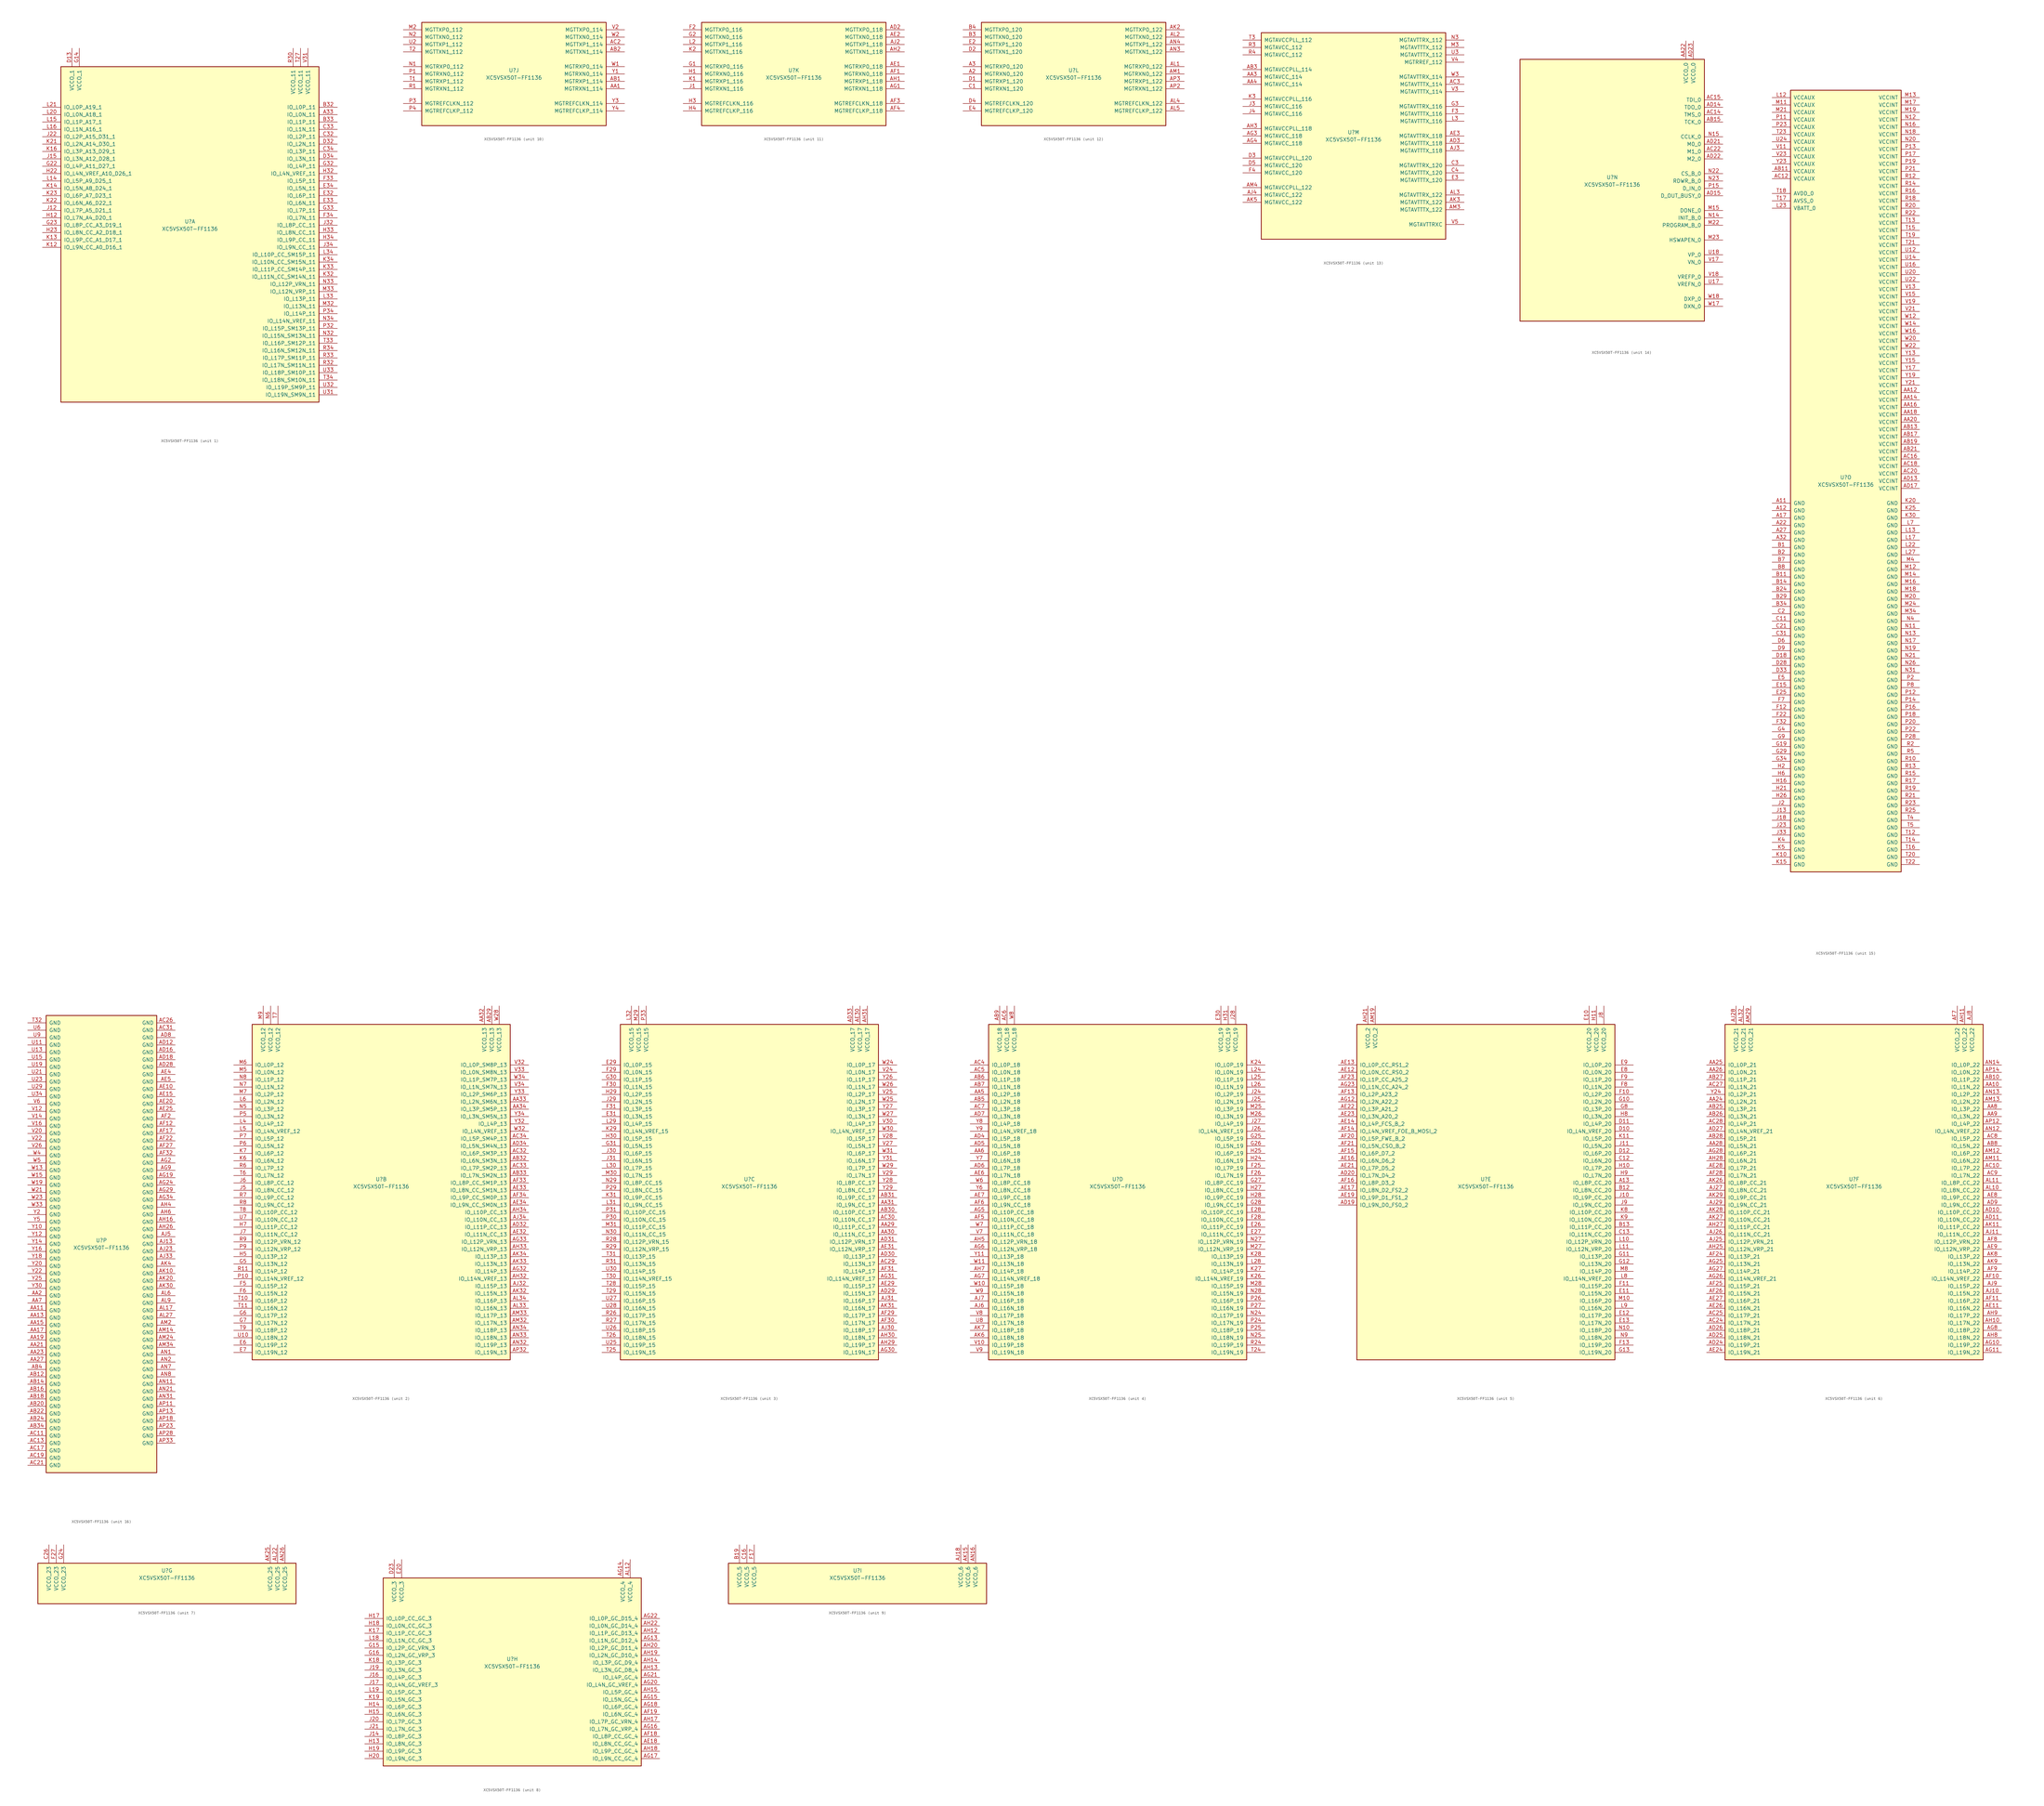
<source format=kicad_sym>
(kicad_symbol_lib
  (version 20211014)
  (generator kicad_symbol_editor)
  (symbol "XC5VSX50T-FF1136"
    (pin_names
      (offset 1.016))
    (property "Reference" "U"
      (at 0 1.27 0)
      (effects (font (size 1.27 1.27))))
    (property "Value" "XC5VSX50T-FF1136"
      (at 0 -1.27 0)
      (effects (font (size 1.27 1.27))))
    (property "Datasheet" ""
      (at 0 0 0)
      (effects (font (size 1.27 1.27))))
    (property "ki_locked" ""
      (at 0 0 0)
      (effects (font (size 1.27 1.27))))
    (symbol "XC5VSX50T-FF1136_1_1"
      (rectangle (start -44.45 54.61) (end 44.45 -60.96) (stroke (width 0.254) (type default) (color 0 0 0 0)) (fill (type background)))
      (pin bidirectional line (at 50.8 38.1 180) (length 6.35) (name "IO_L0N_11" (effects (font (size 1.27 1.27)))) (number "A33" (effects (font (size 1.27 1.27)))))
      (pin bidirectional line (at 50.8 40.64 180) (length 6.35) (name "IO_L0P_11" (effects (font (size 1.27 1.27)))) (number "B32" (effects (font (size 1.27 1.27)))))
      (pin bidirectional line (at 50.8 35.56 180) (length 6.35) (name "IO_L1P_11" (effects (font (size 1.27 1.27)))) (number "B33" (effects (font (size 1.27 1.27)))))
      (pin bidirectional line (at 50.8 30.48 180) (length 6.35) (name "IO_L2P_11" (effects (font (size 1.27 1.27)))) (number "C32" (effects (font (size 1.27 1.27)))))
      (pin bidirectional line (at 50.8 33.02 180) (length 6.35) (name "IO_L1N_11" (effects (font (size 1.27 1.27)))) (number "C33" (effects (font (size 1.27 1.27)))))
      (pin bidirectional line (at 50.8 25.4 180) (length 6.35) (name "IO_L3P_11" (effects (font (size 1.27 1.27)))) (number "C34" (effects (font (size 1.27 1.27)))))
      (pin power_in line (at -40.64 60.96 270) (length 6.35) (name "VCCO_1" (effects (font (size 1.27 1.27)))) (number "D13" (effects (font (size 1.27 1.27)))))
      (pin bidirectional line (at 50.8 27.94 180) (length 6.35) (name "IO_L2N_11" (effects (font (size 1.27 1.27)))) (number "D32" (effects (font (size 1.27 1.27)))))
      (pin bidirectional line (at 50.8 22.86 180) (length 6.35) (name "IO_L3N_11" (effects (font (size 1.27 1.27)))) (number "D34" (effects (font (size 1.27 1.27)))))
      (pin bidirectional line (at 50.8 10.16 180) (length 6.35) (name "IO_L6P_11" (effects (font (size 1.27 1.27)))) (number "E32" (effects (font (size 1.27 1.27)))))
      (pin bidirectional line (at 50.8 7.62 180) (length 6.35) (name "IO_L6N_11" (effects (font (size 1.27 1.27)))) (number "E33" (effects (font (size 1.27 1.27)))))
      (pin bidirectional line (at 50.8 12.7 180) (length 6.35) (name "IO_L5N_11" (effects (font (size 1.27 1.27)))) (number "E34" (effects (font (size 1.27 1.27)))))
      (pin bidirectional line (at 50.8 15.24 180) (length 6.35) (name "IO_L5P_11" (effects (font (size 1.27 1.27)))) (number "F33" (effects (font (size 1.27 1.27)))))
      (pin bidirectional line (at 50.8 2.54 180) (length 6.35) (name "IO_L7N_11" (effects (font (size 1.27 1.27)))) (number "F34" (effects (font (size 1.27 1.27)))))
      (pin power_in line (at -38.1 60.96 270) (length 6.35) (name "VCCO_1" (effects (font (size 1.27 1.27)))) (number "G14" (effects (font (size 1.27 1.27)))))
      (pin bidirectional line (at -50.8 20.32 0) (length 6.35) (name "IO_L4P_A11_D27_1" (effects (font (size 1.27 1.27)))) (number "G22" (effects (font (size 1.27 1.27)))))
      (pin bidirectional line (at -50.8 0 0) (length 6.35) (name "IO_L8P_CC_A3_D19_1" (effects (font (size 1.27 1.27)))) (number "G23" (effects (font (size 1.27 1.27)))))
      (pin bidirectional line (at 50.8 20.32 180) (length 6.35) (name "IO_L4P_11" (effects (font (size 1.27 1.27)))) (number "G32" (effects (font (size 1.27 1.27)))))
      (pin bidirectional line (at 50.8 5.08 180) (length 6.35) (name "IO_L7P_11" (effects (font (size 1.27 1.27)))) (number "G33" (effects (font (size 1.27 1.27)))))
      (pin bidirectional line (at -50.8 2.54 0) (length 6.35) (name "IO_L7N_A4_D20_1" (effects (font (size 1.27 1.27)))) (number "H12" (effects (font (size 1.27 1.27)))))
      (pin bidirectional line (at -50.8 17.78 0) (length 6.35) (name "IO_L4N_VREF_A10_D26_1" (effects (font (size 1.27 1.27)))) (number "H22" (effects (font (size 1.27 1.27)))))
      (pin bidirectional line (at -50.8 -2.54 0) (length 6.35) (name "IO_L8N_CC_A2_D18_1" (effects (font (size 1.27 1.27)))) (number "H23" (effects (font (size 1.27 1.27)))))
      (pin bidirectional line (at 50.8 17.78 180) (length 6.35) (name "IO_L4N_VREF_11" (effects (font (size 1.27 1.27)))) (number "H32" (effects (font (size 1.27 1.27)))))
      (pin bidirectional line (at 50.8 -2.54 180) (length 6.35) (name "IO_L8N_CC_11" (effects (font (size 1.27 1.27)))) (number "H33" (effects (font (size 1.27 1.27)))))
      (pin bidirectional line (at 50.8 -5.08 180) (length 6.35) (name "IO_L9P_CC_11" (effects (font (size 1.27 1.27)))) (number "H34" (effects (font (size 1.27 1.27)))))
      (pin bidirectional line (at -50.8 5.08 0) (length 6.35) (name "IO_L7P_A5_D21_1" (effects (font (size 1.27 1.27)))) (number "J12" (effects (font (size 1.27 1.27)))))
      (pin bidirectional line (at -50.8 22.86 0) (length 6.35) (name "IO_L3N_A12_D28_1" (effects (font (size 1.27 1.27)))) (number "J15" (effects (font (size 1.27 1.27)))))
      (pin bidirectional line (at -50.8 30.48 0) (length 6.35) (name "IO_L2P_A15_D31_1" (effects (font (size 1.27 1.27)))) (number "J22" (effects (font (size 1.27 1.27)))))
      (pin bidirectional line (at 50.8 0 180) (length 6.35) (name "IO_L8P_CC_11" (effects (font (size 1.27 1.27)))) (number "J32" (effects (font (size 1.27 1.27)))))
      (pin bidirectional line (at 50.8 -7.62 180) (length 6.35) (name "IO_L9N_CC_11" (effects (font (size 1.27 1.27)))) (number "J34" (effects (font (size 1.27 1.27)))))
      (pin bidirectional line (at -50.8 -7.62 0) (length 6.35) (name "IO_L9N_CC_A0_D16_1" (effects (font (size 1.27 1.27)))) (number "K12" (effects (font (size 1.27 1.27)))))
      (pin bidirectional line (at -50.8 -5.08 0) (length 6.35) (name "IO_L9P_CC_A1_D17_1" (effects (font (size 1.27 1.27)))) (number "K13" (effects (font (size 1.27 1.27)))))
      (pin bidirectional line (at -50.8 12.7 0) (length 6.35) (name "IO_L5N_A8_D24_1" (effects (font (size 1.27 1.27)))) (number "K14" (effects (font (size 1.27 1.27)))))
      (pin bidirectional line (at -50.8 25.4 0) (length 6.35) (name "IO_L3P_A13_D29_1" (effects (font (size 1.27 1.27)))) (number "K16" (effects (font (size 1.27 1.27)))))
      (pin bidirectional line (at -50.8 27.94 0) (length 6.35) (name "IO_L2N_A14_D30_1" (effects (font (size 1.27 1.27)))) (number "K21" (effects (font (size 1.27 1.27)))))
      (pin bidirectional line (at -50.8 7.62 0) (length 6.35) (name "IO_L6N_A6_D22_1" (effects (font (size 1.27 1.27)))) (number "K22" (effects (font (size 1.27 1.27)))))
      (pin bidirectional line (at -50.8 10.16 0) (length 6.35) (name "IO_L6P_A7_D23_1" (effects (font (size 1.27 1.27)))) (number "K23" (effects (font (size 1.27 1.27)))))
      (pin bidirectional line (at 50.8 -17.78 180) (length 6.35) (name "IO_L11N_CC_SM14N_11" (effects (font (size 1.27 1.27)))) (number "K32" (effects (font (size 1.27 1.27)))))
      (pin bidirectional line (at 50.8 -15.24 180) (length 6.35) (name "IO_L11P_CC_SM14P_11" (effects (font (size 1.27 1.27)))) (number "K33" (effects (font (size 1.27 1.27)))))
      (pin bidirectional line (at 50.8 -12.7 180) (length 6.35) (name "IO_L10N_CC_SM15N_11" (effects (font (size 1.27 1.27)))) (number "K34" (effects (font (size 1.27 1.27)))))
      (pin bidirectional line (at -50.8 15.24 0) (length 6.35) (name "IO_L5P_A9_D25_1" (effects (font (size 1.27 1.27)))) (number "L14" (effects (font (size 1.27 1.27)))))
      (pin bidirectional line (at -50.8 35.56 0) (length 6.35) (name "IO_L1P_A17_1" (effects (font (size 1.27 1.27)))) (number "L15" (effects (font (size 1.27 1.27)))))
      (pin bidirectional line (at -50.8 33.02 0) (length 6.35) (name "IO_L1N_A16_1" (effects (font (size 1.27 1.27)))) (number "L16" (effects (font (size 1.27 1.27)))))
      (pin bidirectional line (at -50.8 38.1 0) (length 6.35) (name "IO_L0N_A18_1" (effects (font (size 1.27 1.27)))) (number "L20" (effects (font (size 1.27 1.27)))))
      (pin bidirectional line (at -50.8 40.64 0) (length 6.35) (name "IO_L0P_A19_1" (effects (font (size 1.27 1.27)))) (number "L21" (effects (font (size 1.27 1.27)))))
      (pin bidirectional line (at 50.8 -25.4 180) (length 6.35) (name "IO_L13P_11" (effects (font (size 1.27 1.27)))) (number "L33" (effects (font (size 1.27 1.27)))))
      (pin bidirectional line (at 50.8 -10.16 180) (length 6.35) (name "IO_L10P_CC_SM15P_11" (effects (font (size 1.27 1.27)))) (number "L34" (effects (font (size 1.27 1.27)))))
      (pin bidirectional line (at 50.8 -27.94 180) (length 6.35) (name "IO_L13N_11" (effects (font (size 1.27 1.27)))) (number "M32" (effects (font (size 1.27 1.27)))))
      (pin bidirectional line (at 50.8 -22.86 180) (length 6.35) (name "IO_L12N_VRP_11" (effects (font (size 1.27 1.27)))) (number "M33" (effects (font (size 1.27 1.27)))))
      (pin bidirectional line (at 50.8 -38.1 180) (length 6.35) (name "IO_L15N_SM13N_11" (effects (font (size 1.27 1.27)))) (number "N32" (effects (font (size 1.27 1.27)))))
      (pin bidirectional line (at 50.8 -20.32 180) (length 6.35) (name "IO_L12P_VRN_11" (effects (font (size 1.27 1.27)))) (number "N33" (effects (font (size 1.27 1.27)))))
      (pin bidirectional line (at 50.8 -33.02 180) (length 6.35) (name "IO_L14N_VREF_11" (effects (font (size 1.27 1.27)))) (number "N34" (effects (font (size 1.27 1.27)))))
      (pin bidirectional line (at 50.8 -35.56 180) (length 6.35) (name "IO_L15P_SM13P_11" (effects (font (size 1.27 1.27)))) (number "P32" (effects (font (size 1.27 1.27)))))
      (pin bidirectional line (at 50.8 -30.48 180) (length 6.35) (name "IO_L14P_11" (effects (font (size 1.27 1.27)))) (number "P34" (effects (font (size 1.27 1.27)))))
      (pin power_in line (at 35.56 60.96 270) (length 6.35) (name "VCCO_11" (effects (font (size 1.27 1.27)))) (number "R30" (effects (font (size 1.27 1.27)))))
      (pin bidirectional line (at 50.8 -48.26 180) (length 6.35) (name "IO_L17N_SM11N_11" (effects (font (size 1.27 1.27)))) (number "R32" (effects (font (size 1.27 1.27)))))
      (pin bidirectional line (at 50.8 -45.72 180) (length 6.35) (name "IO_L17P_SM11P_11" (effects (font (size 1.27 1.27)))) (number "R33" (effects (font (size 1.27 1.27)))))
      (pin bidirectional line (at 50.8 -43.18 180) (length 6.35) (name "IO_L16N_SM12N_11" (effects (font (size 1.27 1.27)))) (number "R34" (effects (font (size 1.27 1.27)))))
      (pin power_in line (at 38.1 60.96 270) (length 6.35) (name "VCCO_11" (effects (font (size 1.27 1.27)))) (number "T27" (effects (font (size 1.27 1.27)))))
      (pin bidirectional line (at 50.8 -40.64 180) (length 6.35) (name "IO_L16P_SM12P_11" (effects (font (size 1.27 1.27)))) (number "T33" (effects (font (size 1.27 1.27)))))
      (pin bidirectional line (at 50.8 -53.34 180) (length 6.35) (name "IO_L18N_SM10N_11" (effects (font (size 1.27 1.27)))) (number "T34" (effects (font (size 1.27 1.27)))))
      (pin bidirectional line (at 50.8 -58.42 180) (length 6.35) (name "IO_L19N_SM9N_11" (effects (font (size 1.27 1.27)))) (number "U31" (effects (font (size 1.27 1.27)))))
      (pin bidirectional line (at 50.8 -55.88 180) (length 6.35) (name "IO_L19P_SM9P_11" (effects (font (size 1.27 1.27)))) (number "U32" (effects (font (size 1.27 1.27)))))
      (pin bidirectional line (at 50.8 -50.8 180) (length 6.35) (name "IO_L18P_SM10P_11" (effects (font (size 1.27 1.27)))) (number "U33" (effects (font (size 1.27 1.27)))))
      (pin power_in line (at 40.64 60.96 270) (length 6.35) (name "VCCO_11" (effects (font (size 1.27 1.27)))) (number "V31" (effects (font (size 1.27 1.27))))))
    (symbol "XC5VSX50T-FF1136_2_1"
      (rectangle (start -44.45 54.61) (end 44.45 -60.96) (stroke (width 0.254) (type default) (color 0 0 0 0)) (fill (type background)))
      (pin power_in line (at 35.56 60.96 270) (length 6.35) (name "VCCO_13" (effects (font (size 1.27 1.27)))) (number "AA32" (effects (font (size 1.27 1.27)))))
      (pin bidirectional line (at 50.8 27.94 180) (length 6.35) (name "IO_L2N_SM6N_13" (effects (font (size 1.27 1.27)))) (number "AA33" (effects (font (size 1.27 1.27)))))
      (pin bidirectional line (at 50.8 25.4 180) (length 6.35) (name "IO_L3P_SM5P_13" (effects (font (size 1.27 1.27)))) (number "AA34" (effects (font (size 1.27 1.27)))))
      (pin power_in line (at 38.1 60.96 270) (length 6.35) (name "VCCO_13" (effects (font (size 1.27 1.27)))) (number "AB29" (effects (font (size 1.27 1.27)))))
      (pin bidirectional line (at 50.8 7.62 180) (length 6.35) (name "IO_L6N_SM3N_13" (effects (font (size 1.27 1.27)))) (number "AB32" (effects (font (size 1.27 1.27)))))
      (pin bidirectional line (at 50.8 2.54 180) (length 6.35) (name "IO_L7N_SM2N_13" (effects (font (size 1.27 1.27)))) (number "AB33" (effects (font (size 1.27 1.27)))))
      (pin bidirectional line (at 50.8 10.16 180) (length 6.35) (name "IO_L6P_SM3P_13" (effects (font (size 1.27 1.27)))) (number "AC32" (effects (font (size 1.27 1.27)))))
      (pin bidirectional line (at 50.8 5.08 180) (length 6.35) (name "IO_L7P_SM2P_13" (effects (font (size 1.27 1.27)))) (number "AC33" (effects (font (size 1.27 1.27)))))
      (pin bidirectional line (at 50.8 15.24 180) (length 6.35) (name "IO_L5P_SM4P_13" (effects (font (size 1.27 1.27)))) (number "AC34" (effects (font (size 1.27 1.27)))))
      (pin bidirectional line (at 50.8 -15.24 180) (length 6.35) (name "IO_L11P_CC_13" (effects (font (size 1.27 1.27)))) (number "AD32" (effects (font (size 1.27 1.27)))))
      (pin bidirectional line (at 50.8 12.7 180) (length 6.35) (name "IO_L5N_SM4N_13" (effects (font (size 1.27 1.27)))) (number "AD34" (effects (font (size 1.27 1.27)))))
      (pin bidirectional line (at 50.8 -17.78 180) (length 6.35) (name "IO_L11N_CC_13" (effects (font (size 1.27 1.27)))) (number "AE32" (effects (font (size 1.27 1.27)))))
      (pin bidirectional line (at 50.8 -2.54 180) (length 6.35) (name "IO_L8N_CC_SM1N_13" (effects (font (size 1.27 1.27)))) (number "AE33" (effects (font (size 1.27 1.27)))))
      (pin bidirectional line (at 50.8 -7.62 180) (length 6.35) (name "IO_L9N_CC_SM0N_13" (effects (font (size 1.27 1.27)))) (number "AE34" (effects (font (size 1.27 1.27)))))
      (pin bidirectional line (at 50.8 0 180) (length 6.35) (name "IO_L8P_CC_SM1P_13" (effects (font (size 1.27 1.27)))) (number "AF33" (effects (font (size 1.27 1.27)))))
      (pin bidirectional line (at 50.8 -5.08 180) (length 6.35) (name "IO_L9P_CC_SM0P_13" (effects (font (size 1.27 1.27)))) (number "AF34" (effects (font (size 1.27 1.27)))))
      (pin bidirectional line (at 50.8 -30.48 180) (length 6.35) (name "IO_L14P_13" (effects (font (size 1.27 1.27)))) (number "AG32" (effects (font (size 1.27 1.27)))))
      (pin bidirectional line (at 50.8 -20.32 180) (length 6.35) (name "IO_L12P_VRN_13" (effects (font (size 1.27 1.27)))) (number "AG33" (effects (font (size 1.27 1.27)))))
      (pin bidirectional line (at 50.8 -33.02 180) (length 6.35) (name "IO_L14N_VREF_13" (effects (font (size 1.27 1.27)))) (number "AH32" (effects (font (size 1.27 1.27)))))
      (pin bidirectional line (at 50.8 -22.86 180) (length 6.35) (name "IO_L12N_VRP_13" (effects (font (size 1.27 1.27)))) (number "AH33" (effects (font (size 1.27 1.27)))))
      (pin bidirectional line (at 50.8 -10.16 180) (length 6.35) (name "IO_L10P_CC_13" (effects (font (size 1.27 1.27)))) (number "AH34" (effects (font (size 1.27 1.27)))))
      (pin bidirectional line (at 50.8 -35.56 180) (length 6.35) (name "IO_L15P_13" (effects (font (size 1.27 1.27)))) (number "AJ32" (effects (font (size 1.27 1.27)))))
      (pin bidirectional line (at 50.8 -12.7 180) (length 6.35) (name "IO_L10N_CC_13" (effects (font (size 1.27 1.27)))) (number "AJ34" (effects (font (size 1.27 1.27)))))
      (pin bidirectional line (at 50.8 -38.1 180) (length 6.35) (name "IO_L15N_13" (effects (font (size 1.27 1.27)))) (number "AK32" (effects (font (size 1.27 1.27)))))
      (pin bidirectional line (at 50.8 -27.94 180) (length 6.35) (name "IO_L13N_13" (effects (font (size 1.27 1.27)))) (number "AK33" (effects (font (size 1.27 1.27)))))
      (pin bidirectional line (at 50.8 -25.4 180) (length 6.35) (name "IO_L13P_13" (effects (font (size 1.27 1.27)))) (number "AK34" (effects (font (size 1.27 1.27)))))
      (pin bidirectional line (at 50.8 -43.18 180) (length 6.35) (name "IO_L16N_13" (effects (font (size 1.27 1.27)))) (number "AL33" (effects (font (size 1.27 1.27)))))
      (pin bidirectional line (at 50.8 -40.64 180) (length 6.35) (name "IO_L16P_13" (effects (font (size 1.27 1.27)))) (number "AL34" (effects (font (size 1.27 1.27)))))
      (pin bidirectional line (at 50.8 -48.26 180) (length 6.35) (name "IO_L17N_13" (effects (font (size 1.27 1.27)))) (number "AM32" (effects (font (size 1.27 1.27)))))
      (pin bidirectional line (at 50.8 -45.72 180) (length 6.35) (name "IO_L17P_13" (effects (font (size 1.27 1.27)))) (number "AM33" (effects (font (size 1.27 1.27)))))
      (pin bidirectional line (at 50.8 -55.88 180) (length 6.35) (name "IO_L19P_13" (effects (font (size 1.27 1.27)))) (number "AN32" (effects (font (size 1.27 1.27)))))
      (pin bidirectional line (at 50.8 -53.34 180) (length 6.35) (name "IO_L18N_13" (effects (font (size 1.27 1.27)))) (number "AN33" (effects (font (size 1.27 1.27)))))
      (pin bidirectional line (at 50.8 -50.8 180) (length 6.35) (name "IO_L18P_13" (effects (font (size 1.27 1.27)))) (number "AN34" (effects (font (size 1.27 1.27)))))
      (pin bidirectional line (at 50.8 -58.42 180) (length 6.35) (name "IO_L19N_13" (effects (font (size 1.27 1.27)))) (number "AP32" (effects (font (size 1.27 1.27)))))
      (pin bidirectional line (at -50.8 -55.88 0) (length 6.35) (name "IO_L19P_12" (effects (font (size 1.27 1.27)))) (number "E6" (effects (font (size 1.27 1.27)))))
      (pin bidirectional line (at -50.8 -58.42 0) (length 6.35) (name "IO_L19N_12" (effects (font (size 1.27 1.27)))) (number "E7" (effects (font (size 1.27 1.27)))))
      (pin bidirectional line (at -50.8 -35.56 0) (length 6.35) (name "IO_L15P_12" (effects (font (size 1.27 1.27)))) (number "F5" (effects (font (size 1.27 1.27)))))
      (pin bidirectional line (at -50.8 -38.1 0) (length 6.35) (name "IO_L15N_12" (effects (font (size 1.27 1.27)))) (number "F6" (effects (font (size 1.27 1.27)))))
      (pin bidirectional line (at -50.8 -27.94 0) (length 6.35) (name "IO_L13N_12" (effects (font (size 1.27 1.27)))) (number "G5" (effects (font (size 1.27 1.27)))))
      (pin bidirectional line (at -50.8 -45.72 0) (length 6.35) (name "IO_L17P_12" (effects (font (size 1.27 1.27)))) (number "G6" (effects (font (size 1.27 1.27)))))
      (pin bidirectional line (at -50.8 -48.26 0) (length 6.35) (name "IO_L17N_12" (effects (font (size 1.27 1.27)))) (number "G7" (effects (font (size 1.27 1.27)))))
      (pin bidirectional line (at -50.8 -25.4 0) (length 6.35) (name "IO_L13P_12" (effects (font (size 1.27 1.27)))) (number "H5" (effects (font (size 1.27 1.27)))))
      (pin bidirectional line (at -50.8 -15.24 0) (length 6.35) (name "IO_L11P_CC_12" (effects (font (size 1.27 1.27)))) (number "H7" (effects (font (size 1.27 1.27)))))
      (pin bidirectional line (at -50.8 -2.54 0) (length 6.35) (name "IO_L8N_CC_12" (effects (font (size 1.27 1.27)))) (number "J5" (effects (font (size 1.27 1.27)))))
      (pin bidirectional line (at -50.8 0 0) (length 6.35) (name "IO_L8P_CC_12" (effects (font (size 1.27 1.27)))) (number "J6" (effects (font (size 1.27 1.27)))))
      (pin bidirectional line (at -50.8 -17.78 0) (length 6.35) (name "IO_L11N_CC_12" (effects (font (size 1.27 1.27)))) (number "J7" (effects (font (size 1.27 1.27)))))
      (pin bidirectional line (at -50.8 7.62 0) (length 6.35) (name "IO_L6N_12" (effects (font (size 1.27 1.27)))) (number "K6" (effects (font (size 1.27 1.27)))))
      (pin bidirectional line (at -50.8 10.16 0) (length 6.35) (name "IO_L6P_12" (effects (font (size 1.27 1.27)))) (number "K7" (effects (font (size 1.27 1.27)))))
      (pin bidirectional line (at -50.8 20.32 0) (length 6.35) (name "IO_L4P_12" (effects (font (size 1.27 1.27)))) (number "L4" (effects (font (size 1.27 1.27)))))
      (pin bidirectional line (at -50.8 17.78 0) (length 6.35) (name "IO_L4N_VREF_12" (effects (font (size 1.27 1.27)))) (number "L5" (effects (font (size 1.27 1.27)))))
      (pin bidirectional line (at -50.8 27.94 0) (length 6.35) (name "IO_L2N_12" (effects (font (size 1.27 1.27)))) (number "L6" (effects (font (size 1.27 1.27)))))
      (pin bidirectional line (at -50.8 38.1 0) (length 6.35) (name "IO_L0N_12" (effects (font (size 1.27 1.27)))) (number "M5" (effects (font (size 1.27 1.27)))))
      (pin bidirectional line (at -50.8 40.64 0) (length 6.35) (name "IO_L0P_12" (effects (font (size 1.27 1.27)))) (number "M6" (effects (font (size 1.27 1.27)))))
      (pin bidirectional line (at -50.8 30.48 0) (length 6.35) (name "IO_L2P_12" (effects (font (size 1.27 1.27)))) (number "M7" (effects (font (size 1.27 1.27)))))
      (pin power_in line (at -40.64 60.96 270) (length 6.35) (name "VCCO_12" (effects (font (size 1.27 1.27)))) (number "M9" (effects (font (size 1.27 1.27)))))
      (pin bidirectional line (at -50.8 25.4 0) (length 6.35) (name "IO_L3P_12" (effects (font (size 1.27 1.27)))) (number "N5" (effects (font (size 1.27 1.27)))))
      (pin power_in line (at -38.1 60.96 270) (length 6.35) (name "VCCO_12" (effects (font (size 1.27 1.27)))) (number "N6" (effects (font (size 1.27 1.27)))))
      (pin bidirectional line (at -50.8 33.02 0) (length 6.35) (name "IO_L1N_12" (effects (font (size 1.27 1.27)))) (number "N7" (effects (font (size 1.27 1.27)))))
      (pin bidirectional line (at -50.8 35.56 0) (length 6.35) (name "IO_L1P_12" (effects (font (size 1.27 1.27)))) (number "N8" (effects (font (size 1.27 1.27)))))
      (pin bidirectional line (at -50.8 -33.02 0) (length 6.35) (name "IO_L14N_VREF_12" (effects (font (size 1.27 1.27)))) (number "P10" (effects (font (size 1.27 1.27)))))
      (pin bidirectional line (at -50.8 22.86 0) (length 6.35) (name "IO_L3N_12" (effects (font (size 1.27 1.27)))) (number "P5" (effects (font (size 1.27 1.27)))))
      (pin bidirectional line (at -50.8 12.7 0) (length 6.35) (name "IO_L5N_12" (effects (font (size 1.27 1.27)))) (number "P6" (effects (font (size 1.27 1.27)))))
      (pin bidirectional line (at -50.8 15.24 0) (length 6.35) (name "IO_L5P_12" (effects (font (size 1.27 1.27)))) (number "P7" (effects (font (size 1.27 1.27)))))
      (pin bidirectional line (at -50.8 -22.86 0) (length 6.35) (name "IO_L12N_VRP_12" (effects (font (size 1.27 1.27)))) (number "P9" (effects (font (size 1.27 1.27)))))
      (pin bidirectional line (at -50.8 -30.48 0) (length 6.35) (name "IO_L14P_12" (effects (font (size 1.27 1.27)))) (number "R11" (effects (font (size 1.27 1.27)))))
      (pin bidirectional line (at -50.8 5.08 0) (length 6.35) (name "IO_L7P_12" (effects (font (size 1.27 1.27)))) (number "R6" (effects (font (size 1.27 1.27)))))
      (pin bidirectional line (at -50.8 -5.08 0) (length 6.35) (name "IO_L9P_CC_12" (effects (font (size 1.27 1.27)))) (number "R7" (effects (font (size 1.27 1.27)))))
      (pin bidirectional line (at -50.8 -7.62 0) (length 6.35) (name "IO_L9N_CC_12" (effects (font (size 1.27 1.27)))) (number "R8" (effects (font (size 1.27 1.27)))))
      (pin bidirectional line (at -50.8 -20.32 0) (length 6.35) (name "IO_L12P_VRN_12" (effects (font (size 1.27 1.27)))) (number "R9" (effects (font (size 1.27 1.27)))))
      (pin bidirectional line (at -50.8 -40.64 0) (length 6.35) (name "IO_L16P_12" (effects (font (size 1.27 1.27)))) (number "T10" (effects (font (size 1.27 1.27)))))
      (pin bidirectional line (at -50.8 -43.18 0) (length 6.35) (name "IO_L16N_12" (effects (font (size 1.27 1.27)))) (number "T11" (effects (font (size 1.27 1.27)))))
      (pin bidirectional line (at -50.8 2.54 0) (length 6.35) (name "IO_L7N_12" (effects (font (size 1.27 1.27)))) (number "T6" (effects (font (size 1.27 1.27)))))
      (pin power_in line (at -35.56 60.96 270) (length 6.35) (name "VCCO_12" (effects (font (size 1.27 1.27)))) (number "T7" (effects (font (size 1.27 1.27)))))
      (pin bidirectional line (at -50.8 -10.16 0) (length 6.35) (name "IO_L10P_CC_12" (effects (font (size 1.27 1.27)))) (number "T8" (effects (font (size 1.27 1.27)))))
      (pin bidirectional line (at -50.8 -50.8 0) (length 6.35) (name "IO_L18P_12" (effects (font (size 1.27 1.27)))) (number "T9" (effects (font (size 1.27 1.27)))))
      (pin bidirectional line (at -50.8 -53.34 0) (length 6.35) (name "IO_L18N_12" (effects (font (size 1.27 1.27)))) (number "U10" (effects (font (size 1.27 1.27)))))
      (pin bidirectional line (at -50.8 -12.7 0) (length 6.35) (name "IO_L10N_CC_12" (effects (font (size 1.27 1.27)))) (number "U7" (effects (font (size 1.27 1.27)))))
      (pin bidirectional line (at 50.8 40.64 180) (length 6.35) (name "IO_L0P_SM8P_13" (effects (font (size 1.27 1.27)))) (number "V32" (effects (font (size 1.27 1.27)))))
      (pin bidirectional line (at 50.8 38.1 180) (length 6.35) (name "IO_L0N_SM8N_13" (effects (font (size 1.27 1.27)))) (number "V33" (effects (font (size 1.27 1.27)))))
      (pin bidirectional line (at 50.8 33.02 180) (length 6.35) (name "IO_L1N_SM7N_13" (effects (font (size 1.27 1.27)))) (number "V34" (effects (font (size 1.27 1.27)))))
      (pin power_in line (at 40.64 60.96 270) (length 6.35) (name "VCCO_13" (effects (font (size 1.27 1.27)))) (number "W28" (effects (font (size 1.27 1.27)))))
      (pin bidirectional line (at 50.8 17.78 180) (length 6.35) (name "IO_L4N_VREF_13" (effects (font (size 1.27 1.27)))) (number "W32" (effects (font (size 1.27 1.27)))))
      (pin bidirectional line (at 50.8 35.56 180) (length 6.35) (name "IO_L1P_SM7P_13" (effects (font (size 1.27 1.27)))) (number "W34" (effects (font (size 1.27 1.27)))))
      (pin bidirectional line (at 50.8 20.32 180) (length 6.35) (name "IO_L4P_13" (effects (font (size 1.27 1.27)))) (number "Y32" (effects (font (size 1.27 1.27)))))
      (pin bidirectional line (at 50.8 30.48 180) (length 6.35) (name "IO_L2P_SM6P_13" (effects (font (size 1.27 1.27)))) (number "Y33" (effects (font (size 1.27 1.27)))))
      (pin bidirectional line (at 50.8 22.86 180) (length 6.35) (name "IO_L3N_SM5N_13" (effects (font (size 1.27 1.27)))) (number "Y34" (effects (font (size 1.27 1.27))))))
    (symbol "XC5VSX50T-FF1136_3_1"
      (rectangle (start -44.45 54.61) (end 44.45 -60.96) (stroke (width 0.254) (type default) (color 0 0 0 0)) (fill (type background)))
      (pin bidirectional line (at 50.8 -15.24 180) (length 6.35) (name "IO_L11P_CC_17" (effects (font (size 1.27 1.27)))) (number "AA29" (effects (font (size 1.27 1.27)))))
      (pin bidirectional line (at 50.8 -17.78 180) (length 6.35) (name "IO_L11N_CC_17" (effects (font (size 1.27 1.27)))) (number "AA30" (effects (font (size 1.27 1.27)))))
      (pin bidirectional line (at 50.8 -7.62 180) (length 6.35) (name "IO_L9N_CC_17" (effects (font (size 1.27 1.27)))) (number "AA31" (effects (font (size 1.27 1.27)))))
      (pin bidirectional line (at 50.8 -10.16 180) (length 6.35) (name "IO_L10P_CC_17" (effects (font (size 1.27 1.27)))) (number "AB30" (effects (font (size 1.27 1.27)))))
      (pin bidirectional line (at 50.8 -5.08 180) (length 6.35) (name "IO_L9P_CC_17" (effects (font (size 1.27 1.27)))) (number "AB31" (effects (font (size 1.27 1.27)))))
      (pin bidirectional line (at 50.8 -27.94 180) (length 6.35) (name "IO_L13N_17" (effects (font (size 1.27 1.27)))) (number "AC29" (effects (font (size 1.27 1.27)))))
      (pin bidirectional line (at 50.8 -12.7 180) (length 6.35) (name "IO_L10N_CC_17" (effects (font (size 1.27 1.27)))) (number "AC30" (effects (font (size 1.27 1.27)))))
      (pin bidirectional line (at 50.8 -38.1 180) (length 6.35) (name "IO_L15N_17" (effects (font (size 1.27 1.27)))) (number "AD29" (effects (font (size 1.27 1.27)))))
      (pin bidirectional line (at 50.8 -25.4 180) (length 6.35) (name "IO_L13P_17" (effects (font (size 1.27 1.27)))) (number "AD30" (effects (font (size 1.27 1.27)))))
      (pin bidirectional line (at 50.8 -20.32 180) (length 6.35) (name "IO_L12P_VRN_17" (effects (font (size 1.27 1.27)))) (number "AD31" (effects (font (size 1.27 1.27)))))
      (pin power_in line (at 35.56 60.96 270) (length 6.35) (name "VCCO_17" (effects (font (size 1.27 1.27)))) (number "AD33" (effects (font (size 1.27 1.27)))))
      (pin bidirectional line (at 50.8 -35.56 180) (length 6.35) (name "IO_L15P_17" (effects (font (size 1.27 1.27)))) (number "AE29" (effects (font (size 1.27 1.27)))))
      (pin power_in line (at 38.1 60.96 270) (length 6.35) (name "VCCO_17" (effects (font (size 1.27 1.27)))) (number "AE30" (effects (font (size 1.27 1.27)))))
      (pin bidirectional line (at 50.8 -22.86 180) (length 6.35) (name "IO_L12N_VRP_17" (effects (font (size 1.27 1.27)))) (number "AE31" (effects (font (size 1.27 1.27)))))
      (pin bidirectional line (at 50.8 -45.72 180) (length 6.35) (name "IO_L17P_17" (effects (font (size 1.27 1.27)))) (number "AF29" (effects (font (size 1.27 1.27)))))
      (pin bidirectional line (at 50.8 -48.26 180) (length 6.35) (name "IO_L17N_17" (effects (font (size 1.27 1.27)))) (number "AF30" (effects (font (size 1.27 1.27)))))
      (pin bidirectional line (at 50.8 -30.48 180) (length 6.35) (name "IO_L14P_17" (effects (font (size 1.27 1.27)))) (number "AF31" (effects (font (size 1.27 1.27)))))
      (pin bidirectional line (at 50.8 -58.42 180) (length 6.35) (name "IO_L19N_17" (effects (font (size 1.27 1.27)))) (number "AG30" (effects (font (size 1.27 1.27)))))
      (pin bidirectional line (at 50.8 -33.02 180) (length 6.35) (name "IO_L14N_VREF_17" (effects (font (size 1.27 1.27)))) (number "AG31" (effects (font (size 1.27 1.27)))))
      (pin bidirectional line (at 50.8 -55.88 180) (length 6.35) (name "IO_L19P_17" (effects (font (size 1.27 1.27)))) (number "AH29" (effects (font (size 1.27 1.27)))))
      (pin bidirectional line (at 50.8 -53.34 180) (length 6.35) (name "IO_L18N_17" (effects (font (size 1.27 1.27)))) (number "AH30" (effects (font (size 1.27 1.27)))))
      (pin power_in line (at 40.64 60.96 270) (length 6.35) (name "VCCO_17" (effects (font (size 1.27 1.27)))) (number "AH31" (effects (font (size 1.27 1.27)))))
      (pin bidirectional line (at 50.8 -50.8 180) (length 6.35) (name "IO_L18P_17" (effects (font (size 1.27 1.27)))) (number "AJ30" (effects (font (size 1.27 1.27)))))
      (pin bidirectional line (at 50.8 -40.64 180) (length 6.35) (name "IO_L16P_17" (effects (font (size 1.27 1.27)))) (number "AJ31" (effects (font (size 1.27 1.27)))))
      (pin bidirectional line (at 50.8 -43.18 180) (length 6.35) (name "IO_L16N_17" (effects (font (size 1.27 1.27)))) (number "AK31" (effects (font (size 1.27 1.27)))))
      (pin bidirectional line (at -50.8 40.64 0) (length 6.35) (name "IO_L0P_15" (effects (font (size 1.27 1.27)))) (number "E29" (effects (font (size 1.27 1.27)))))
      (pin bidirectional line (at -50.8 22.86 0) (length 6.35) (name "IO_L3N_15" (effects (font (size 1.27 1.27)))) (number "E31" (effects (font (size 1.27 1.27)))))
      (pin bidirectional line (at -50.8 38.1 0) (length 6.35) (name "IO_L0N_15" (effects (font (size 1.27 1.27)))) (number "F29" (effects (font (size 1.27 1.27)))))
      (pin bidirectional line (at -50.8 33.02 0) (length 6.35) (name "IO_L1N_15" (effects (font (size 1.27 1.27)))) (number "F30" (effects (font (size 1.27 1.27)))))
      (pin bidirectional line (at -50.8 25.4 0) (length 6.35) (name "IO_L3P_15" (effects (font (size 1.27 1.27)))) (number "F31" (effects (font (size 1.27 1.27)))))
      (pin bidirectional line (at -50.8 35.56 0) (length 6.35) (name "IO_L1P_15" (effects (font (size 1.27 1.27)))) (number "G30" (effects (font (size 1.27 1.27)))))
      (pin bidirectional line (at -50.8 12.7 0) (length 6.35) (name "IO_L5N_15" (effects (font (size 1.27 1.27)))) (number "G31" (effects (font (size 1.27 1.27)))))
      (pin bidirectional line (at -50.8 30.48 0) (length 6.35) (name "IO_L2P_15" (effects (font (size 1.27 1.27)))) (number "H29" (effects (font (size 1.27 1.27)))))
      (pin bidirectional line (at -50.8 15.24 0) (length 6.35) (name "IO_L5P_15" (effects (font (size 1.27 1.27)))) (number "H30" (effects (font (size 1.27 1.27)))))
      (pin bidirectional line (at -50.8 27.94 0) (length 6.35) (name "IO_L2N_15" (effects (font (size 1.27 1.27)))) (number "J29" (effects (font (size 1.27 1.27)))))
      (pin bidirectional line (at -50.8 10.16 0) (length 6.35) (name "IO_L6P_15" (effects (font (size 1.27 1.27)))) (number "J30" (effects (font (size 1.27 1.27)))))
      (pin bidirectional line (at -50.8 7.62 0) (length 6.35) (name "IO_L6N_15" (effects (font (size 1.27 1.27)))) (number "J31" (effects (font (size 1.27 1.27)))))
      (pin bidirectional line (at -50.8 17.78 0) (length 6.35) (name "IO_L4N_VREF_15" (effects (font (size 1.27 1.27)))) (number "K29" (effects (font (size 1.27 1.27)))))
      (pin bidirectional line (at -50.8 -5.08 0) (length 6.35) (name "IO_L9P_CC_15" (effects (font (size 1.27 1.27)))) (number "K31" (effects (font (size 1.27 1.27)))))
      (pin bidirectional line (at -50.8 20.32 0) (length 6.35) (name "IO_L4P_15" (effects (font (size 1.27 1.27)))) (number "L29" (effects (font (size 1.27 1.27)))))
      (pin bidirectional line (at -50.8 5.08 0) (length 6.35) (name "IO_L7P_15" (effects (font (size 1.27 1.27)))) (number "L30" (effects (font (size 1.27 1.27)))))
      (pin bidirectional line (at -50.8 -7.62 0) (length 6.35) (name "IO_L9N_CC_15" (effects (font (size 1.27 1.27)))) (number "L31" (effects (font (size 1.27 1.27)))))
      (pin power_in line (at -40.64 60.96 270) (length 6.35) (name "VCCO_15" (effects (font (size 1.27 1.27)))) (number "L32" (effects (font (size 1.27 1.27)))))
      (pin power_in line (at -38.1 60.96 270) (length 6.35) (name "VCCO_15" (effects (font (size 1.27 1.27)))) (number "M29" (effects (font (size 1.27 1.27)))))
      (pin bidirectional line (at -50.8 2.54 0) (length 6.35) (name "IO_L7N_15" (effects (font (size 1.27 1.27)))) (number "M30" (effects (font (size 1.27 1.27)))))
      (pin bidirectional line (at -50.8 -15.24 0) (length 6.35) (name "IO_L11P_CC_15" (effects (font (size 1.27 1.27)))) (number "M31" (effects (font (size 1.27 1.27)))))
      (pin bidirectional line (at -50.8 0 0) (length 6.35) (name "IO_L8P_CC_15" (effects (font (size 1.27 1.27)))) (number "N29" (effects (font (size 1.27 1.27)))))
      (pin bidirectional line (at -50.8 -17.78 0) (length 6.35) (name "IO_L11N_CC_15" (effects (font (size 1.27 1.27)))) (number "N30" (effects (font (size 1.27 1.27)))))
      (pin bidirectional line (at -50.8 -2.54 0) (length 6.35) (name "IO_L8N_CC_15" (effects (font (size 1.27 1.27)))) (number "P29" (effects (font (size 1.27 1.27)))))
      (pin bidirectional line (at -50.8 -12.7 0) (length 6.35) (name "IO_L10N_CC_15" (effects (font (size 1.27 1.27)))) (number "P30" (effects (font (size 1.27 1.27)))))
      (pin bidirectional line (at -50.8 -10.16 0) (length 6.35) (name "IO_L10P_CC_15" (effects (font (size 1.27 1.27)))) (number "P31" (effects (font (size 1.27 1.27)))))
      (pin power_in line (at -35.56 60.96 270) (length 6.35) (name "VCCO_15" (effects (font (size 1.27 1.27)))) (number "P33" (effects (font (size 1.27 1.27)))))
      (pin bidirectional line (at -50.8 -45.72 0) (length 6.35) (name "IO_L17P_15" (effects (font (size 1.27 1.27)))) (number "R26" (effects (font (size 1.27 1.27)))))
      (pin bidirectional line (at -50.8 -48.26 0) (length 6.35) (name "IO_L17N_15" (effects (font (size 1.27 1.27)))) (number "R27" (effects (font (size 1.27 1.27)))))
      (pin bidirectional line (at -50.8 -20.32 0) (length 6.35) (name "IO_L12P_VRN_15" (effects (font (size 1.27 1.27)))) (number "R28" (effects (font (size 1.27 1.27)))))
      (pin bidirectional line (at -50.8 -22.86 0) (length 6.35) (name "IO_L12N_VRP_15" (effects (font (size 1.27 1.27)))) (number "R29" (effects (font (size 1.27 1.27)))))
      (pin bidirectional line (at -50.8 -27.94 0) (length 6.35) (name "IO_L13N_15" (effects (font (size 1.27 1.27)))) (number "R31" (effects (font (size 1.27 1.27)))))
      (pin bidirectional line (at -50.8 -58.42 0) (length 6.35) (name "IO_L19N_15" (effects (font (size 1.27 1.27)))) (number "T25" (effects (font (size 1.27 1.27)))))
      (pin bidirectional line (at -50.8 -53.34 0) (length 6.35) (name "IO_L18N_15" (effects (font (size 1.27 1.27)))) (number "T26" (effects (font (size 1.27 1.27)))))
      (pin bidirectional line (at -50.8 -35.56 0) (length 6.35) (name "IO_L15P_15" (effects (font (size 1.27 1.27)))) (number "T28" (effects (font (size 1.27 1.27)))))
      (pin bidirectional line (at -50.8 -38.1 0) (length 6.35) (name "IO_L15N_15" (effects (font (size 1.27 1.27)))) (number "T29" (effects (font (size 1.27 1.27)))))
      (pin bidirectional line (at -50.8 -33.02 0) (length 6.35) (name "IO_L14N_VREF_15" (effects (font (size 1.27 1.27)))) (number "T30" (effects (font (size 1.27 1.27)))))
      (pin bidirectional line (at -50.8 -25.4 0) (length 6.35) (name "IO_L13P_15" (effects (font (size 1.27 1.27)))) (number "T31" (effects (font (size 1.27 1.27)))))
      (pin bidirectional line (at -50.8 -55.88 0) (length 6.35) (name "IO_L19P_15" (effects (font (size 1.27 1.27)))) (number "U25" (effects (font (size 1.27 1.27)))))
      (pin bidirectional line (at -50.8 -50.8 0) (length 6.35) (name "IO_L18P_15" (effects (font (size 1.27 1.27)))) (number "U26" (effects (font (size 1.27 1.27)))))
      (pin bidirectional line (at -50.8 -40.64 0) (length 6.35) (name "IO_L16P_15" (effects (font (size 1.27 1.27)))) (number "U27" (effects (font (size 1.27 1.27)))))
      (pin bidirectional line (at -50.8 -43.18 0) (length 6.35) (name "IO_L16N_15" (effects (font (size 1.27 1.27)))) (number "U28" (effects (font (size 1.27 1.27)))))
      (pin bidirectional line (at -50.8 -30.48 0) (length 6.35) (name "IO_L14P_15" (effects (font (size 1.27 1.27)))) (number "U30" (effects (font (size 1.27 1.27)))))
      (pin bidirectional line (at 50.8 38.1 180) (length 6.35) (name "IO_L0N_17" (effects (font (size 1.27 1.27)))) (number "V24" (effects (font (size 1.27 1.27)))))
      (pin bidirectional line (at 50.8 30.48 180) (length 6.35) (name "IO_L2P_17" (effects (font (size 1.27 1.27)))) (number "V25" (effects (font (size 1.27 1.27)))))
      (pin bidirectional line (at 50.8 12.7 180) (length 6.35) (name "IO_L5N_17" (effects (font (size 1.27 1.27)))) (number "V27" (effects (font (size 1.27 1.27)))))
      (pin bidirectional line (at 50.8 15.24 180) (length 6.35) (name "IO_L5P_17" (effects (font (size 1.27 1.27)))) (number "V28" (effects (font (size 1.27 1.27)))))
      (pin bidirectional line (at 50.8 2.54 180) (length 6.35) (name "IO_L7N_17" (effects (font (size 1.27 1.27)))) (number "V29" (effects (font (size 1.27 1.27)))))
      (pin bidirectional line (at 50.8 20.32 180) (length 6.35) (name "IO_L4P_17" (effects (font (size 1.27 1.27)))) (number "V30" (effects (font (size 1.27 1.27)))))
      (pin bidirectional line (at 50.8 40.64 180) (length 6.35) (name "IO_L0P_17" (effects (font (size 1.27 1.27)))) (number "W24" (effects (font (size 1.27 1.27)))))
      (pin bidirectional line (at 50.8 27.94 180) (length 6.35) (name "IO_L2N_17" (effects (font (size 1.27 1.27)))) (number "W25" (effects (font (size 1.27 1.27)))))
      (pin bidirectional line (at 50.8 33.02 180) (length 6.35) (name "IO_L1N_17" (effects (font (size 1.27 1.27)))) (number "W26" (effects (font (size 1.27 1.27)))))
      (pin bidirectional line (at 50.8 22.86 180) (length 6.35) (name "IO_L3N_17" (effects (font (size 1.27 1.27)))) (number "W27" (effects (font (size 1.27 1.27)))))
      (pin bidirectional line (at 50.8 5.08 180) (length 6.35) (name "IO_L7P_17" (effects (font (size 1.27 1.27)))) (number "W29" (effects (font (size 1.27 1.27)))))
      (pin bidirectional line (at 50.8 17.78 180) (length 6.35) (name "IO_L4N_VREF_17" (effects (font (size 1.27 1.27)))) (number "W30" (effects (font (size 1.27 1.27)))))
      (pin bidirectional line (at 50.8 10.16 180) (length 6.35) (name "IO_L6P_17" (effects (font (size 1.27 1.27)))) (number "W31" (effects (font (size 1.27 1.27)))))
      (pin bidirectional line (at 50.8 35.56 180) (length 6.35) (name "IO_L1P_17" (effects (font (size 1.27 1.27)))) (number "Y26" (effects (font (size 1.27 1.27)))))
      (pin bidirectional line (at 50.8 25.4 180) (length 6.35) (name "IO_L3P_17" (effects (font (size 1.27 1.27)))) (number "Y27" (effects (font (size 1.27 1.27)))))
      (pin bidirectional line (at 50.8 0 180) (length 6.35) (name "IO_L8P_CC_17" (effects (font (size 1.27 1.27)))) (number "Y28" (effects (font (size 1.27 1.27)))))
      (pin bidirectional line (at 50.8 -2.54 180) (length 6.35) (name "IO_L8N_CC_17" (effects (font (size 1.27 1.27)))) (number "Y29" (effects (font (size 1.27 1.27)))))
      (pin bidirectional line (at 50.8 7.62 180) (length 6.35) (name "IO_L6N_17" (effects (font (size 1.27 1.27)))) (number "Y31" (effects (font (size 1.27 1.27))))))
    (symbol "XC5VSX50T-FF1136_4_1"
      (rectangle (start -44.45 54.61) (end 44.45 -60.96) (stroke (width 0.254) (type default) (color 0 0 0 0)) (fill (type background)))
      (pin bidirectional line (at -50.8 30.48 0) (length 6.35) (name "IO_L2P_18" (effects (font (size 1.27 1.27)))) (number "AA5" (effects (font (size 1.27 1.27)))))
      (pin bidirectional line (at -50.8 10.16 0) (length 6.35) (name "IO_L6P_18" (effects (font (size 1.27 1.27)))) (number "AA6" (effects (font (size 1.27 1.27)))))
      (pin bidirectional line (at -50.8 27.94 0) (length 6.35) (name "IO_L2N_18" (effects (font (size 1.27 1.27)))) (number "AB5" (effects (font (size 1.27 1.27)))))
      (pin bidirectional line (at -50.8 35.56 0) (length 6.35) (name "IO_L1P_18" (effects (font (size 1.27 1.27)))) (number "AB6" (effects (font (size 1.27 1.27)))))
      (pin bidirectional line (at -50.8 33.02 0) (length 6.35) (name "IO_L1N_18" (effects (font (size 1.27 1.27)))) (number "AB7" (effects (font (size 1.27 1.27)))))
      (pin power_in line (at -40.64 60.96 270) (length 6.35) (name "VCCO_18" (effects (font (size 1.27 1.27)))) (number "AB9" (effects (font (size 1.27 1.27)))))
      (pin bidirectional line (at -50.8 40.64 0) (length 6.35) (name "IO_L0P_18" (effects (font (size 1.27 1.27)))) (number "AC4" (effects (font (size 1.27 1.27)))))
      (pin bidirectional line (at -50.8 38.1 0) (length 6.35) (name "IO_L0N_18" (effects (font (size 1.27 1.27)))) (number "AC5" (effects (font (size 1.27 1.27)))))
      (pin power_in line (at -38.1 60.96 270) (length 6.35) (name "VCCO_18" (effects (font (size 1.27 1.27)))) (number "AC6" (effects (font (size 1.27 1.27)))))
      (pin bidirectional line (at -50.8 25.4 0) (length 6.35) (name "IO_L3P_18" (effects (font (size 1.27 1.27)))) (number "AC7" (effects (font (size 1.27 1.27)))))
      (pin bidirectional line (at -50.8 15.24 0) (length 6.35) (name "IO_L5P_18" (effects (font (size 1.27 1.27)))) (number "AD4" (effects (font (size 1.27 1.27)))))
      (pin bidirectional line (at -50.8 12.7 0) (length 6.35) (name "IO_L5N_18" (effects (font (size 1.27 1.27)))) (number "AD5" (effects (font (size 1.27 1.27)))))
      (pin bidirectional line (at -50.8 5.08 0) (length 6.35) (name "IO_L7P_18" (effects (font (size 1.27 1.27)))) (number "AD6" (effects (font (size 1.27 1.27)))))
      (pin bidirectional line (at -50.8 22.86 0) (length 6.35) (name "IO_L3N_18" (effects (font (size 1.27 1.27)))) (number "AD7" (effects (font (size 1.27 1.27)))))
      (pin bidirectional line (at -50.8 2.54 0) (length 6.35) (name "IO_L7N_18" (effects (font (size 1.27 1.27)))) (number "AE6" (effects (font (size 1.27 1.27)))))
      (pin bidirectional line (at -50.8 -5.08 0) (length 6.35) (name "IO_L9P_CC_18" (effects (font (size 1.27 1.27)))) (number "AE7" (effects (font (size 1.27 1.27)))))
      (pin bidirectional line (at -50.8 -12.7 0) (length 6.35) (name "IO_L10N_CC_18" (effects (font (size 1.27 1.27)))) (number "AF5" (effects (font (size 1.27 1.27)))))
      (pin bidirectional line (at -50.8 -7.62 0) (length 6.35) (name "IO_L9N_CC_18" (effects (font (size 1.27 1.27)))) (number "AF6" (effects (font (size 1.27 1.27)))))
      (pin bidirectional line (at -50.8 -10.16 0) (length 6.35) (name "IO_L10P_CC_18" (effects (font (size 1.27 1.27)))) (number "AG5" (effects (font (size 1.27 1.27)))))
      (pin bidirectional line (at -50.8 -22.86 0) (length 6.35) (name "IO_L12N_VRP_18" (effects (font (size 1.27 1.27)))) (number "AG6" (effects (font (size 1.27 1.27)))))
      (pin bidirectional line (at -50.8 -33.02 0) (length 6.35) (name "IO_L14N_VREF_18" (effects (font (size 1.27 1.27)))) (number "AG7" (effects (font (size 1.27 1.27)))))
      (pin bidirectional line (at -50.8 -20.32 0) (length 6.35) (name "IO_L12P_VRN_18" (effects (font (size 1.27 1.27)))) (number "AH5" (effects (font (size 1.27 1.27)))))
      (pin bidirectional line (at -50.8 -30.48 0) (length 6.35) (name "IO_L14P_18" (effects (font (size 1.27 1.27)))) (number "AH7" (effects (font (size 1.27 1.27)))))
      (pin bidirectional line (at -50.8 -43.18 0) (length 6.35) (name "IO_L16N_18" (effects (font (size 1.27 1.27)))) (number "AJ6" (effects (font (size 1.27 1.27)))))
      (pin bidirectional line (at -50.8 -40.64 0) (length 6.35) (name "IO_L16P_18" (effects (font (size 1.27 1.27)))) (number "AJ7" (effects (font (size 1.27 1.27)))))
      (pin bidirectional line (at -50.8 -53.34 0) (length 6.35) (name "IO_L18N_18" (effects (font (size 1.27 1.27)))) (number "AK6" (effects (font (size 1.27 1.27)))))
      (pin bidirectional line (at -50.8 -50.8 0) (length 6.35) (name "IO_L18P_18" (effects (font (size 1.27 1.27)))) (number "AK7" (effects (font (size 1.27 1.27)))))
      (pin bidirectional line (at 50.8 -15.24 180) (length 6.35) (name "IO_L11P_CC_19" (effects (font (size 1.27 1.27)))) (number "E26" (effects (font (size 1.27 1.27)))))
      (pin bidirectional line (at 50.8 -17.78 180) (length 6.35) (name "IO_L11N_CC_19" (effects (font (size 1.27 1.27)))) (number "E27" (effects (font (size 1.27 1.27)))))
      (pin bidirectional line (at 50.8 -10.16 180) (length 6.35) (name "IO_L10P_CC_19" (effects (font (size 1.27 1.27)))) (number "E28" (effects (font (size 1.27 1.27)))))
      (pin power_in line (at 35.56 60.96 270) (length 6.35) (name "VCCO_19" (effects (font (size 1.27 1.27)))) (number "E30" (effects (font (size 1.27 1.27)))))
      (pin bidirectional line (at 50.8 5.08 180) (length 6.35) (name "IO_L7P_19" (effects (font (size 1.27 1.27)))) (number "F25" (effects (font (size 1.27 1.27)))))
      (pin bidirectional line (at 50.8 2.54 180) (length 6.35) (name "IO_L7N_19" (effects (font (size 1.27 1.27)))) (number "F26" (effects (font (size 1.27 1.27)))))
      (pin bidirectional line (at 50.8 -12.7 180) (length 6.35) (name "IO_L10N_CC_19" (effects (font (size 1.27 1.27)))) (number "F28" (effects (font (size 1.27 1.27)))))
      (pin bidirectional line (at 50.8 15.24 180) (length 6.35) (name "IO_L5P_19" (effects (font (size 1.27 1.27)))) (number "G25" (effects (font (size 1.27 1.27)))))
      (pin bidirectional line (at 50.8 12.7 180) (length 6.35) (name "IO_L5N_19" (effects (font (size 1.27 1.27)))) (number "G26" (effects (font (size 1.27 1.27)))))
      (pin bidirectional line (at 50.8 0 180) (length 6.35) (name "IO_L8P_CC_19" (effects (font (size 1.27 1.27)))) (number "G27" (effects (font (size 1.27 1.27)))))
      (pin bidirectional line (at 50.8 -7.62 180) (length 6.35) (name "IO_L9N_CC_19" (effects (font (size 1.27 1.27)))) (number "G28" (effects (font (size 1.27 1.27)))))
      (pin bidirectional line (at 50.8 7.62 180) (length 6.35) (name "IO_L6N_19" (effects (font (size 1.27 1.27)))) (number "H24" (effects (font (size 1.27 1.27)))))
      (pin bidirectional line (at 50.8 10.16 180) (length 6.35) (name "IO_L6P_19" (effects (font (size 1.27 1.27)))) (number "H25" (effects (font (size 1.27 1.27)))))
      (pin bidirectional line (at 50.8 -2.54 180) (length 6.35) (name "IO_L8N_CC_19" (effects (font (size 1.27 1.27)))) (number "H27" (effects (font (size 1.27 1.27)))))
      (pin bidirectional line (at 50.8 -5.08 180) (length 6.35) (name "IO_L9P_CC_19" (effects (font (size 1.27 1.27)))) (number "H28" (effects (font (size 1.27 1.27)))))
      (pin power_in line (at 38.1 60.96 270) (length 6.35) (name "VCCO_19" (effects (font (size 1.27 1.27)))) (number "H31" (effects (font (size 1.27 1.27)))))
      (pin bidirectional line (at 50.8 30.48 180) (length 6.35) (name "IO_L2P_19" (effects (font (size 1.27 1.27)))) (number "J24" (effects (font (size 1.27 1.27)))))
      (pin bidirectional line (at 50.8 27.94 180) (length 6.35) (name "IO_L2N_19" (effects (font (size 1.27 1.27)))) (number "J25" (effects (font (size 1.27 1.27)))))
      (pin bidirectional line (at 50.8 17.78 180) (length 6.35) (name "IO_L4N_VREF_19" (effects (font (size 1.27 1.27)))) (number "J26" (effects (font (size 1.27 1.27)))))
      (pin bidirectional line (at 50.8 20.32 180) (length 6.35) (name "IO_L4P_19" (effects (font (size 1.27 1.27)))) (number "J27" (effects (font (size 1.27 1.27)))))
      (pin power_in line (at 40.64 60.96 270) (length 6.35) (name "VCCO_19" (effects (font (size 1.27 1.27)))) (number "J28" (effects (font (size 1.27 1.27)))))
      (pin bidirectional line (at 50.8 40.64 180) (length 6.35) (name "IO_L0P_19" (effects (font (size 1.27 1.27)))) (number "K24" (effects (font (size 1.27 1.27)))))
      (pin bidirectional line (at 50.8 -33.02 180) (length 6.35) (name "IO_L14N_VREF_19" (effects (font (size 1.27 1.27)))) (number "K26" (effects (font (size 1.27 1.27)))))
      (pin bidirectional line (at 50.8 -30.48 180) (length 6.35) (name "IO_L14P_19" (effects (font (size 1.27 1.27)))) (number "K27" (effects (font (size 1.27 1.27)))))
      (pin bidirectional line (at 50.8 -25.4 180) (length 6.35) (name "IO_L13P_19" (effects (font (size 1.27 1.27)))) (number "K28" (effects (font (size 1.27 1.27)))))
      (pin bidirectional line (at 50.8 38.1 180) (length 6.35) (name "IO_L0N_19" (effects (font (size 1.27 1.27)))) (number "L24" (effects (font (size 1.27 1.27)))))
      (pin bidirectional line (at 50.8 35.56 180) (length 6.35) (name "IO_L1P_19" (effects (font (size 1.27 1.27)))) (number "L25" (effects (font (size 1.27 1.27)))))
      (pin bidirectional line (at 50.8 33.02 180) (length 6.35) (name "IO_L1N_19" (effects (font (size 1.27 1.27)))) (number "L26" (effects (font (size 1.27 1.27)))))
      (pin bidirectional line (at 50.8 -27.94 180) (length 6.35) (name "IO_L13N_19" (effects (font (size 1.27 1.27)))) (number "L28" (effects (font (size 1.27 1.27)))))
      (pin bidirectional line (at 50.8 25.4 180) (length 6.35) (name "IO_L3P_19" (effects (font (size 1.27 1.27)))) (number "M25" (effects (font (size 1.27 1.27)))))
      (pin bidirectional line (at 50.8 22.86 180) (length 6.35) (name "IO_L3N_19" (effects (font (size 1.27 1.27)))) (number "M26" (effects (font (size 1.27 1.27)))))
      (pin bidirectional line (at 50.8 -22.86 180) (length 6.35) (name "IO_L12N_VRP_19" (effects (font (size 1.27 1.27)))) (number "M27" (effects (font (size 1.27 1.27)))))
      (pin bidirectional line (at 50.8 -35.56 180) (length 6.35) (name "IO_L15P_19" (effects (font (size 1.27 1.27)))) (number "M28" (effects (font (size 1.27 1.27)))))
      (pin bidirectional line (at 50.8 -45.72 180) (length 6.35) (name "IO_L17P_19" (effects (font (size 1.27 1.27)))) (number "N24" (effects (font (size 1.27 1.27)))))
      (pin bidirectional line (at 50.8 -53.34 180) (length 6.35) (name "IO_L18N_19" (effects (font (size 1.27 1.27)))) (number "N25" (effects (font (size 1.27 1.27)))))
      (pin bidirectional line (at 50.8 -20.32 180) (length 6.35) (name "IO_L12P_VRN_19" (effects (font (size 1.27 1.27)))) (number "N27" (effects (font (size 1.27 1.27)))))
      (pin bidirectional line (at 50.8 -38.1 180) (length 6.35) (name "IO_L15N_19" (effects (font (size 1.27 1.27)))) (number "N28" (effects (font (size 1.27 1.27)))))
      (pin bidirectional line (at 50.8 -48.26 180) (length 6.35) (name "IO_L17N_19" (effects (font (size 1.27 1.27)))) (number "P24" (effects (font (size 1.27 1.27)))))
      (pin bidirectional line (at 50.8 -50.8 180) (length 6.35) (name "IO_L18P_19" (effects (font (size 1.27 1.27)))) (number "P25" (effects (font (size 1.27 1.27)))))
      (pin bidirectional line (at 50.8 -40.64 180) (length 6.35) (name "IO_L16P_19" (effects (font (size 1.27 1.27)))) (number "P26" (effects (font (size 1.27 1.27)))))
      (pin bidirectional line (at 50.8 -43.18 180) (length 6.35) (name "IO_L16N_19" (effects (font (size 1.27 1.27)))) (number "P27" (effects (font (size 1.27 1.27)))))
      (pin bidirectional line (at 50.8 -55.88 180) (length 6.35) (name "IO_L19P_19" (effects (font (size 1.27 1.27)))) (number "R24" (effects (font (size 1.27 1.27)))))
      (pin bidirectional line (at 50.8 -58.42 180) (length 6.35) (name "IO_L19N_19" (effects (font (size 1.27 1.27)))) (number "T24" (effects (font (size 1.27 1.27)))))
      (pin bidirectional line (at -50.8 -48.26 0) (length 6.35) (name "IO_L17N_18" (effects (font (size 1.27 1.27)))) (number "U8" (effects (font (size 1.27 1.27)))))
      (pin bidirectional line (at -50.8 -55.88 0) (length 6.35) (name "IO_L19P_18" (effects (font (size 1.27 1.27)))) (number "V10" (effects (font (size 1.27 1.27)))))
      (pin bidirectional line (at -50.8 -17.78 0) (length 6.35) (name "IO_L11N_CC_18" (effects (font (size 1.27 1.27)))) (number "V7" (effects (font (size 1.27 1.27)))))
      (pin bidirectional line (at -50.8 -45.72 0) (length 6.35) (name "IO_L17P_18" (effects (font (size 1.27 1.27)))) (number "V8" (effects (font (size 1.27 1.27)))))
      (pin bidirectional line (at -50.8 -58.42 0) (length 6.35) (name "IO_L19N_18" (effects (font (size 1.27 1.27)))) (number "V9" (effects (font (size 1.27 1.27)))))
      (pin bidirectional line (at -50.8 -35.56 0) (length 6.35) (name "IO_L15P_18" (effects (font (size 1.27 1.27)))) (number "W10" (effects (font (size 1.27 1.27)))))
      (pin bidirectional line (at -50.8 -27.94 0) (length 6.35) (name "IO_L13N_18" (effects (font (size 1.27 1.27)))) (number "W11" (effects (font (size 1.27 1.27)))))
      (pin bidirectional line (at -50.8 0 0) (length 6.35) (name "IO_L8P_CC_18" (effects (font (size 1.27 1.27)))) (number "W6" (effects (font (size 1.27 1.27)))))
      (pin bidirectional line (at -50.8 -15.24 0) (length 6.35) (name "IO_L11P_CC_18" (effects (font (size 1.27 1.27)))) (number "W7" (effects (font (size 1.27 1.27)))))
      (pin power_in line (at -35.56 60.96 270) (length 6.35) (name "VCCO_18" (effects (font (size 1.27 1.27)))) (number "W8" (effects (font (size 1.27 1.27)))))
      (pin bidirectional line (at -50.8 -38.1 0) (length 6.35) (name "IO_L15N_18" (effects (font (size 1.27 1.27)))) (number "W9" (effects (font (size 1.27 1.27)))))
      (pin bidirectional line (at -50.8 -25.4 0) (length 6.35) (name "IO_L13P_18" (effects (font (size 1.27 1.27)))) (number "Y11" (effects (font (size 1.27 1.27)))))
      (pin bidirectional line (at -50.8 -2.54 0) (length 6.35) (name "IO_L8N_CC_18" (effects (font (size 1.27 1.27)))) (number "Y6" (effects (font (size 1.27 1.27)))))
      (pin bidirectional line (at -50.8 7.62 0) (length 6.35) (name "IO_L6N_18" (effects (font (size 1.27 1.27)))) (number "Y7" (effects (font (size 1.27 1.27)))))
      (pin bidirectional line (at -50.8 20.32 0) (length 6.35) (name "IO_L4P_18" (effects (font (size 1.27 1.27)))) (number "Y8" (effects (font (size 1.27 1.27)))))
      (pin bidirectional line (at -50.8 17.78 0) (length 6.35) (name "IO_L4N_VREF_18" (effects (font (size 1.27 1.27)))) (number "Y9" (effects (font (size 1.27 1.27))))))
    (symbol "XC5VSX50T-FF1136_5_1"
      (rectangle (start -44.45 54.61) (end 44.45 -60.96) (stroke (width 0.254) (type default) (color 0 0 0 0)) (fill (type background)))
      (pin bidirectional line (at 50.8 0 180) (length 6.35) (name "IO_L8P_CC_20" (effects (font (size 1.27 1.27)))) (number "A13" (effects (font (size 1.27 1.27)))))
      (pin bidirectional line (at -50.8 -7.62 0) (length 6.35) (name "IO_L9N_D0_FS0_2" (effects (font (size 1.27 1.27)))) (number "AD19" (effects (font (size 1.27 1.27)))))
      (pin bidirectional line (at -50.8 2.54 0) (length 6.35) (name "IO_L7N_D4_2" (effects (font (size 1.27 1.27)))) (number "AD20" (effects (font (size 1.27 1.27)))))
      (pin bidirectional line (at -50.8 38.1 0) (length 6.35) (name "IO_L0N_CC_RS0_2" (effects (font (size 1.27 1.27)))) (number "AE12" (effects (font (size 1.27 1.27)))))
      (pin bidirectional line (at -50.8 40.64 0) (length 6.35) (name "IO_L0P_CC_RS1_2" (effects (font (size 1.27 1.27)))) (number "AE13" (effects (font (size 1.27 1.27)))))
      (pin bidirectional line (at -50.8 20.32 0) (length 6.35) (name "IO_L4P_FCS_B_2" (effects (font (size 1.27 1.27)))) (number "AE14" (effects (font (size 1.27 1.27)))))
      (pin bidirectional line (at -50.8 7.62 0) (length 6.35) (name "IO_L6N_D6_2" (effects (font (size 1.27 1.27)))) (number "AE16" (effects (font (size 1.27 1.27)))))
      (pin bidirectional line (at -50.8 -2.54 0) (length 6.35) (name "IO_L8N_D2_FS2_2" (effects (font (size 1.27 1.27)))) (number "AE17" (effects (font (size 1.27 1.27)))))
      (pin bidirectional line (at -50.8 -5.08 0) (length 6.35) (name "IO_L9P_D1_FS1_2" (effects (font (size 1.27 1.27)))) (number "AE19" (effects (font (size 1.27 1.27)))))
      (pin bidirectional line (at -50.8 5.08 0) (length 6.35) (name "IO_L7P_D5_2" (effects (font (size 1.27 1.27)))) (number "AE21" (effects (font (size 1.27 1.27)))))
      (pin bidirectional line (at -50.8 25.4 0) (length 6.35) (name "IO_L3P_A21_2" (effects (font (size 1.27 1.27)))) (number "AE22" (effects (font (size 1.27 1.27)))))
      (pin bidirectional line (at -50.8 22.86 0) (length 6.35) (name "IO_L3N_A20_2" (effects (font (size 1.27 1.27)))) (number "AE23" (effects (font (size 1.27 1.27)))))
      (pin bidirectional line (at -50.8 30.48 0) (length 6.35) (name "IO_L2P_A23_2" (effects (font (size 1.27 1.27)))) (number "AF13" (effects (font (size 1.27 1.27)))))
      (pin bidirectional line (at -50.8 17.78 0) (length 6.35) (name "IO_L4N_VREF_FOE_B_MOSI_2" (effects (font (size 1.27 1.27)))) (number "AF14" (effects (font (size 1.27 1.27)))))
      (pin bidirectional line (at -50.8 10.16 0) (length 6.35) (name "IO_L6P_D7_2" (effects (font (size 1.27 1.27)))) (number "AF15" (effects (font (size 1.27 1.27)))))
      (pin bidirectional line (at -50.8 0 0) (length 6.35) (name "IO_L8P_D3_2" (effects (font (size 1.27 1.27)))) (number "AF16" (effects (font (size 1.27 1.27)))))
      (pin bidirectional line (at -50.8 15.24 0) (length 6.35) (name "IO_L5P_FWE_B_2" (effects (font (size 1.27 1.27)))) (number "AF20" (effects (font (size 1.27 1.27)))))
      (pin bidirectional line (at -50.8 12.7 0) (length 6.35) (name "IO_L5N_CSO_B_2" (effects (font (size 1.27 1.27)))) (number "AF21" (effects (font (size 1.27 1.27)))))
      (pin bidirectional line (at -50.8 35.56 0) (length 6.35) (name "IO_L1P_CC_A25_2" (effects (font (size 1.27 1.27)))) (number "AF23" (effects (font (size 1.27 1.27)))))
      (pin bidirectional line (at -50.8 27.94 0) (length 6.35) (name "IO_L2N_A22_2" (effects (font (size 1.27 1.27)))) (number "AG12" (effects (font (size 1.27 1.27)))))
      (pin bidirectional line (at -50.8 33.02 0) (length 6.35) (name "IO_L1N_CC_A24_2" (effects (font (size 1.27 1.27)))) (number "AG23" (effects (font (size 1.27 1.27)))))
      (pin power_in line (at -40.64 60.96 270) (length 6.35) (name "VCCO_2" (effects (font (size 1.27 1.27)))) (number "AH21" (effects (font (size 1.27 1.27)))))
      (pin power_in line (at -38.1 60.96 270) (length 6.35) (name "VCCO_2" (effects (font (size 1.27 1.27)))) (number "AM19" (effects (font (size 1.27 1.27)))))
      (pin bidirectional line (at 50.8 -2.54 180) (length 6.35) (name "IO_L8N_CC_20" (effects (font (size 1.27 1.27)))) (number "B12" (effects (font (size 1.27 1.27)))))
      (pin bidirectional line (at 50.8 -15.24 180) (length 6.35) (name "IO_L11P_CC_20" (effects (font (size 1.27 1.27)))) (number "B13" (effects (font (size 1.27 1.27)))))
      (pin bidirectional line (at 50.8 7.62 180) (length 6.35) (name "IO_L6N_20" (effects (font (size 1.27 1.27)))) (number "C12" (effects (font (size 1.27 1.27)))))
      (pin bidirectional line (at 50.8 -17.78 180) (length 6.35) (name "IO_L11N_CC_20" (effects (font (size 1.27 1.27)))) (number "C13" (effects (font (size 1.27 1.27)))))
      (pin bidirectional line (at 50.8 17.78 180) (length 6.35) (name "IO_L4N_VREF_20" (effects (font (size 1.27 1.27)))) (number "D10" (effects (font (size 1.27 1.27)))))
      (pin bidirectional line (at 50.8 20.32 180) (length 6.35) (name "IO_L4P_20" (effects (font (size 1.27 1.27)))) (number "D11" (effects (font (size 1.27 1.27)))))
      (pin bidirectional line (at 50.8 10.16 180) (length 6.35) (name "IO_L6P_20" (effects (font (size 1.27 1.27)))) (number "D12" (effects (font (size 1.27 1.27)))))
      (pin power_in line (at 35.56 60.96 270) (length 6.35) (name "VCCO_20" (effects (font (size 1.27 1.27)))) (number "E10" (effects (font (size 1.27 1.27)))))
      (pin bidirectional line (at 50.8 -38.1 180) (length 6.35) (name "IO_L15N_20" (effects (font (size 1.27 1.27)))) (number "E11" (effects (font (size 1.27 1.27)))))
      (pin bidirectional line (at 50.8 -45.72 180) (length 6.35) (name "IO_L17P_20" (effects (font (size 1.27 1.27)))) (number "E12" (effects (font (size 1.27 1.27)))))
      (pin bidirectional line (at 50.8 -48.26 180) (length 6.35) (name "IO_L17N_20" (effects (font (size 1.27 1.27)))) (number "E13" (effects (font (size 1.27 1.27)))))
      (pin bidirectional line (at 50.8 38.1 180) (length 6.35) (name "IO_L0N_20" (effects (font (size 1.27 1.27)))) (number "E8" (effects (font (size 1.27 1.27)))))
      (pin bidirectional line (at 50.8 40.64 180) (length 6.35) (name "IO_L0P_20" (effects (font (size 1.27 1.27)))) (number "E9" (effects (font (size 1.27 1.27)))))
      (pin bidirectional line (at 50.8 30.48 180) (length 6.35) (name "IO_L2P_20" (effects (font (size 1.27 1.27)))) (number "F10" (effects (font (size 1.27 1.27)))))
      (pin bidirectional line (at 50.8 -35.56 180) (length 6.35) (name "IO_L15P_20" (effects (font (size 1.27 1.27)))) (number "F11" (effects (font (size 1.27 1.27)))))
      (pin bidirectional line (at 50.8 -55.88 180) (length 6.35) (name "IO_L19P_20" (effects (font (size 1.27 1.27)))) (number "F13" (effects (font (size 1.27 1.27)))))
      (pin bidirectional line (at 50.8 33.02 180) (length 6.35) (name "IO_L1N_20" (effects (font (size 1.27 1.27)))) (number "F8" (effects (font (size 1.27 1.27)))))
      (pin bidirectional line (at 50.8 35.56 180) (length 6.35) (name "IO_L1P_20" (effects (font (size 1.27 1.27)))) (number "F9" (effects (font (size 1.27 1.27)))))
      (pin bidirectional line (at 50.8 27.94 180) (length 6.35) (name "IO_L2N_20" (effects (font (size 1.27 1.27)))) (number "G10" (effects (font (size 1.27 1.27)))))
      (pin bidirectional line (at 50.8 -25.4 180) (length 6.35) (name "IO_L13P_20" (effects (font (size 1.27 1.27)))) (number "G11" (effects (font (size 1.27 1.27)))))
      (pin bidirectional line (at 50.8 -27.94 180) (length 6.35) (name "IO_L13N_20" (effects (font (size 1.27 1.27)))) (number "G12" (effects (font (size 1.27 1.27)))))
      (pin bidirectional line (at 50.8 -58.42 180) (length 6.35) (name "IO_L19N_20" (effects (font (size 1.27 1.27)))) (number "G13" (effects (font (size 1.27 1.27)))))
      (pin bidirectional line (at 50.8 25.4 180) (length 6.35) (name "IO_L3P_20" (effects (font (size 1.27 1.27)))) (number "G8" (effects (font (size 1.27 1.27)))))
      (pin bidirectional line (at 50.8 5.08 180) (length 6.35) (name "IO_L7P_20" (effects (font (size 1.27 1.27)))) (number "H10" (effects (font (size 1.27 1.27)))))
      (pin power_in line (at 38.1 60.96 270) (length 6.35) (name "VCCO_20" (effects (font (size 1.27 1.27)))) (number "H11" (effects (font (size 1.27 1.27)))))
      (pin bidirectional line (at 50.8 22.86 180) (length 6.35) (name "IO_L3N_20" (effects (font (size 1.27 1.27)))) (number "H8" (effects (font (size 1.27 1.27)))))
      (pin bidirectional line (at 50.8 2.54 180) (length 6.35) (name "IO_L7N_20" (effects (font (size 1.27 1.27)))) (number "H9" (effects (font (size 1.27 1.27)))))
      (pin bidirectional line (at 50.8 -5.08 180) (length 6.35) (name "IO_L9P_CC_20" (effects (font (size 1.27 1.27)))) (number "J10" (effects (font (size 1.27 1.27)))))
      (pin bidirectional line (at 50.8 12.7 180) (length 6.35) (name "IO_L5N_20" (effects (font (size 1.27 1.27)))) (number "J11" (effects (font (size 1.27 1.27)))))
      (pin power_in line (at 40.64 60.96 270) (length 6.35) (name "VCCO_20" (effects (font (size 1.27 1.27)))) (number "J8" (effects (font (size 1.27 1.27)))))
      (pin bidirectional line (at 50.8 -7.62 180) (length 6.35) (name "IO_L9N_CC_20" (effects (font (size 1.27 1.27)))) (number "J9" (effects (font (size 1.27 1.27)))))
      (pin bidirectional line (at 50.8 15.24 180) (length 6.35) (name "IO_L5P_20" (effects (font (size 1.27 1.27)))) (number "K11" (effects (font (size 1.27 1.27)))))
      (pin bidirectional line (at 50.8 -10.16 180) (length 6.35) (name "IO_L10P_CC_20" (effects (font (size 1.27 1.27)))) (number "K8" (effects (font (size 1.27 1.27)))))
      (pin bidirectional line (at 50.8 -12.7 180) (length 6.35) (name "IO_L10N_CC_20" (effects (font (size 1.27 1.27)))) (number "K9" (effects (font (size 1.27 1.27)))))
      (pin bidirectional line (at 50.8 -20.32 180) (length 6.35) (name "IO_L12P_VRN_20" (effects (font (size 1.27 1.27)))) (number "L10" (effects (font (size 1.27 1.27)))))
      (pin bidirectional line (at 50.8 -22.86 180) (length 6.35) (name "IO_L12N_VRP_20" (effects (font (size 1.27 1.27)))) (number "L11" (effects (font (size 1.27 1.27)))))
      (pin bidirectional line (at 50.8 -33.02 180) (length 6.35) (name "IO_L14N_VREF_20" (effects (font (size 1.27 1.27)))) (number "L8" (effects (font (size 1.27 1.27)))))
      (pin bidirectional line (at 50.8 -43.18 180) (length 6.35) (name "IO_L16N_20" (effects (font (size 1.27 1.27)))) (number "L9" (effects (font (size 1.27 1.27)))))
      (pin bidirectional line (at 50.8 -40.64 180) (length 6.35) (name "IO_L16P_20" (effects (font (size 1.27 1.27)))) (number "M10" (effects (font (size 1.27 1.27)))))
      (pin bidirectional line (at 50.8 -30.48 180) (length 6.35) (name "IO_L14P_20" (effects (font (size 1.27 1.27)))) (number "M8" (effects (font (size 1.27 1.27)))))
      (pin bidirectional line (at 50.8 -50.8 180) (length 6.35) (name "IO_L18P_20" (effects (font (size 1.27 1.27)))) (number "N10" (effects (font (size 1.27 1.27)))))
      (pin bidirectional line (at 50.8 -53.34 180) (length 6.35) (name "IO_L18N_20" (effects (font (size 1.27 1.27)))) (number "N9" (effects (font (size 1.27 1.27))))))
    (symbol "XC5VSX50T-FF1136_6_1"
      (rectangle (start -44.45 54.61) (end 44.45 -60.96) (stroke (width 0.254) (type default) (color 0 0 0 0)) (fill (type background)))
      (pin bidirectional line (at 50.8 33.02 180) (length 6.35) (name "IO_L1N_22" (effects (font (size 1.27 1.27)))) (number "AA10" (effects (font (size 1.27 1.27)))))
      (pin bidirectional line (at -50.8 27.94 0) (length 6.35) (name "IO_L2N_21" (effects (font (size 1.27 1.27)))) (number "AA24" (effects (font (size 1.27 1.27)))))
      (pin bidirectional line (at -50.8 40.64 0) (length 6.35) (name "IO_L0P_21" (effects (font (size 1.27 1.27)))) (number "AA25" (effects (font (size 1.27 1.27)))))
      (pin bidirectional line (at -50.8 38.1 0) (length 6.35) (name "IO_L0N_21" (effects (font (size 1.27 1.27)))) (number "AA26" (effects (font (size 1.27 1.27)))))
      (pin bidirectional line (at -50.8 12.7 0) (length 6.35) (name "IO_L5N_21" (effects (font (size 1.27 1.27)))) (number "AA28" (effects (font (size 1.27 1.27)))))
      (pin bidirectional line (at 50.8 25.4 180) (length 6.35) (name "IO_L3P_22" (effects (font (size 1.27 1.27)))) (number "AA8" (effects (font (size 1.27 1.27)))))
      (pin bidirectional line (at 50.8 22.86 180) (length 6.35) (name "IO_L3N_22" (effects (font (size 1.27 1.27)))) (number "AA9" (effects (font (size 1.27 1.27)))))
      (pin bidirectional line (at 50.8 35.56 180) (length 6.35) (name "IO_L1P_22" (effects (font (size 1.27 1.27)))) (number "AB10" (effects (font (size 1.27 1.27)))))
      (pin bidirectional line (at -50.8 25.4 0) (length 6.35) (name "IO_L3P_21" (effects (font (size 1.27 1.27)))) (number "AB25" (effects (font (size 1.27 1.27)))))
      (pin bidirectional line (at -50.8 22.86 0) (length 6.35) (name "IO_L3N_21" (effects (font (size 1.27 1.27)))) (number "AB26" (effects (font (size 1.27 1.27)))))
      (pin bidirectional line (at -50.8 35.56 0) (length 6.35) (name "IO_L1P_21" (effects (font (size 1.27 1.27)))) (number "AB27" (effects (font (size 1.27 1.27)))))
      (pin bidirectional line (at -50.8 15.24 0) (length 6.35) (name "IO_L5P_21" (effects (font (size 1.27 1.27)))) (number "AB28" (effects (font (size 1.27 1.27)))))
      (pin bidirectional line (at 50.8 12.7 180) (length 6.35) (name "IO_L5N_22" (effects (font (size 1.27 1.27)))) (number "AB8" (effects (font (size 1.27 1.27)))))
      (pin bidirectional line (at 50.8 5.08 180) (length 6.35) (name "IO_L7P_22" (effects (font (size 1.27 1.27)))) (number "AC10" (effects (font (size 1.27 1.27)))))
      (pin bidirectional line (at -50.8 -48.26 0) (length 6.35) (name "IO_L17N_21" (effects (font (size 1.27 1.27)))) (number "AC24" (effects (font (size 1.27 1.27)))))
      (pin bidirectional line (at -50.8 -45.72 0) (length 6.35) (name "IO_L17P_21" (effects (font (size 1.27 1.27)))) (number "AC25" (effects (font (size 1.27 1.27)))))
      (pin bidirectional line (at -50.8 33.02 0) (length 6.35) (name "IO_L1N_21" (effects (font (size 1.27 1.27)))) (number "AC27" (effects (font (size 1.27 1.27)))))
      (pin bidirectional line (at -50.8 20.32 0) (length 6.35) (name "IO_L4P_21" (effects (font (size 1.27 1.27)))) (number "AC28" (effects (font (size 1.27 1.27)))))
      (pin bidirectional line (at 50.8 15.24 180) (length 6.35) (name "IO_L5P_22" (effects (font (size 1.27 1.27)))) (number "AC8" (effects (font (size 1.27 1.27)))))
      (pin bidirectional line (at 50.8 2.54 180) (length 6.35) (name "IO_L7N_22" (effects (font (size 1.27 1.27)))) (number "AC9" (effects (font (size 1.27 1.27)))))
      (pin bidirectional line (at 50.8 -10.16 180) (length 6.35) (name "IO_L10P_CC_22" (effects (font (size 1.27 1.27)))) (number "AD10" (effects (font (size 1.27 1.27)))))
      (pin bidirectional line (at 50.8 -12.7 180) (length 6.35) (name "IO_L10N_CC_22" (effects (font (size 1.27 1.27)))) (number "AD11" (effects (font (size 1.27 1.27)))))
      (pin bidirectional line (at -50.8 -55.88 0) (length 6.35) (name "IO_L19P_21" (effects (font (size 1.27 1.27)))) (number "AD24" (effects (font (size 1.27 1.27)))))
      (pin bidirectional line (at -50.8 -53.34 0) (length 6.35) (name "IO_L18N_21" (effects (font (size 1.27 1.27)))) (number "AD25" (effects (font (size 1.27 1.27)))))
      (pin bidirectional line (at -50.8 -50.8 0) (length 6.35) (name "IO_L18P_21" (effects (font (size 1.27 1.27)))) (number "AD26" (effects (font (size 1.27 1.27)))))
      (pin bidirectional line (at -50.8 17.78 0) (length 6.35) (name "IO_L4N_VREF_21" (effects (font (size 1.27 1.27)))) (number "AD27" (effects (font (size 1.27 1.27)))))
      (pin bidirectional line (at 50.8 -7.62 180) (length 6.35) (name "IO_L9N_CC_22" (effects (font (size 1.27 1.27)))) (number "AD9" (effects (font (size 1.27 1.27)))))
      (pin bidirectional line (at 50.8 -43.18 180) (length 6.35) (name "IO_L16N_22" (effects (font (size 1.27 1.27)))) (number "AE11" (effects (font (size 1.27 1.27)))))
      (pin bidirectional line (at -50.8 -58.42 0) (length 6.35) (name "IO_L19N_21" (effects (font (size 1.27 1.27)))) (number "AE24" (effects (font (size 1.27 1.27)))))
      (pin bidirectional line (at -50.8 -43.18 0) (length 6.35) (name "IO_L16N_21" (effects (font (size 1.27 1.27)))) (number "AE26" (effects (font (size 1.27 1.27)))))
      (pin bidirectional line (at -50.8 -40.64 0) (length 6.35) (name "IO_L16P_21" (effects (font (size 1.27 1.27)))) (number "AE27" (effects (font (size 1.27 1.27)))))
      (pin bidirectional line (at -50.8 5.08 0) (length 6.35) (name "IO_L7P_21" (effects (font (size 1.27 1.27)))) (number "AE28" (effects (font (size 1.27 1.27)))))
      (pin bidirectional line (at 50.8 -5.08 180) (length 6.35) (name "IO_L9P_CC_22" (effects (font (size 1.27 1.27)))) (number "AE8" (effects (font (size 1.27 1.27)))))
      (pin bidirectional line (at 50.8 -22.86 180) (length 6.35) (name "IO_L12N_VRP_22" (effects (font (size 1.27 1.27)))) (number "AE9" (effects (font (size 1.27 1.27)))))
      (pin bidirectional line (at 50.8 -33.02 180) (length 6.35) (name "IO_L14N_VREF_22" (effects (font (size 1.27 1.27)))) (number "AF10" (effects (font (size 1.27 1.27)))))
      (pin bidirectional line (at 50.8 -40.64 180) (length 6.35) (name "IO_L16P_22" (effects (font (size 1.27 1.27)))) (number "AF11" (effects (font (size 1.27 1.27)))))
      (pin bidirectional line (at -50.8 -25.4 0) (length 6.35) (name "IO_L13P_21" (effects (font (size 1.27 1.27)))) (number "AF24" (effects (font (size 1.27 1.27)))))
      (pin bidirectional line (at -50.8 -35.56 0) (length 6.35) (name "IO_L15P_21" (effects (font (size 1.27 1.27)))) (number "AF25" (effects (font (size 1.27 1.27)))))
      (pin bidirectional line (at -50.8 -38.1 0) (length 6.35) (name "IO_L15N_21" (effects (font (size 1.27 1.27)))) (number "AF26" (effects (font (size 1.27 1.27)))))
      (pin bidirectional line (at -50.8 2.54 0) (length 6.35) (name "IO_L7N_21" (effects (font (size 1.27 1.27)))) (number "AF28" (effects (font (size 1.27 1.27)))))
      (pin power_in line (at 35.56 60.96 270) (length 6.35) (name "VCCO_22" (effects (font (size 1.27 1.27)))) (number "AF7" (effects (font (size 1.27 1.27)))))
      (pin bidirectional line (at 50.8 -20.32 180) (length 6.35) (name "IO_L12P_VRN_22" (effects (font (size 1.27 1.27)))) (number "AF8" (effects (font (size 1.27 1.27)))))
      (pin bidirectional line (at 50.8 -30.48 180) (length 6.35) (name "IO_L14P_22" (effects (font (size 1.27 1.27)))) (number "AF9" (effects (font (size 1.27 1.27)))))
      (pin bidirectional line (at 50.8 -55.88 180) (length 6.35) (name "IO_L19P_22" (effects (font (size 1.27 1.27)))) (number "AG10" (effects (font (size 1.27 1.27)))))
      (pin bidirectional line (at 50.8 -58.42 180) (length 6.35) (name "IO_L19N_22" (effects (font (size 1.27 1.27)))) (number "AG11" (effects (font (size 1.27 1.27)))))
      (pin bidirectional line (at -50.8 -27.94 0) (length 6.35) (name "IO_L13N_21" (effects (font (size 1.27 1.27)))) (number "AG25" (effects (font (size 1.27 1.27)))))
      (pin bidirectional line (at -50.8 -33.02 0) (length 6.35) (name "IO_L14N_VREF_21" (effects (font (size 1.27 1.27)))) (number "AG26" (effects (font (size 1.27 1.27)))))
      (pin bidirectional line (at -50.8 -30.48 0) (length 6.35) (name "IO_L14P_21" (effects (font (size 1.27 1.27)))) (number "AG27" (effects (font (size 1.27 1.27)))))
      (pin bidirectional line (at -50.8 10.16 0) (length 6.35) (name "IO_L6P_21" (effects (font (size 1.27 1.27)))) (number "AG28" (effects (font (size 1.27 1.27)))))
      (pin bidirectional line (at 50.8 -50.8 180) (length 6.35) (name "IO_L18P_22" (effects (font (size 1.27 1.27)))) (number "AG8" (effects (font (size 1.27 1.27)))))
      (pin bidirectional line (at 50.8 -48.26 180) (length 6.35) (name "IO_L17N_22" (effects (font (size 1.27 1.27)))) (number "AH10" (effects (font (size 1.27 1.27)))))
      (pin power_in line (at 38.1 60.96 270) (length 6.35) (name "VCCO_22" (effects (font (size 1.27 1.27)))) (number "AH11" (effects (font (size 1.27 1.27)))))
      (pin bidirectional line (at -50.8 -22.86 0) (length 6.35) (name "IO_L12N_VRP_21" (effects (font (size 1.27 1.27)))) (number "AH25" (effects (font (size 1.27 1.27)))))
      (pin bidirectional line (at -50.8 -15.24 0) (length 6.35) (name "IO_L11P_CC_21" (effects (font (size 1.27 1.27)))) (number "AH27" (effects (font (size 1.27 1.27)))))
      (pin bidirectional line (at -50.8 7.62 0) (length 6.35) (name "IO_L6N_21" (effects (font (size 1.27 1.27)))) (number "AH28" (effects (font (size 1.27 1.27)))))
      (pin bidirectional line (at 50.8 -53.34 180) (length 6.35) (name "IO_L18N_22" (effects (font (size 1.27 1.27)))) (number "AH8" (effects (font (size 1.27 1.27)))))
      (pin bidirectional line (at 50.8 -45.72 180) (length 6.35) (name "IO_L17P_22" (effects (font (size 1.27 1.27)))) (number "AH9" (effects (font (size 1.27 1.27)))))
      (pin bidirectional line (at 50.8 -38.1 180) (length 6.35) (name "IO_L15N_22" (effects (font (size 1.27 1.27)))) (number "AJ10" (effects (font (size 1.27 1.27)))))
      (pin bidirectional line (at 50.8 -17.78 180) (length 6.35) (name "IO_L11N_CC_22" (effects (font (size 1.27 1.27)))) (number "AJ11" (effects (font (size 1.27 1.27)))))
      (pin bidirectional line (at -50.8 -20.32 0) (length 6.35) (name "IO_L12P_VRN_21" (effects (font (size 1.27 1.27)))) (number "AJ25" (effects (font (size 1.27 1.27)))))
      (pin bidirectional line (at -50.8 -17.78 0) (length 6.35) (name "IO_L11N_CC_21" (effects (font (size 1.27 1.27)))) (number "AJ26" (effects (font (size 1.27 1.27)))))
      (pin bidirectional line (at -50.8 -2.54 0) (length 6.35) (name "IO_L8N_CC_21" (effects (font (size 1.27 1.27)))) (number "AJ27" (effects (font (size 1.27 1.27)))))
      (pin power_in line (at -40.64 60.96 270) (length 6.35) (name "VCCO_21" (effects (font (size 1.27 1.27)))) (number "AJ28" (effects (font (size 1.27 1.27)))))
      (pin bidirectional line (at -50.8 -7.62 0) (length 6.35) (name "IO_L9N_CC_21" (effects (font (size 1.27 1.27)))) (number "AJ29" (effects (font (size 1.27 1.27)))))
      (pin power_in line (at 40.64 60.96 270) (length 6.35) (name "VCCO_22" (effects (font (size 1.27 1.27)))) (number "AJ8" (effects (font (size 1.27 1.27)))))
      (pin bidirectional line (at 50.8 -35.56 180) (length 6.35) (name "IO_L15P_22" (effects (font (size 1.27 1.27)))) (number "AJ9" (effects (font (size 1.27 1.27)))))
      (pin bidirectional line (at 50.8 -15.24 180) (length 6.35) (name "IO_L11P_CC_22" (effects (font (size 1.27 1.27)))) (number "AK11" (effects (font (size 1.27 1.27)))))
      (pin bidirectional line (at -50.8 0 0) (length 6.35) (name "IO_L8P_CC_21" (effects (font (size 1.27 1.27)))) (number "AK26" (effects (font (size 1.27 1.27)))))
      (pin bidirectional line (at -50.8 -12.7 0) (length 6.35) (name "IO_L10N_CC_21" (effects (font (size 1.27 1.27)))) (number "AK27" (effects (font (size 1.27 1.27)))))
      (pin bidirectional line (at -50.8 -10.16 0) (length 6.35) (name "IO_L10P_CC_21" (effects (font (size 1.27 1.27)))) (number "AK28" (effects (font (size 1.27 1.27)))))
      (pin bidirectional line (at -50.8 -5.08 0) (length 6.35) (name "IO_L9P_CC_21" (effects (font (size 1.27 1.27)))) (number "AK29" (effects (font (size 1.27 1.27)))))
      (pin bidirectional line (at 50.8 -25.4 180) (length 6.35) (name "IO_L13P_22" (effects (font (size 1.27 1.27)))) (number "AK8" (effects (font (size 1.27 1.27)))))
      (pin bidirectional line (at 50.8 -27.94 180) (length 6.35) (name "IO_L13N_22" (effects (font (size 1.27 1.27)))) (number "AK9" (effects (font (size 1.27 1.27)))))
      (pin bidirectional line (at 50.8 -2.54 180) (length 6.35) (name "IO_L8N_CC_22" (effects (font (size 1.27 1.27)))) (number "AL10" (effects (font (size 1.27 1.27)))))
      (pin bidirectional line (at 50.8 0 180) (length 6.35) (name "IO_L8P_CC_22" (effects (font (size 1.27 1.27)))) (number "AL11" (effects (font (size 1.27 1.27)))))
      (pin power_in line (at -38.1 60.96 270) (length 6.35) (name "VCCO_21" (effects (font (size 1.27 1.27)))) (number "AL32" (effects (font (size 1.27 1.27)))))
      (pin bidirectional line (at 50.8 7.62 180) (length 6.35) (name "IO_L6N_22" (effects (font (size 1.27 1.27)))) (number "AM11" (effects (font (size 1.27 1.27)))))
      (pin bidirectional line (at 50.8 10.16 180) (length 6.35) (name "IO_L6P_22" (effects (font (size 1.27 1.27)))) (number "AM12" (effects (font (size 1.27 1.27)))))
      (pin bidirectional line (at 50.8 27.94 180) (length 6.35) (name "IO_L2N_22" (effects (font (size 1.27 1.27)))) (number "AM13" (effects (font (size 1.27 1.27)))))
      (pin power_in line (at -35.56 60.96 270) (length 6.35) (name "VCCO_21" (effects (font (size 1.27 1.27)))) (number "AM29" (effects (font (size 1.27 1.27)))))
      (pin bidirectional line (at 50.8 17.78 180) (length 6.35) (name "IO_L4N_VREF_22" (effects (font (size 1.27 1.27)))) (number "AN12" (effects (font (size 1.27 1.27)))))
      (pin bidirectional line (at 50.8 30.48 180) (length 6.35) (name "IO_L2P_22" (effects (font (size 1.27 1.27)))) (number "AN13" (effects (font (size 1.27 1.27)))))
      (pin bidirectional line (at 50.8 40.64 180) (length 6.35) (name "IO_L0P_22" (effects (font (size 1.27 1.27)))) (number "AN14" (effects (font (size 1.27 1.27)))))
      (pin bidirectional line (at 50.8 20.32 180) (length 6.35) (name "IO_L4P_22" (effects (font (size 1.27 1.27)))) (number "AP12" (effects (font (size 1.27 1.27)))))
      (pin bidirectional line (at 50.8 38.1 180) (length 6.35) (name "IO_L0N_22" (effects (font (size 1.27 1.27)))) (number "AP14" (effects (font (size 1.27 1.27)))))
      (pin bidirectional line (at -50.8 30.48 0) (length 6.35) (name "IO_L2P_21" (effects (font (size 1.27 1.27)))) (number "Y24" (effects (font (size 1.27 1.27))))))
    (symbol "XC5VSX50T-FF1136_7_1"
      (rectangle (start -44.45 3.81) (end 44.45 -10.16) (stroke (width 0.254) (type default) (color 0 0 0 0)) (fill (type background)))
      (pin power_in line (at 35.56 10.16 270) (length 6.35) (name "VCCO_25" (effects (font (size 1.27 1.27)))) (number "AK25" (effects (font (size 1.27 1.27)))))
      (pin power_in line (at 38.1 10.16 270) (length 6.35) (name "VCCO_25" (effects (font (size 1.27 1.27)))) (number "AL22" (effects (font (size 1.27 1.27)))))
      (pin power_in line (at 40.64 10.16 270) (length 6.35) (name "VCCO_25" (effects (font (size 1.27 1.27)))) (number "AN26" (effects (font (size 1.27 1.27)))))
      (pin power_in line (at -40.64 10.16 270) (length 6.35) (name "VCCO_23" (effects (font (size 1.27 1.27)))) (number "C26" (effects (font (size 1.27 1.27)))))
      (pin power_in line (at -38.1 10.16 270) (length 6.35) (name "VCCO_23" (effects (font (size 1.27 1.27)))) (number "F27" (effects (font (size 1.27 1.27)))))
      (pin power_in line (at -35.56 10.16 270) (length 6.35) (name "VCCO_23" (effects (font (size 1.27 1.27)))) (number "G24" (effects (font (size 1.27 1.27))))))
    (symbol "XC5VSX50T-FF1136_8_1"
      (rectangle (start -44.45 29.21) (end 44.45 -35.56) (stroke (width 0.254) (type default) (color 0 0 0 0)) (fill (type background)))
      (pin bidirectional line (at 50.8 -27.94 180) (length 6.35) (name "IO_L8N_CC_GC_4" (effects (font (size 1.27 1.27)))) (number "AE18" (effects (font (size 1.27 1.27)))))
      (pin bidirectional line (at 50.8 -25.4 180) (length 6.35) (name "IO_L8P_CC_GC_4" (effects (font (size 1.27 1.27)))) (number "AF18" (effects (font (size 1.27 1.27)))))
      (pin bidirectional line (at 50.8 -17.78 180) (length 6.35) (name "IO_L6N_GC_4" (effects (font (size 1.27 1.27)))) (number "AF19" (effects (font (size 1.27 1.27)))))
      (pin bidirectional line (at 50.8 7.62 180) (length 6.35) (name "IO_L1N_GC_D12_4" (effects (font (size 1.27 1.27)))) (number "AG13" (effects (font (size 1.27 1.27)))))
      (pin power_in line (at 38.1 35.56 270) (length 6.35) (name "VCCO_4" (effects (font (size 1.27 1.27)))) (number "AG14" (effects (font (size 1.27 1.27)))))
      (pin bidirectional line (at 50.8 -12.7 180) (length 6.35) (name "IO_L5N_GC_4" (effects (font (size 1.27 1.27)))) (number "AG15" (effects (font (size 1.27 1.27)))))
      (pin bidirectional line (at 50.8 -22.86 180) (length 6.35) (name "IO_L7N_GC_VRP_4" (effects (font (size 1.27 1.27)))) (number "AG16" (effects (font (size 1.27 1.27)))))
      (pin bidirectional line (at 50.8 -33.02 180) (length 6.35) (name "IO_L9N_CC_GC_4" (effects (font (size 1.27 1.27)))) (number "AG17" (effects (font (size 1.27 1.27)))))
      (pin bidirectional line (at 50.8 -15.24 180) (length 6.35) (name "IO_L6P_GC_4" (effects (font (size 1.27 1.27)))) (number "AG18" (effects (font (size 1.27 1.27)))))
      (pin bidirectional line (at 50.8 -7.62 180) (length 6.35) (name "IO_L4N_GC_VREF_4" (effects (font (size 1.27 1.27)))) (number "AG20" (effects (font (size 1.27 1.27)))))
      (pin bidirectional line (at 50.8 -5.08 180) (length 6.35) (name "IO_L4P_GC_4" (effects (font (size 1.27 1.27)))) (number "AG21" (effects (font (size 1.27 1.27)))))
      (pin bidirectional line (at 50.8 15.24 180) (length 6.35) (name "IO_L0P_GC_D15_4" (effects (font (size 1.27 1.27)))) (number "AG22" (effects (font (size 1.27 1.27)))))
      (pin bidirectional line (at 50.8 10.16 180) (length 6.35) (name "IO_L1P_GC_D13_4" (effects (font (size 1.27 1.27)))) (number "AH12" (effects (font (size 1.27 1.27)))))
      (pin bidirectional line (at 50.8 -2.54 180) (length 6.35) (name "IO_L3N_GC_D8_4" (effects (font (size 1.27 1.27)))) (number "AH13" (effects (font (size 1.27 1.27)))))
      (pin bidirectional line (at 50.8 0 180) (length 6.35) (name "IO_L3P_GC_D9_4" (effects (font (size 1.27 1.27)))) (number "AH14" (effects (font (size 1.27 1.27)))))
      (pin bidirectional line (at 50.8 -10.16 180) (length 6.35) (name "IO_L5P_GC_4" (effects (font (size 1.27 1.27)))) (number "AH15" (effects (font (size 1.27 1.27)))))
      (pin bidirectional line (at 50.8 -20.32 180) (length 6.35) (name "IO_L7P_GC_VRN_4" (effects (font (size 1.27 1.27)))) (number "AH17" (effects (font (size 1.27 1.27)))))
      (pin bidirectional line (at 50.8 -30.48 180) (length 6.35) (name "IO_L9P_CC_GC_4" (effects (font (size 1.27 1.27)))) (number "AH18" (effects (font (size 1.27 1.27)))))
      (pin bidirectional line (at 50.8 2.54 180) (length 6.35) (name "IO_L2N_GC_D10_4" (effects (font (size 1.27 1.27)))) (number "AH19" (effects (font (size 1.27 1.27)))))
      (pin bidirectional line (at 50.8 5.08 180) (length 6.35) (name "IO_L2P_GC_D11_4" (effects (font (size 1.27 1.27)))) (number "AH20" (effects (font (size 1.27 1.27)))))
      (pin bidirectional line (at 50.8 12.7 180) (length 6.35) (name "IO_L0N_GC_D14_4" (effects (font (size 1.27 1.27)))) (number "AH22" (effects (font (size 1.27 1.27)))))
      (pin power_in line (at 40.64 35.56 270) (length 6.35) (name "VCCO_4" (effects (font (size 1.27 1.27)))) (number "AL12" (effects (font (size 1.27 1.27)))))
      (pin power_in line (at -40.64 35.56 270) (length 6.35) (name "VCCO_3" (effects (font (size 1.27 1.27)))) (number "D23" (effects (font (size 1.27 1.27)))))
      (pin power_in line (at -38.1 35.56 270) (length 6.35) (name "VCCO_3" (effects (font (size 1.27 1.27)))) (number "E20" (effects (font (size 1.27 1.27)))))
      (pin bidirectional line (at -50.8 5.08 0) (length 6.35) (name "IO_L2P_GC_VRN_3" (effects (font (size 1.27 1.27)))) (number "G15" (effects (font (size 1.27 1.27)))))
      (pin bidirectional line (at -50.8 2.54 0) (length 6.35) (name "IO_L2N_GC_VRP_3" (effects (font (size 1.27 1.27)))) (number "G16" (effects (font (size 1.27 1.27)))))
      (pin bidirectional line (at -50.8 -27.94 0) (length 6.35) (name "IO_L8N_GC_3" (effects (font (size 1.27 1.27)))) (number "H13" (effects (font (size 1.27 1.27)))))
      (pin bidirectional line (at -50.8 -15.24 0) (length 6.35) (name "IO_L6P_GC_3" (effects (font (size 1.27 1.27)))) (number "H14" (effects (font (size 1.27 1.27)))))
      (pin bidirectional line (at -50.8 -17.78 0) (length 6.35) (name "IO_L6N_GC_3" (effects (font (size 1.27 1.27)))) (number "H15" (effects (font (size 1.27 1.27)))))
      (pin bidirectional line (at -50.8 15.24 0) (length 6.35) (name "IO_L0P_CC_GC_3" (effects (font (size 1.27 1.27)))) (number "H17" (effects (font (size 1.27 1.27)))))
      (pin bidirectional line (at -50.8 12.7 0) (length 6.35) (name "IO_L0N_CC_GC_3" (effects (font (size 1.27 1.27)))) (number "H18" (effects (font (size 1.27 1.27)))))
      (pin bidirectional line (at -50.8 -30.48 0) (length 6.35) (name "IO_L9P_GC_3" (effects (font (size 1.27 1.27)))) (number "H19" (effects (font (size 1.27 1.27)))))
      (pin bidirectional line (at -50.8 -33.02 0) (length 6.35) (name "IO_L9N_GC_3" (effects (font (size 1.27 1.27)))) (number "H20" (effects (font (size 1.27 1.27)))))
      (pin bidirectional line (at -50.8 -25.4 0) (length 6.35) (name "IO_L8P_GC_3" (effects (font (size 1.27 1.27)))) (number "J14" (effects (font (size 1.27 1.27)))))
      (pin bidirectional line (at -50.8 -5.08 0) (length 6.35) (name "IO_L4P_GC_3" (effects (font (size 1.27 1.27)))) (number "J16" (effects (font (size 1.27 1.27)))))
      (pin bidirectional line (at -50.8 -7.62 0) (length 6.35) (name "IO_L4N_GC_VREF_3" (effects (font (size 1.27 1.27)))) (number "J17" (effects (font (size 1.27 1.27)))))
      (pin bidirectional line (at -50.8 -2.54 0) (length 6.35) (name "IO_L3N_GC_3" (effects (font (size 1.27 1.27)))) (number "J19" (effects (font (size 1.27 1.27)))))
      (pin bidirectional line (at -50.8 -20.32 0) (length 6.35) (name "IO_L7P_GC_3" (effects (font (size 1.27 1.27)))) (number "J20" (effects (font (size 1.27 1.27)))))
      (pin bidirectional line (at -50.8 -22.86 0) (length 6.35) (name "IO_L7N_GC_3" (effects (font (size 1.27 1.27)))) (number "J21" (effects (font (size 1.27 1.27)))))
      (pin bidirectional line (at -50.8 10.16 0) (length 6.35) (name "IO_L1P_CC_GC_3" (effects (font (size 1.27 1.27)))) (number "K17" (effects (font (size 1.27 1.27)))))
      (pin bidirectional line (at -50.8 0 0) (length 6.35) (name "IO_L3P_GC_3" (effects (font (size 1.27 1.27)))) (number "K18" (effects (font (size 1.27 1.27)))))
      (pin bidirectional line (at -50.8 -12.7 0) (length 6.35) (name "IO_L5N_GC_3" (effects (font (size 1.27 1.27)))) (number "K19" (effects (font (size 1.27 1.27)))))
      (pin bidirectional line (at -50.8 7.62 0) (length 6.35) (name "IO_L1N_CC_GC_3" (effects (font (size 1.27 1.27)))) (number "L18" (effects (font (size 1.27 1.27)))))
      (pin bidirectional line (at -50.8 -10.16 0) (length 6.35) (name "IO_L5P_GC_3" (effects (font (size 1.27 1.27)))) (number "L19" (effects (font (size 1.27 1.27))))))
    (symbol "XC5VSX50T-FF1136_9_1"
      (rectangle (start -44.45 3.81) (end 44.45 -10.16) (stroke (width 0.254) (type default) (color 0 0 0 0)) (fill (type background)))
      (pin power_in line (at 35.56 10.16 270) (length 6.35) (name "VCCO_6" (effects (font (size 1.27 1.27)))) (number "AJ18" (effects (font (size 1.27 1.27)))))
      (pin power_in line (at 38.1 10.16 270) (length 6.35) (name "VCCO_6" (effects (font (size 1.27 1.27)))) (number "AK15" (effects (font (size 1.27 1.27)))))
      (pin power_in line (at 40.64 10.16 270) (length 6.35) (name "VCCO_6" (effects (font (size 1.27 1.27)))) (number "AN16" (effects (font (size 1.27 1.27)))))
      (pin power_in line (at -40.64 10.16 270) (length 6.35) (name "VCCO_5" (effects (font (size 1.27 1.27)))) (number "B19" (effects (font (size 1.27 1.27)))))
      (pin power_in line (at -38.1 10.16 270) (length 6.35) (name "VCCO_5" (effects (font (size 1.27 1.27)))) (number "C16" (effects (font (size 1.27 1.27)))))
      (pin power_in line (at -35.56 10.16 270) (length 6.35) (name "VCCO_5" (effects (font (size 1.27 1.27)))) (number "F17" (effects (font (size 1.27 1.27))))))
    (symbol "XC5VSX50T-FF1136_10_1"
      (rectangle (start -31.75 17.78) (end 31.75 -17.78) (stroke (width 0.254) (type default) (color 0 0 0 0)) (fill (type background)))
      (pin bidirectional line (at 38.1 -5.08 180) (length 6.35) (name "MGTRXN1_114" (effects (font (size 1.27 1.27)))) (number "AA1" (effects (font (size 1.27 1.27)))))
      (pin bidirectional line (at 38.1 -2.54 180) (length 6.35) (name "MGTRXP1_114" (effects (font (size 1.27 1.27)))) (number "AB1" (effects (font (size 1.27 1.27)))))
      (pin bidirectional line (at 38.1 7.62 180) (length 6.35) (name "MGTTXN1_114" (effects (font (size 1.27 1.27)))) (number "AB2" (effects (font (size 1.27 1.27)))))
      (pin bidirectional line (at 38.1 10.16 180) (length 6.35) (name "MGTTXP1_114" (effects (font (size 1.27 1.27)))) (number "AC2" (effects (font (size 1.27 1.27)))))
      (pin bidirectional line (at -38.1 15.24 0) (length 6.35) (name "MGTTXP0_112" (effects (font (size 1.27 1.27)))) (number "M2" (effects (font (size 1.27 1.27)))))
      (pin bidirectional line (at -38.1 2.54 0) (length 6.35) (name "MGTRXP0_112" (effects (font (size 1.27 1.27)))) (number "N1" (effects (font (size 1.27 1.27)))))
      (pin bidirectional line (at -38.1 12.7 0) (length 6.35) (name "MGTTXN0_112" (effects (font (size 1.27 1.27)))) (number "N2" (effects (font (size 1.27 1.27)))))
      (pin bidirectional line (at -38.1 0 0) (length 6.35) (name "MGTRXN0_112" (effects (font (size 1.27 1.27)))) (number "P1" (effects (font (size 1.27 1.27)))))
      (pin bidirectional line (at -38.1 -10.16 0) (length 6.35) (name "MGTREFCLKN_112" (effects (font (size 1.27 1.27)))) (number "P3" (effects (font (size 1.27 1.27)))))
      (pin bidirectional line (at -38.1 -12.7 0) (length 6.35) (name "MGTREFCLKP_112" (effects (font (size 1.27 1.27)))) (number "P4" (effects (font (size 1.27 1.27)))))
      (pin bidirectional line (at -38.1 -5.08 0) (length 6.35) (name "MGTRXN1_112" (effects (font (size 1.27 1.27)))) (number "R1" (effects (font (size 1.27 1.27)))))
      (pin bidirectional line (at -38.1 -2.54 0) (length 6.35) (name "MGTRXP1_112" (effects (font (size 1.27 1.27)))) (number "T1" (effects (font (size 1.27 1.27)))))
      (pin bidirectional line (at -38.1 7.62 0) (length 6.35) (name "MGTTXN1_112" (effects (font (size 1.27 1.27)))) (number "T2" (effects (font (size 1.27 1.27)))))
      (pin bidirectional line (at -38.1 10.16 0) (length 6.35) (name "MGTTXP1_112" (effects (font (size 1.27 1.27)))) (number "U2" (effects (font (size 1.27 1.27)))))
      (pin bidirectional line (at 38.1 15.24 180) (length 6.35) (name "MGTTXP0_114" (effects (font (size 1.27 1.27)))) (number "V2" (effects (font (size 1.27 1.27)))))
      (pin bidirectional line (at 38.1 2.54 180) (length 6.35) (name "MGTRXP0_114" (effects (font (size 1.27 1.27)))) (number "W1" (effects (font (size 1.27 1.27)))))
      (pin bidirectional line (at 38.1 12.7 180) (length 6.35) (name "MGTTXN0_114" (effects (font (size 1.27 1.27)))) (number "W2" (effects (font (size 1.27 1.27)))))
      (pin bidirectional line (at 38.1 0 180) (length 6.35) (name "MGTRXN0_114" (effects (font (size 1.27 1.27)))) (number "Y1" (effects (font (size 1.27 1.27)))))
      (pin bidirectional line (at 38.1 -10.16 180) (length 6.35) (name "MGTREFCLKN_114" (effects (font (size 1.27 1.27)))) (number "Y3" (effects (font (size 1.27 1.27)))))
      (pin bidirectional line (at 38.1 -12.7 180) (length 6.35) (name "MGTREFCLKP_114" (effects (font (size 1.27 1.27)))) (number "Y4" (effects (font (size 1.27 1.27))))))
    (symbol "XC5VSX50T-FF1136_11_1"
      (rectangle (start -31.75 17.78) (end 31.75 -17.78) (stroke (width 0.254) (type default) (color 0 0 0 0)) (fill (type background)))
      (pin bidirectional line (at 38.1 15.24 180) (length 6.35) (name "MGTTXP0_118" (effects (font (size 1.27 1.27)))) (number "AD2" (effects (font (size 1.27 1.27)))))
      (pin bidirectional line (at 38.1 2.54 180) (length 6.35) (name "MGTRXP0_118" (effects (font (size 1.27 1.27)))) (number "AE1" (effects (font (size 1.27 1.27)))))
      (pin bidirectional line (at 38.1 12.7 180) (length 6.35) (name "MGTTXN0_118" (effects (font (size 1.27 1.27)))) (number "AE2" (effects (font (size 1.27 1.27)))))
      (pin bidirectional line (at 38.1 0 180) (length 6.35) (name "MGTRXN0_118" (effects (font (size 1.27 1.27)))) (number "AF1" (effects (font (size 1.27 1.27)))))
      (pin bidirectional line (at 38.1 -10.16 180) (length 6.35) (name "MGTREFCLKN_118" (effects (font (size 1.27 1.27)))) (number "AF3" (effects (font (size 1.27 1.27)))))
      (pin bidirectional line (at 38.1 -12.7 180) (length 6.35) (name "MGTREFCLKP_118" (effects (font (size 1.27 1.27)))) (number "AF4" (effects (font (size 1.27 1.27)))))
      (pin bidirectional line (at 38.1 -5.08 180) (length 6.35) (name "MGTRXN1_118" (effects (font (size 1.27 1.27)))) (number "AG1" (effects (font (size 1.27 1.27)))))
      (pin bidirectional line (at 38.1 -2.54 180) (length 6.35) (name "MGTRXP1_118" (effects (font (size 1.27 1.27)))) (number "AH1" (effects (font (size 1.27 1.27)))))
      (pin bidirectional line (at 38.1 7.62 180) (length 6.35) (name "MGTTXN1_118" (effects (font (size 1.27 1.27)))) (number "AH2" (effects (font (size 1.27 1.27)))))
      (pin bidirectional line (at 38.1 10.16 180) (length 6.35) (name "MGTTXP1_118" (effects (font (size 1.27 1.27)))) (number "AJ2" (effects (font (size 1.27 1.27)))))
      (pin bidirectional line (at -38.1 15.24 0) (length 6.35) (name "MGTTXP0_116" (effects (font (size 1.27 1.27)))) (number "F2" (effects (font (size 1.27 1.27)))))
      (pin bidirectional line (at -38.1 2.54 0) (length 6.35) (name "MGTRXP0_116" (effects (font (size 1.27 1.27)))) (number "G1" (effects (font (size 1.27 1.27)))))
      (pin bidirectional line (at -38.1 12.7 0) (length 6.35) (name "MGTTXN0_116" (effects (font (size 1.27 1.27)))) (number "G2" (effects (font (size 1.27 1.27)))))
      (pin bidirectional line (at -38.1 0 0) (length 6.35) (name "MGTRXN0_116" (effects (font (size 1.27 1.27)))) (number "H1" (effects (font (size 1.27 1.27)))))
      (pin bidirectional line (at -38.1 -10.16 0) (length 6.35) (name "MGTREFCLKN_116" (effects (font (size 1.27 1.27)))) (number "H3" (effects (font (size 1.27 1.27)))))
      (pin bidirectional line (at -38.1 -12.7 0) (length 6.35) (name "MGTREFCLKP_116" (effects (font (size 1.27 1.27)))) (number "H4" (effects (font (size 1.27 1.27)))))
      (pin bidirectional line (at -38.1 -5.08 0) (length 6.35) (name "MGTRXN1_116" (effects (font (size 1.27 1.27)))) (number "J1" (effects (font (size 1.27 1.27)))))
      (pin bidirectional line (at -38.1 -2.54 0) (length 6.35) (name "MGTRXP1_116" (effects (font (size 1.27 1.27)))) (number "K1" (effects (font (size 1.27 1.27)))))
      (pin bidirectional line (at -38.1 7.62 0) (length 6.35) (name "MGTTXN1_116" (effects (font (size 1.27 1.27)))) (number "K2" (effects (font (size 1.27 1.27)))))
      (pin bidirectional line (at -38.1 10.16 0) (length 6.35) (name "MGTTXP1_116" (effects (font (size 1.27 1.27)))) (number "L2" (effects (font (size 1.27 1.27))))))
    (symbol "XC5VSX50T-FF1136_12_1"
      (rectangle (start -31.75 17.78) (end 31.75 -17.78) (stroke (width 0.254) (type default) (color 0 0 0 0)) (fill (type background)))
      (pin bidirectional line (at -38.1 0 0) (length 6.35) (name "MGTRXN0_120" (effects (font (size 1.27 1.27)))) (number "A2" (effects (font (size 1.27 1.27)))))
      (pin bidirectional line (at -38.1 2.54 0) (length 6.35) (name "MGTRXP0_120" (effects (font (size 1.27 1.27)))) (number "A3" (effects (font (size 1.27 1.27)))))
      (pin bidirectional line (at 38.1 15.24 180) (length 6.35) (name "MGTTXP0_122" (effects (font (size 1.27 1.27)))) (number "AK2" (effects (font (size 1.27 1.27)))))
      (pin bidirectional line (at 38.1 2.54 180) (length 6.35) (name "MGTRXP0_122" (effects (font (size 1.27 1.27)))) (number "AL1" (effects (font (size 1.27 1.27)))))
      (pin bidirectional line (at 38.1 12.7 180) (length 6.35) (name "MGTTXN0_122" (effects (font (size 1.27 1.27)))) (number "AL2" (effects (font (size 1.27 1.27)))))
      (pin bidirectional line (at 38.1 -10.16 180) (length 6.35) (name "MGTREFCLKN_122" (effects (font (size 1.27 1.27)))) (number "AL4" (effects (font (size 1.27 1.27)))))
      (pin bidirectional line (at 38.1 -12.7 180) (length 6.35) (name "MGTREFCLKP_122" (effects (font (size 1.27 1.27)))) (number "AL5" (effects (font (size 1.27 1.27)))))
      (pin bidirectional line (at 38.1 0 180) (length 6.35) (name "MGTRXN0_122" (effects (font (size 1.27 1.27)))) (number "AM1" (effects (font (size 1.27 1.27)))))
      (pin bidirectional line (at 38.1 7.62 180) (length 6.35) (name "MGTTXN1_122" (effects (font (size 1.27 1.27)))) (number "AN3" (effects (font (size 1.27 1.27)))))
      (pin bidirectional line (at 38.1 10.16 180) (length 6.35) (name "MGTTXP1_122" (effects (font (size 1.27 1.27)))) (number "AN4" (effects (font (size 1.27 1.27)))))
      (pin bidirectional line (at 38.1 -5.08 180) (length 6.35) (name "MGTRXN1_122" (effects (font (size 1.27 1.27)))) (number "AP2" (effects (font (size 1.27 1.27)))))
      (pin bidirectional line (at 38.1 -2.54 180) (length 6.35) (name "MGTRXP1_122" (effects (font (size 1.27 1.27)))) (number "AP3" (effects (font (size 1.27 1.27)))))
      (pin bidirectional line (at -38.1 12.7 0) (length 6.35) (name "MGTTXN0_120" (effects (font (size 1.27 1.27)))) (number "B3" (effects (font (size 1.27 1.27)))))
      (pin bidirectional line (at -38.1 15.24 0) (length 6.35) (name "MGTTXP0_120" (effects (font (size 1.27 1.27)))) (number "B4" (effects (font (size 1.27 1.27)))))
      (pin bidirectional line (at -38.1 -5.08 0) (length 6.35) (name "MGTRXN1_120" (effects (font (size 1.27 1.27)))) (number "C1" (effects (font (size 1.27 1.27)))))
      (pin bidirectional line (at -38.1 -2.54 0) (length 6.35) (name "MGTRXP1_120" (effects (font (size 1.27 1.27)))) (number "D1" (effects (font (size 1.27 1.27)))))
      (pin bidirectional line (at -38.1 7.62 0) (length 6.35) (name "MGTTXN1_120" (effects (font (size 1.27 1.27)))) (number "D2" (effects (font (size 1.27 1.27)))))
      (pin bidirectional line (at -38.1 -10.16 0) (length 6.35) (name "MGTREFCLKN_120" (effects (font (size 1.27 1.27)))) (number "D4" (effects (font (size 1.27 1.27)))))
      (pin bidirectional line (at -38.1 10.16 0) (length 6.35) (name "MGTTXP1_120" (effects (font (size 1.27 1.27)))) (number "E2" (effects (font (size 1.27 1.27)))))
      (pin bidirectional line (at -38.1 -12.7 0) (length 6.35) (name "MGTREFCLKP_120" (effects (font (size 1.27 1.27)))) (number "E4" (effects (font (size 1.27 1.27))))))
    (symbol "XC5VSX50T-FF1136_13_1"
      (rectangle (start -31.75 35.56) (end 31.75 -35.56) (stroke (width 0.254) (type default) (color 0 0 0 0)) (fill (type background)))
      (pin power_in line (at -38.1 20.32 0) (length 6.35) (name "MGTAVCC_114" (effects (font (size 1.27 1.27)))) (number "AA3" (effects (font (size 1.27 1.27)))))
      (pin power_in line (at -38.1 17.78 0) (length 6.35) (name "MGTAVCC_114" (effects (font (size 1.27 1.27)))) (number "AA4" (effects (font (size 1.27 1.27)))))
      (pin power_in line (at -38.1 22.86 0) (length 6.35) (name "MGTAVCCPLL_114" (effects (font (size 1.27 1.27)))) (number "AB3" (effects (font (size 1.27 1.27)))))
      (pin power_in line (at 38.1 17.78 180) (length 6.35) (name "MGTAVTTTX_114" (effects (font (size 1.27 1.27)))) (number "AC3" (effects (font (size 1.27 1.27)))))
      (pin power_in line (at 38.1 -2.54 180) (length 6.35) (name "MGTAVTTTX_118" (effects (font (size 1.27 1.27)))) (number "AD3" (effects (font (size 1.27 1.27)))))
      (pin power_in line (at 38.1 0 180) (length 6.35) (name "MGTAVTTRX_118" (effects (font (size 1.27 1.27)))) (number "AE3" (effects (font (size 1.27 1.27)))))
      (pin power_in line (at -38.1 0 0) (length 6.35) (name "MGTAVCC_118" (effects (font (size 1.27 1.27)))) (number "AG3" (effects (font (size 1.27 1.27)))))
      (pin power_in line (at -38.1 -2.54 0) (length 6.35) (name "MGTAVCC_118" (effects (font (size 1.27 1.27)))) (number "AG4" (effects (font (size 1.27 1.27)))))
      (pin power_in line (at -38.1 2.54 0) (length 6.35) (name "MGTAVCCPLL_118" (effects (font (size 1.27 1.27)))) (number "AH3" (effects (font (size 1.27 1.27)))))
      (pin power_in line (at 38.1 -5.08 180) (length 6.35) (name "MGTAVTTTX_118" (effects (font (size 1.27 1.27)))) (number "AJ3" (effects (font (size 1.27 1.27)))))
      (pin power_in line (at -38.1 -20.32 0) (length 6.35) (name "MGTAVCC_122" (effects (font (size 1.27 1.27)))) (number "AJ4" (effects (font (size 1.27 1.27)))))
      (pin power_in line (at 38.1 -22.86 180) (length 6.35) (name "MGTAVTTTX_122" (effects (font (size 1.27 1.27)))) (number "AK3" (effects (font (size 1.27 1.27)))))
      (pin power_in line (at -38.1 -22.86 0) (length 6.35) (name "MGTAVCC_122" (effects (font (size 1.27 1.27)))) (number "AK5" (effects (font (size 1.27 1.27)))))
      (pin power_in line (at 38.1 -20.32 180) (length 6.35) (name "MGTAVTTRX_122" (effects (font (size 1.27 1.27)))) (number "AL3" (effects (font (size 1.27 1.27)))))
      (pin power_in line (at 38.1 -25.4 180) (length 6.35) (name "MGTAVTTTX_122" (effects (font (size 1.27 1.27)))) (number "AM3" (effects (font (size 1.27 1.27)))))
      (pin power_in line (at -38.1 -17.78 0) (length 6.35) (name "MGTAVCCPLL_122" (effects (font (size 1.27 1.27)))) (number "AM4" (effects (font (size 1.27 1.27)))))
      (pin power_in line (at 38.1 -10.16 180) (length 6.35) (name "MGTAVTTRX_120" (effects (font (size 1.27 1.27)))) (number "C3" (effects (font (size 1.27 1.27)))))
      (pin power_in line (at 38.1 -12.7 180) (length 6.35) (name "MGTAVTTTX_120" (effects (font (size 1.27 1.27)))) (number "C4" (effects (font (size 1.27 1.27)))))
      (pin power_in line (at -38.1 -7.62 0) (length 6.35) (name "MGTAVCCPLL_120" (effects (font (size 1.27 1.27)))) (number "D3" (effects (font (size 1.27 1.27)))))
      (pin power_in line (at -38.1 -10.16 0) (length 6.35) (name "MGTAVCC_120" (effects (font (size 1.27 1.27)))) (number "D5" (effects (font (size 1.27 1.27)))))
      (pin power_in line (at 38.1 -15.24 180) (length 6.35) (name "MGTAVTTTX_120" (effects (font (size 1.27 1.27)))) (number "E3" (effects (font (size 1.27 1.27)))))
      (pin power_in line (at 38.1 7.62 180) (length 6.35) (name "MGTAVTTTX_116" (effects (font (size 1.27 1.27)))) (number "F3" (effects (font (size 1.27 1.27)))))
      (pin power_in line (at -38.1 -12.7 0) (length 6.35) (name "MGTAVCC_120" (effects (font (size 1.27 1.27)))) (number "F4" (effects (font (size 1.27 1.27)))))
      (pin power_in line (at 38.1 10.16 180) (length 6.35) (name "MGTAVTTRX_116" (effects (font (size 1.27 1.27)))) (number "G3" (effects (font (size 1.27 1.27)))))
      (pin power_in line (at -38.1 10.16 0) (length 6.35) (name "MGTAVCC_116" (effects (font (size 1.27 1.27)))) (number "J3" (effects (font (size 1.27 1.27)))))
      (pin power_in line (at -38.1 7.62 0) (length 6.35) (name "MGTAVCC_116" (effects (font (size 1.27 1.27)))) (number "J4" (effects (font (size 1.27 1.27)))))
      (pin power_in line (at -38.1 12.7 0) (length 6.35) (name "MGTAVCCPLL_116" (effects (font (size 1.27 1.27)))) (number "K3" (effects (font (size 1.27 1.27)))))
      (pin power_in line (at 38.1 5.08 180) (length 6.35) (name "MGTAVTTTX_116" (effects (font (size 1.27 1.27)))) (number "L3" (effects (font (size 1.27 1.27)))))
      (pin power_in line (at 38.1 30.48 180) (length 6.35) (name "MGTAVTTTX_112" (effects (font (size 1.27 1.27)))) (number "M3" (effects (font (size 1.27 1.27)))))
      (pin power_in line (at 38.1 33.02 180) (length 6.35) (name "MGTAVTTRX_112" (effects (font (size 1.27 1.27)))) (number "N3" (effects (font (size 1.27 1.27)))))
      (pin power_in line (at -38.1 30.48 0) (length 6.35) (name "MGTAVCC_112" (effects (font (size 1.27 1.27)))) (number "R3" (effects (font (size 1.27 1.27)))))
      (pin power_in line (at -38.1 27.94 0) (length 6.35) (name "MGTAVCC_112" (effects (font (size 1.27 1.27)))) (number "R4" (effects (font (size 1.27 1.27)))))
      (pin power_in line (at -38.1 33.02 0) (length 6.35) (name "MGTAVCCPLL_112" (effects (font (size 1.27 1.27)))) (number "T3" (effects (font (size 1.27 1.27)))))
      (pin power_in line (at 38.1 27.94 180) (length 6.35) (name "MGTAVTTTX_112" (effects (font (size 1.27 1.27)))) (number "U3" (effects (font (size 1.27 1.27)))))
      (pin power_in line (at 38.1 15.24 180) (length 6.35) (name "MGTAVTTTX_114" (effects (font (size 1.27 1.27)))) (number "V3" (effects (font (size 1.27 1.27)))))
      (pin power_in line (at 38.1 25.4 180) (length 6.35) (name "MGTRREF_112" (effects (font (size 1.27 1.27)))) (number "V4" (effects (font (size 1.27 1.27)))))
      (pin power_in line (at 38.1 -30.48 180) (length 6.35) (name "MGTAVTTRXC" (effects (font (size 1.27 1.27)))) (number "V5" (effects (font (size 1.27 1.27)))))
      (pin power_in line (at 38.1 20.32 180) (length 6.35) (name "MGTAVTTRX_114" (effects (font (size 1.27 1.27)))) (number "W3" (effects (font (size 1.27 1.27))))))
    (symbol "XC5VSX50T-FF1136_14_1"
      (rectangle (start -31.75 41.91) (end 31.75 -48.26) (stroke (width 0.254) (type default) (color 0 0 0 0)) (fill (type background)))
      (pin power_in line (at 25.4 48.26 270) (length 6.35) (name "VCCO_0" (effects (font (size 1.27 1.27)))) (number "AA22" (effects (font (size 1.27 1.27)))))
      (pin bidirectional line (at 38.1 20.32 180) (length 6.35) (name "TCK_0" (effects (font (size 1.27 1.27)))) (number "AB15" (effects (font (size 1.27 1.27)))))
      (pin bidirectional line (at 38.1 22.86 180) (length 6.35) (name "TMS_0" (effects (font (size 1.27 1.27)))) (number "AC14" (effects (font (size 1.27 1.27)))))
      (pin bidirectional line (at 38.1 27.94 180) (length 6.35) (name "TDI_0" (effects (font (size 1.27 1.27)))) (number "AC15" (effects (font (size 1.27 1.27)))))
      (pin bidirectional line (at 38.1 10.16 180) (length 6.35) (name "M1_0" (effects (font (size 1.27 1.27)))) (number "AC22" (effects (font (size 1.27 1.27)))))
      (pin bidirectional line (at 38.1 25.4 180) (length 6.35) (name "TDO_0" (effects (font (size 1.27 1.27)))) (number "AD14" (effects (font (size 1.27 1.27)))))
      (pin bidirectional line (at 38.1 -5.08 180) (length 6.35) (name "D_OUT_BUSY_0" (effects (font (size 1.27 1.27)))) (number "AD15" (effects (font (size 1.27 1.27)))))
      (pin bidirectional line (at 38.1 12.7 180) (length 6.35) (name "M0_0" (effects (font (size 1.27 1.27)))) (number "AD21" (effects (font (size 1.27 1.27)))))
      (pin bidirectional line (at 38.1 7.62 180) (length 6.35) (name "M2_0" (effects (font (size 1.27 1.27)))) (number "AD22" (effects (font (size 1.27 1.27)))))
      (pin power_in line (at 27.94 48.26 270) (length 6.35) (name "VCCO_0" (effects (font (size 1.27 1.27)))) (number "AD23" (effects (font (size 1.27 1.27)))))
      (pin bidirectional line (at 38.1 -10.16 180) (length 6.35) (name "DONE_0" (effects (font (size 1.27 1.27)))) (number "M15" (effects (font (size 1.27 1.27)))))
      (pin bidirectional line (at 38.1 -15.24 180) (length 6.35) (name "PROGRAM_B_0" (effects (font (size 1.27 1.27)))) (number "M22" (effects (font (size 1.27 1.27)))))
      (pin bidirectional line (at 38.1 -20.32 180) (length 6.35) (name "HSWAPEN_0" (effects (font (size 1.27 1.27)))) (number "M23" (effects (font (size 1.27 1.27)))))
      (pin bidirectional line (at 38.1 -12.7 180) (length 6.35) (name "INIT_B_0" (effects (font (size 1.27 1.27)))) (number "N14" (effects (font (size 1.27 1.27)))))
      (pin bidirectional line (at 38.1 15.24 180) (length 6.35) (name "CCLK_0" (effects (font (size 1.27 1.27)))) (number "N15" (effects (font (size 1.27 1.27)))))
      (pin bidirectional line (at 38.1 2.54 180) (length 6.35) (name "CS_B_0" (effects (font (size 1.27 1.27)))) (number "N22" (effects (font (size 1.27 1.27)))))
      (pin bidirectional line (at 38.1 0 180) (length 6.35) (name "RDWR_B_0" (effects (font (size 1.27 1.27)))) (number "N23" (effects (font (size 1.27 1.27)))))
      (pin bidirectional line (at 38.1 -2.54 180) (length 6.35) (name "D_IN_0" (effects (font (size 1.27 1.27)))) (number "P15" (effects (font (size 1.27 1.27)))))
      (pin bidirectional line (at 38.1 -35.56 180) (length 6.35) (name "VREFN_0" (effects (font (size 1.27 1.27)))) (number "U17" (effects (font (size 1.27 1.27)))))
      (pin bidirectional line (at 38.1 -25.4 180) (length 6.35) (name "VP_0" (effects (font (size 1.27 1.27)))) (number "U18" (effects (font (size 1.27 1.27)))))
      (pin bidirectional line (at 38.1 -27.94 180) (length 6.35) (name "VN_0" (effects (font (size 1.27 1.27)))) (number "V17" (effects (font (size 1.27 1.27)))))
      (pin bidirectional line (at 38.1 -33.02 180) (length 6.35) (name "VREFP_0" (effects (font (size 1.27 1.27)))) (number "V18" (effects (font (size 1.27 1.27)))))
      (pin bidirectional line (at 38.1 -43.18 180) (length 6.35) (name "DXN_0" (effects (font (size 1.27 1.27)))) (number "W17" (effects (font (size 1.27 1.27)))))
      (pin bidirectional line (at 38.1 -40.64 180) (length 6.35) (name "DXP_0" (effects (font (size 1.27 1.27)))) (number "W18" (effects (font (size 1.27 1.27))))))
    (symbol "XC5VSX50T-FF1136_15_1"
      (rectangle (start -19.05 134.62) (end 19.05 -134.62) (stroke (width 0.254) (type default) (color 0 0 0 0)) (fill (type background)))
      (pin power_in line (at -25.4 -7.62 0) (length 6.35) (name "GND" (effects (font (size 1.27 1.27)))) (number "A11" (effects (font (size 1.27 1.27)))))
      (pin power_in line (at -25.4 -10.16 0) (length 6.35) (name "GND" (effects (font (size 1.27 1.27)))) (number "A12" (effects (font (size 1.27 1.27)))))
      (pin power_in line (at -25.4 -12.7 0) (length 6.35) (name "GND" (effects (font (size 1.27 1.27)))) (number "A17" (effects (font (size 1.27 1.27)))))
      (pin power_in line (at -25.4 -15.24 0) (length 6.35) (name "GND" (effects (font (size 1.27 1.27)))) (number "A22" (effects (font (size 1.27 1.27)))))
      (pin power_in line (at -25.4 -17.78 0) (length 6.35) (name "GND" (effects (font (size 1.27 1.27)))) (number "A27" (effects (font (size 1.27 1.27)))))
      (pin power_in line (at -25.4 -20.32 0) (length 6.35) (name "GND" (effects (font (size 1.27 1.27)))) (number "A32" (effects (font (size 1.27 1.27)))))
      (pin power_in line (at 25.4 30.48 180) (length 6.35) (name "VCCINT" (effects (font (size 1.27 1.27)))) (number "AA12" (effects (font (size 1.27 1.27)))))
      (pin power_in line (at 25.4 27.94 180) (length 6.35) (name "VCCINT" (effects (font (size 1.27 1.27)))) (number "AA14" (effects (font (size 1.27 1.27)))))
      (pin power_in line (at 25.4 25.4 180) (length 6.35) (name "VCCINT" (effects (font (size 1.27 1.27)))) (number "AA16" (effects (font (size 1.27 1.27)))))
      (pin power_in line (at 25.4 22.86 180) (length 6.35) (name "VCCINT" (effects (font (size 1.27 1.27)))) (number "AA18" (effects (font (size 1.27 1.27)))))
      (pin power_in line (at 25.4 20.32 180) (length 6.35) (name "VCCINT" (effects (font (size 1.27 1.27)))) (number "AA20" (effects (font (size 1.27 1.27)))))
      (pin power_in line (at -25.4 106.68 0) (length 6.35) (name "VCCAUX" (effects (font (size 1.27 1.27)))) (number "AB11" (effects (font (size 1.27 1.27)))))
      (pin power_in line (at 25.4 17.78 180) (length 6.35) (name "VCCINT" (effects (font (size 1.27 1.27)))) (number "AB13" (effects (font (size 1.27 1.27)))))
      (pin power_in line (at 25.4 15.24 180) (length 6.35) (name "VCCINT" (effects (font (size 1.27 1.27)))) (number "AB17" (effects (font (size 1.27 1.27)))))
      (pin power_in line (at 25.4 12.7 180) (length 6.35) (name "VCCINT" (effects (font (size 1.27 1.27)))) (number "AB19" (effects (font (size 1.27 1.27)))))
      (pin power_in line (at 25.4 10.16 180) (length 6.35) (name "VCCINT" (effects (font (size 1.27 1.27)))) (number "AB21" (effects (font (size 1.27 1.27)))))
      (pin power_in line (at -25.4 104.14 0) (length 6.35) (name "VCCAUX" (effects (font (size 1.27 1.27)))) (number "AC12" (effects (font (size 1.27 1.27)))))
      (pin power_in line (at 25.4 7.62 180) (length 6.35) (name "VCCINT" (effects (font (size 1.27 1.27)))) (number "AC16" (effects (font (size 1.27 1.27)))))
      (pin power_in line (at 25.4 5.08 180) (length 6.35) (name "VCCINT" (effects (font (size 1.27 1.27)))) (number "AC18" (effects (font (size 1.27 1.27)))))
      (pin power_in line (at 25.4 2.54 180) (length 6.35) (name "VCCINT" (effects (font (size 1.27 1.27)))) (number "AC20" (effects (font (size 1.27 1.27)))))
      (pin power_in line (at 25.4 0 180) (length 6.35) (name "VCCINT" (effects (font (size 1.27 1.27)))) (number "AD13" (effects (font (size 1.27 1.27)))))
      (pin power_in line (at 25.4 -2.54 180) (length 6.35) (name "VCCINT" (effects (font (size 1.27 1.27)))) (number "AD17" (effects (font (size 1.27 1.27)))))
      (pin power_in line (at -25.4 -22.86 0) (length 6.35) (name "GND" (effects (font (size 1.27 1.27)))) (number "B1" (effects (font (size 1.27 1.27)))))
      (pin power_in line (at -25.4 -33.02 0) (length 6.35) (name "GND" (effects (font (size 1.27 1.27)))) (number "B11" (effects (font (size 1.27 1.27)))))
      (pin power_in line (at -25.4 -35.56 0) (length 6.35) (name "GND" (effects (font (size 1.27 1.27)))) (number "B14" (effects (font (size 1.27 1.27)))))
      (pin power_in line (at -25.4 -25.4 0) (length 6.35) (name "GND" (effects (font (size 1.27 1.27)))) (number "B2" (effects (font (size 1.27 1.27)))))
      (pin power_in line (at -25.4 -38.1 0) (length 6.35) (name "GND" (effects (font (size 1.27 1.27)))) (number "B24" (effects (font (size 1.27 1.27)))))
      (pin power_in line (at -25.4 -40.64 0) (length 6.35) (name "GND" (effects (font (size 1.27 1.27)))) (number "B29" (effects (font (size 1.27 1.27)))))
      (pin power_in line (at -25.4 -43.18 0) (length 6.35) (name "GND" (effects (font (size 1.27 1.27)))) (number "B34" (effects (font (size 1.27 1.27)))))
      (pin power_in line (at -25.4 -27.94 0) (length 6.35) (name "GND" (effects (font (size 1.27 1.27)))) (number "B7" (effects (font (size 1.27 1.27)))))
      (pin power_in line (at -25.4 -30.48 0) (length 6.35) (name "GND" (effects (font (size 1.27 1.27)))) (number "B8" (effects (font (size 1.27 1.27)))))
      (pin power_in line (at -25.4 -48.26 0) (length 6.35) (name "GND" (effects (font (size 1.27 1.27)))) (number "C11" (effects (font (size 1.27 1.27)))))
      (pin power_in line (at -25.4 -45.72 0) (length 6.35) (name "GND" (effects (font (size 1.27 1.27)))) (number "C2" (effects (font (size 1.27 1.27)))))
      (pin power_in line (at -25.4 -50.8 0) (length 6.35) (name "GND" (effects (font (size 1.27 1.27)))) (number "C21" (effects (font (size 1.27 1.27)))))
      (pin power_in line (at -25.4 -53.34 0) (length 6.35) (name "GND" (effects (font (size 1.27 1.27)))) (number "C31" (effects (font (size 1.27 1.27)))))
      (pin power_in line (at -25.4 -60.96 0) (length 6.35) (name "GND" (effects (font (size 1.27 1.27)))) (number "D18" (effects (font (size 1.27 1.27)))))
      (pin power_in line (at -25.4 -63.5 0) (length 6.35) (name "GND" (effects (font (size 1.27 1.27)))) (number "D28" (effects (font (size 1.27 1.27)))))
      (pin power_in line (at -25.4 -66.04 0) (length 6.35) (name "GND" (effects (font (size 1.27 1.27)))) (number "D33" (effects (font (size 1.27 1.27)))))
      (pin power_in line (at -25.4 -55.88 0) (length 6.35) (name "GND" (effects (font (size 1.27 1.27)))) (number "D6" (effects (font (size 1.27 1.27)))))
      (pin power_in line (at -25.4 -58.42 0) (length 6.35) (name "GND" (effects (font (size 1.27 1.27)))) (number "D9" (effects (font (size 1.27 1.27)))))
      (pin power_in line (at -25.4 -71.12 0) (length 6.35) (name "GND" (effects (font (size 1.27 1.27)))) (number "E15" (effects (font (size 1.27 1.27)))))
      (pin power_in line (at -25.4 -73.66 0) (length 6.35) (name "GND" (effects (font (size 1.27 1.27)))) (number "E25" (effects (font (size 1.27 1.27)))))
      (pin power_in line (at -25.4 -68.58 0) (length 6.35) (name "GND" (effects (font (size 1.27 1.27)))) (number "E5" (effects (font (size 1.27 1.27)))))
      (pin power_in line (at -25.4 -78.74 0) (length 6.35) (name "GND" (effects (font (size 1.27 1.27)))) (number "F12" (effects (font (size 1.27 1.27)))))
      (pin power_in line (at -25.4 -81.28 0) (length 6.35) (name "GND" (effects (font (size 1.27 1.27)))) (number "F22" (effects (font (size 1.27 1.27)))))
      (pin power_in line (at -25.4 -83.82 0) (length 6.35) (name "GND" (effects (font (size 1.27 1.27)))) (number "F32" (effects (font (size 1.27 1.27)))))
      (pin power_in line (at -25.4 -76.2 0) (length 6.35) (name "GND" (effects (font (size 1.27 1.27)))) (number "F7" (effects (font (size 1.27 1.27)))))
      (pin power_in line (at -25.4 -91.44 0) (length 6.35) (name "GND" (effects (font (size 1.27 1.27)))) (number "G19" (effects (font (size 1.27 1.27)))))
      (pin power_in line (at -25.4 -93.98 0) (length 6.35) (name "GND" (effects (font (size 1.27 1.27)))) (number "G29" (effects (font (size 1.27 1.27)))))
      (pin power_in line (at -25.4 -96.52 0) (length 6.35) (name "GND" (effects (font (size 1.27 1.27)))) (number "G34" (effects (font (size 1.27 1.27)))))
      (pin power_in line (at -25.4 -86.36 0) (length 6.35) (name "GND" (effects (font (size 1.27 1.27)))) (number "G4" (effects (font (size 1.27 1.27)))))
      (pin power_in line (at -25.4 -88.9 0) (length 6.35) (name "GND" (effects (font (size 1.27 1.27)))) (number "G9" (effects (font (size 1.27 1.27)))))
      (pin power_in line (at -25.4 -104.14 0) (length 6.35) (name "GND" (effects (font (size 1.27 1.27)))) (number "H16" (effects (font (size 1.27 1.27)))))
      (pin power_in line (at -25.4 -99.06 0) (length 6.35) (name "GND" (effects (font (size 1.27 1.27)))) (number "H2" (effects (font (size 1.27 1.27)))))
      (pin power_in line (at -25.4 -106.68 0) (length 6.35) (name "GND" (effects (font (size 1.27 1.27)))) (number "H21" (effects (font (size 1.27 1.27)))))
      (pin power_in line (at -25.4 -109.22 0) (length 6.35) (name "GND" (effects (font (size 1.27 1.27)))) (number "H26" (effects (font (size 1.27 1.27)))))
      (pin power_in line (at -25.4 -101.6 0) (length 6.35) (name "GND" (effects (font (size 1.27 1.27)))) (number "H6" (effects (font (size 1.27 1.27)))))
      (pin power_in line (at -25.4 -114.3 0) (length 6.35) (name "GND" (effects (font (size 1.27 1.27)))) (number "J13" (effects (font (size 1.27 1.27)))))
      (pin power_in line (at -25.4 -116.84 0) (length 6.35) (name "GND" (effects (font (size 1.27 1.27)))) (number "J18" (effects (font (size 1.27 1.27)))))
      (pin power_in line (at -25.4 -111.76 0) (length 6.35) (name "GND" (effects (font (size 1.27 1.27)))) (number "J2" (effects (font (size 1.27 1.27)))))
      (pin power_in line (at -25.4 -119.38 0) (length 6.35) (name "GND" (effects (font (size 1.27 1.27)))) (number "J23" (effects (font (size 1.27 1.27)))))
      (pin power_in line (at -25.4 -121.92 0) (length 6.35) (name "GND" (effects (font (size 1.27 1.27)))) (number "J33" (effects (font (size 1.27 1.27)))))
      (pin power_in line (at -25.4 -129.54 0) (length 6.35) (name "GND" (effects (font (size 1.27 1.27)))) (number "K10" (effects (font (size 1.27 1.27)))))
      (pin power_in line (at -25.4 -132.08 0) (length 6.35) (name "GND" (effects (font (size 1.27 1.27)))) (number "K15" (effects (font (size 1.27 1.27)))))
      (pin power_in line (at 25.4 -7.62 180) (length 6.35) (name "GND" (effects (font (size 1.27 1.27)))) (number "K20" (effects (font (size 1.27 1.27)))))
      (pin power_in line (at 25.4 -10.16 180) (length 6.35) (name "GND" (effects (font (size 1.27 1.27)))) (number "K25" (effects (font (size 1.27 1.27)))))
      (pin power_in line (at 25.4 -12.7 180) (length 6.35) (name "GND" (effects (font (size 1.27 1.27)))) (number "K30" (effects (font (size 1.27 1.27)))))
      (pin power_in line (at -25.4 -124.46 0) (length 6.35) (name "GND" (effects (font (size 1.27 1.27)))) (number "K4" (effects (font (size 1.27 1.27)))))
      (pin power_in line (at -25.4 -127 0) (length 6.35) (name "GND" (effects (font (size 1.27 1.27)))) (number "K5" (effects (font (size 1.27 1.27)))))
      (pin power_in line (at -25.4 132.08 0) (length 6.35) (name "VCCAUX" (effects (font (size 1.27 1.27)))) (number "L12" (effects (font (size 1.27 1.27)))))
      (pin power_in line (at 25.4 -17.78 180) (length 6.35) (name "GND" (effects (font (size 1.27 1.27)))) (number "L13" (effects (font (size 1.27 1.27)))))
      (pin power_in line (at 25.4 -20.32 180) (length 6.35) (name "GND" (effects (font (size 1.27 1.27)))) (number "L17" (effects (font (size 1.27 1.27)))))
      (pin power_in line (at 25.4 -22.86 180) (length 6.35) (name "GND" (effects (font (size 1.27 1.27)))) (number "L22" (effects (font (size 1.27 1.27)))))
      (pin power_in line (at -25.4 93.98 0) (length 6.35) (name "VBATT_0" (effects (font (size 1.27 1.27)))) (number "L23" (effects (font (size 1.27 1.27)))))
      (pin power_in line (at 25.4 -25.4 180) (length 6.35) (name "GND" (effects (font (size 1.27 1.27)))) (number "L27" (effects (font (size 1.27 1.27)))))
      (pin power_in line (at 25.4 -15.24 180) (length 6.35) (name "GND" (effects (font (size 1.27 1.27)))) (number "L7" (effects (font (size 1.27 1.27)))))
      (pin power_in line (at -25.4 129.54 0) (length 6.35) (name "VCCAUX" (effects (font (size 1.27 1.27)))) (number "M11" (effects (font (size 1.27 1.27)))))
      (pin power_in line (at 25.4 -30.48 180) (length 6.35) (name "GND" (effects (font (size 1.27 1.27)))) (number "M12" (effects (font (size 1.27 1.27)))))
      (pin power_in line (at 25.4 132.08 180) (length 6.35) (name "VCCINT" (effects (font (size 1.27 1.27)))) (number "M13" (effects (font (size 1.27 1.27)))))
      (pin power_in line (at 25.4 -33.02 180) (length 6.35) (name "GND" (effects (font (size 1.27 1.27)))) (number "M14" (effects (font (size 1.27 1.27)))))
      (pin power_in line (at 25.4 -35.56 180) (length 6.35) (name "GND" (effects (font (size 1.27 1.27)))) (number "M16" (effects (font (size 1.27 1.27)))))
      (pin power_in line (at 25.4 129.54 180) (length 6.35) (name "VCCINT" (effects (font (size 1.27 1.27)))) (number "M17" (effects (font (size 1.27 1.27)))))
      (pin power_in line (at 25.4 -38.1 180) (length 6.35) (name "GND" (effects (font (size 1.27 1.27)))) (number "M18" (effects (font (size 1.27 1.27)))))
      (pin power_in line (at 25.4 127 180) (length 6.35) (name "VCCINT" (effects (font (size 1.27 1.27)))) (number "M19" (effects (font (size 1.27 1.27)))))
      (pin power_in line (at 25.4 -40.64 180) (length 6.35) (name "GND" (effects (font (size 1.27 1.27)))) (number "M20" (effects (font (size 1.27 1.27)))))
      (pin power_in line (at -25.4 127 0) (length 6.35) (name "VCCAUX" (effects (font (size 1.27 1.27)))) (number "M21" (effects (font (size 1.27 1.27)))))
      (pin power_in line (at 25.4 -43.18 180) (length 6.35) (name "GND" (effects (font (size 1.27 1.27)))) (number "M24" (effects (font (size 1.27 1.27)))))
      (pin power_in line (at 25.4 -45.72 180) (length 6.35) (name "GND" (effects (font (size 1.27 1.27)))) (number "M34" (effects (font (size 1.27 1.27)))))
      (pin power_in line (at 25.4 -27.94 180) (length 6.35) (name "GND" (effects (font (size 1.27 1.27)))) (number "M4" (effects (font (size 1.27 1.27)))))
      (pin power_in line (at 25.4 -50.8 180) (length 6.35) (name "GND" (effects (font (size 1.27 1.27)))) (number "N11" (effects (font (size 1.27 1.27)))))
      (pin power_in line (at 25.4 124.46 180) (length 6.35) (name "VCCINT" (effects (font (size 1.27 1.27)))) (number "N12" (effects (font (size 1.27 1.27)))))
      (pin power_in line (at 25.4 -53.34 180) (length 6.35) (name "GND" (effects (font (size 1.27 1.27)))) (number "N13" (effects (font (size 1.27 1.27)))))
      (pin power_in line (at 25.4 121.92 180) (length 6.35) (name "VCCINT" (effects (font (size 1.27 1.27)))) (number "N16" (effects (font (size 1.27 1.27)))))
      (pin power_in line (at 25.4 -55.88 180) (length 6.35) (name "GND" (effects (font (size 1.27 1.27)))) (number "N17" (effects (font (size 1.27 1.27)))))
      (pin power_in line (at 25.4 119.38 180) (length 6.35) (name "VCCINT" (effects (font (size 1.27 1.27)))) (number "N18" (effects (font (size 1.27 1.27)))))
      (pin power_in line (at 25.4 -58.42 180) (length 6.35) (name "GND" (effects (font (size 1.27 1.27)))) (number "N19" (effects (font (size 1.27 1.27)))))
      (pin power_in line (at 25.4 116.84 180) (length 6.35) (name "VCCINT" (effects (font (size 1.27 1.27)))) (number "N20" (effects (font (size 1.27 1.27)))))
      (pin power_in line (at 25.4 -60.96 180) (length 6.35) (name "GND" (effects (font (size 1.27 1.27)))) (number "N21" (effects (font (size 1.27 1.27)))))
      (pin power_in line (at 25.4 -63.5 180) (length 6.35) (name "GND" (effects (font (size 1.27 1.27)))) (number "N26" (effects (font (size 1.27 1.27)))))
      (pin power_in line (at 25.4 -66.04 180) (length 6.35) (name "GND" (effects (font (size 1.27 1.27)))) (number "N31" (effects (font (size 1.27 1.27)))))
      (pin power_in line (at 25.4 -48.26 180) (length 6.35) (name "GND" (effects (font (size 1.27 1.27)))) (number "N4" (effects (font (size 1.27 1.27)))))
      (pin power_in line (at -25.4 124.46 0) (length 6.35) (name "VCCAUX" (effects (font (size 1.27 1.27)))) (number "P11" (effects (font (size 1.27 1.27)))))
      (pin power_in line (at 25.4 -73.66 180) (length 6.35) (name "GND" (effects (font (size 1.27 1.27)))) (number "P12" (effects (font (size 1.27 1.27)))))
      (pin power_in line (at 25.4 114.3 180) (length 6.35) (name "VCCINT" (effects (font (size 1.27 1.27)))) (number "P13" (effects (font (size 1.27 1.27)))))
      (pin power_in line (at 25.4 -76.2 180) (length 6.35) (name "GND" (effects (font (size 1.27 1.27)))) (number "P14" (effects (font (size 1.27 1.27)))))
      (pin power_in line (at 25.4 -78.74 180) (length 6.35) (name "GND" (effects (font (size 1.27 1.27)))) (number "P16" (effects (font (size 1.27 1.27)))))
      (pin power_in line (at 25.4 111.76 180) (length 6.35) (name "VCCINT" (effects (font (size 1.27 1.27)))) (number "P17" (effects (font (size 1.27 1.27)))))
      (pin power_in line (at 25.4 -81.28 180) (length 6.35) (name "GND" (effects (font (size 1.27 1.27)))) (number "P18" (effects (font (size 1.27 1.27)))))
      (pin power_in line (at 25.4 109.22 180) (length 6.35) (name "VCCINT" (effects (font (size 1.27 1.27)))) (number "P19" (effects (font (size 1.27 1.27)))))
      (pin power_in line (at 25.4 -68.58 180) (length 6.35) (name "GND" (effects (font (size 1.27 1.27)))) (number "P2" (effects (font (size 1.27 1.27)))))
      (pin power_in line (at 25.4 -83.82 180) (length 6.35) (name "GND" (effects (font (size 1.27 1.27)))) (number "P20" (effects (font (size 1.27 1.27)))))
      (pin power_in line (at 25.4 106.68 180) (length 6.35) (name "VCCINT" (effects (font (size 1.27 1.27)))) (number "P21" (effects (font (size 1.27 1.27)))))
      (pin power_in line (at 25.4 -86.36 180) (length 6.35) (name "GND" (effects (font (size 1.27 1.27)))) (number "P22" (effects (font (size 1.27 1.27)))))
      (pin power_in line (at -25.4 121.92 0) (length 6.35) (name "VCCAUX" (effects (font (size 1.27 1.27)))) (number "P23" (effects (font (size 1.27 1.27)))))
      (pin power_in line (at 25.4 -88.9 180) (length 6.35) (name "GND" (effects (font (size 1.27 1.27)))) (number "P28" (effects (font (size 1.27 1.27)))))
      (pin power_in line (at 25.4 -71.12 180) (length 6.35) (name "GND" (effects (font (size 1.27 1.27)))) (number "P8" (effects (font (size 1.27 1.27)))))
      (pin power_in line (at 25.4 -96.52 180) (length 6.35) (name "GND" (effects (font (size 1.27 1.27)))) (number "R10" (effects (font (size 1.27 1.27)))))
      (pin power_in line (at 25.4 104.14 180) (length 6.35) (name "VCCINT" (effects (font (size 1.27 1.27)))) (number "R12" (effects (font (size 1.27 1.27)))))
      (pin power_in line (at 25.4 -99.06 180) (length 6.35) (name "GND" (effects (font (size 1.27 1.27)))) (number "R13" (effects (font (size 1.27 1.27)))))
      (pin power_in line (at 25.4 101.6 180) (length 6.35) (name "VCCINT" (effects (font (size 1.27 1.27)))) (number "R14" (effects (font (size 1.27 1.27)))))
      (pin power_in line (at 25.4 -101.6 180) (length 6.35) (name "GND" (effects (font (size 1.27 1.27)))) (number "R15" (effects (font (size 1.27 1.27)))))
      (pin power_in line (at 25.4 99.06 180) (length 6.35) (name "VCCINT" (effects (font (size 1.27 1.27)))) (number "R16" (effects (font (size 1.27 1.27)))))
      (pin power_in line (at 25.4 -104.14 180) (length 6.35) (name "GND" (effects (font (size 1.27 1.27)))) (number "R17" (effects (font (size 1.27 1.27)))))
      (pin power_in line (at 25.4 96.52 180) (length 6.35) (name "VCCINT" (effects (font (size 1.27 1.27)))) (number "R18" (effects (font (size 1.27 1.27)))))
      (pin power_in line (at 25.4 -106.68 180) (length 6.35) (name "GND" (effects (font (size 1.27 1.27)))) (number "R19" (effects (font (size 1.27 1.27)))))
      (pin power_in line (at 25.4 -91.44 180) (length 6.35) (name "GND" (effects (font (size 1.27 1.27)))) (number "R2" (effects (font (size 1.27 1.27)))))
      (pin power_in line (at 25.4 93.98 180) (length 6.35) (name "VCCINT" (effects (font (size 1.27 1.27)))) (number "R20" (effects (font (size 1.27 1.27)))))
      (pin power_in line (at 25.4 -109.22 180) (length 6.35) (name "GND" (effects (font (size 1.27 1.27)))) (number "R21" (effects (font (size 1.27 1.27)))))
      (pin power_in line (at 25.4 91.44 180) (length 6.35) (name "VCCINT" (effects (font (size 1.27 1.27)))) (number "R22" (effects (font (size 1.27 1.27)))))
      (pin power_in line (at 25.4 -111.76 180) (length 6.35) (name "GND" (effects (font (size 1.27 1.27)))) (number "R23" (effects (font (size 1.27 1.27)))))
      (pin power_in line (at 25.4 -114.3 180) (length 6.35) (name "GND" (effects (font (size 1.27 1.27)))) (number "R25" (effects (font (size 1.27 1.27)))))
      (pin power_in line (at 25.4 -93.98 180) (length 6.35) (name "GND" (effects (font (size 1.27 1.27)))) (number "R5" (effects (font (size 1.27 1.27)))))
      (pin power_in line (at 25.4 -121.92 180) (length 6.35) (name "GND" (effects (font (size 1.27 1.27)))) (number "T12" (effects (font (size 1.27 1.27)))))
      (pin power_in line (at 25.4 88.9 180) (length 6.35) (name "VCCINT" (effects (font (size 1.27 1.27)))) (number "T13" (effects (font (size 1.27 1.27)))))
      (pin power_in line (at 25.4 -124.46 180) (length 6.35) (name "GND" (effects (font (size 1.27 1.27)))) (number "T14" (effects (font (size 1.27 1.27)))))
      (pin power_in line (at 25.4 86.36 180) (length 6.35) (name "VCCINT" (effects (font (size 1.27 1.27)))) (number "T15" (effects (font (size 1.27 1.27)))))
      (pin power_in line (at 25.4 -127 180) (length 6.35) (name "GND" (effects (font (size 1.27 1.27)))) (number "T16" (effects (font (size 1.27 1.27)))))
      (pin power_in line (at -25.4 96.52 0) (length 6.35) (name "AVSS_0" (effects (font (size 1.27 1.27)))) (number "T17" (effects (font (size 1.27 1.27)))))
      (pin power_in line (at -25.4 99.06 0) (length 6.35) (name "AVDD_0" (effects (font (size 1.27 1.27)))) (number "T18" (effects (font (size 1.27 1.27)))))
      (pin power_in line (at 25.4 83.82 180) (length 6.35) (name "VCCINT" (effects (font (size 1.27 1.27)))) (number "T19" (effects (font (size 1.27 1.27)))))
      (pin power_in line (at 25.4 -129.54 180) (length 6.35) (name "GND" (effects (font (size 1.27 1.27)))) (number "T20" (effects (font (size 1.27 1.27)))))
      (pin power_in line (at 25.4 81.28 180) (length 6.35) (name "VCCINT" (effects (font (size 1.27 1.27)))) (number "T21" (effects (font (size 1.27 1.27)))))
      (pin power_in line (at 25.4 -132.08 180) (length 6.35) (name "GND" (effects (font (size 1.27 1.27)))) (number "T22" (effects (font (size 1.27 1.27)))))
      (pin power_in line (at -25.4 119.38 0) (length 6.35) (name "VCCAUX" (effects (font (size 1.27 1.27)))) (number "T23" (effects (font (size 1.27 1.27)))))
      (pin power_in line (at 25.4 -116.84 180) (length 6.35) (name "GND" (effects (font (size 1.27 1.27)))) (number "T4" (effects (font (size 1.27 1.27)))))
      (pin power_in line (at 25.4 -119.38 180) (length 6.35) (name "GND" (effects (font (size 1.27 1.27)))) (number "T5" (effects (font (size 1.27 1.27)))))
      (pin power_in line (at 25.4 78.74 180) (length 6.35) (name "VCCINT" (effects (font (size 1.27 1.27)))) (number "U12" (effects (font (size 1.27 1.27)))))
      (pin power_in line (at 25.4 76.2 180) (length 6.35) (name "VCCINT" (effects (font (size 1.27 1.27)))) (number "U14" (effects (font (size 1.27 1.27)))))
      (pin power_in line (at 25.4 73.66 180) (length 6.35) (name "VCCINT" (effects (font (size 1.27 1.27)))) (number "U16" (effects (font (size 1.27 1.27)))))
      (pin power_in line (at 25.4 71.12 180) (length 6.35) (name "VCCINT" (effects (font (size 1.27 1.27)))) (number "U20" (effects (font (size 1.27 1.27)))))
      (pin power_in line (at 25.4 68.58 180) (length 6.35) (name "VCCINT" (effects (font (size 1.27 1.27)))) (number "U22" (effects (font (size 1.27 1.27)))))
      (pin power_in line (at -25.4 116.84 0) (length 6.35) (name "VCCAUX" (effects (font (size 1.27 1.27)))) (number "U24" (effects (font (size 1.27 1.27)))))
      (pin power_in line (at -25.4 114.3 0) (length 6.35) (name "VCCAUX" (effects (font (size 1.27 1.27)))) (number "V11" (effects (font (size 1.27 1.27)))))
      (pin power_in line (at 25.4 66.04 180) (length 6.35) (name "VCCINT" (effects (font (size 1.27 1.27)))) (number "V13" (effects (font (size 1.27 1.27)))))
      (pin power_in line (at 25.4 63.5 180) (length 6.35) (name "VCCINT" (effects (font (size 1.27 1.27)))) (number "V15" (effects (font (size 1.27 1.27)))))
      (pin power_in line (at 25.4 60.96 180) (length 6.35) (name "VCCINT" (effects (font (size 1.27 1.27)))) (number "V19" (effects (font (size 1.27 1.27)))))
      (pin power_in line (at 25.4 58.42 180) (length 6.35) (name "VCCINT" (effects (font (size 1.27 1.27)))) (number "V21" (effects (font (size 1.27 1.27)))))
      (pin power_in line (at -25.4 111.76 0) (length 6.35) (name "VCCAUX" (effects (font (size 1.27 1.27)))) (number "V23" (effects (font (size 1.27 1.27)))))
      (pin power_in line (at 25.4 55.88 180) (length 6.35) (name "VCCINT" (effects (font (size 1.27 1.27)))) (number "W12" (effects (font (size 1.27 1.27)))))
      (pin power_in line (at 25.4 53.34 180) (length 6.35) (name "VCCINT" (effects (font (size 1.27 1.27)))) (number "W14" (effects (font (size 1.27 1.27)))))
      (pin power_in line (at 25.4 50.8 180) (length 6.35) (name "VCCINT" (effects (font (size 1.27 1.27)))) (number "W16" (effects (font (size 1.27 1.27)))))
      (pin power_in line (at 25.4 48.26 180) (length 6.35) (name "VCCINT" (effects (font (size 1.27 1.27)))) (number "W20" (effects (font (size 1.27 1.27)))))
      (pin power_in line (at 25.4 45.72 180) (length 6.35) (name "VCCINT" (effects (font (size 1.27 1.27)))) (number "W22" (effects (font (size 1.27 1.27)))))
      (pin power_in line (at 25.4 43.18 180) (length 6.35) (name "VCCINT" (effects (font (size 1.27 1.27)))) (number "Y13" (effects (font (size 1.27 1.27)))))
      (pin power_in line (at 25.4 40.64 180) (length 6.35) (name "VCCINT" (effects (font (size 1.27 1.27)))) (number "Y15" (effects (font (size 1.27 1.27)))))
      (pin power_in line (at 25.4 38.1 180) (length 6.35) (name "VCCINT" (effects (font (size 1.27 1.27)))) (number "Y17" (effects (font (size 1.27 1.27)))))
      (pin power_in line (at 25.4 35.56 180) (length 6.35) (name "VCCINT" (effects (font (size 1.27 1.27)))) (number "Y19" (effects (font (size 1.27 1.27)))))
      (pin power_in line (at 25.4 33.02 180) (length 6.35) (name "VCCINT" (effects (font (size 1.27 1.27)))) (number "Y21" (effects (font (size 1.27 1.27)))))
      (pin power_in line (at -25.4 109.22 0) (length 6.35) (name "VCCAUX" (effects (font (size 1.27 1.27)))) (number "Y23" (effects (font (size 1.27 1.27))))))
    (symbol "XC5VSX50T-FF1136_16_1"
      (rectangle (start -19.05 78.74) (end 19.05 -78.74) (stroke (width 0.254) (type default) (color 0 0 0 0)) (fill (type background)))
      (pin power_in line (at -25.4 -22.86 0) (length 6.35) (name "GND" (effects (font (size 1.27 1.27)))) (number "AA11" (effects (font (size 1.27 1.27)))))
      (pin power_in line (at -25.4 -25.4 0) (length 6.35) (name "GND" (effects (font (size 1.27 1.27)))) (number "AA13" (effects (font (size 1.27 1.27)))))
      (pin power_in line (at -25.4 -27.94 0) (length 6.35) (name "GND" (effects (font (size 1.27 1.27)))) (number "AA15" (effects (font (size 1.27 1.27)))))
      (pin power_in line (at -25.4 -30.48 0) (length 6.35) (name "GND" (effects (font (size 1.27 1.27)))) (number "AA17" (effects (font (size 1.27 1.27)))))
      (pin power_in line (at -25.4 -33.02 0) (length 6.35) (name "GND" (effects (font (size 1.27 1.27)))) (number "AA19" (effects (font (size 1.27 1.27)))))
      (pin power_in line (at -25.4 -17.78 0) (length 6.35) (name "GND" (effects (font (size 1.27 1.27)))) (number "AA2" (effects (font (size 1.27 1.27)))))
      (pin power_in line (at -25.4 -35.56 0) (length 6.35) (name "GND" (effects (font (size 1.27 1.27)))) (number "AA21" (effects (font (size 1.27 1.27)))))
      (pin power_in line (at -25.4 -38.1 0) (length 6.35) (name "GND" (effects (font (size 1.27 1.27)))) (number "AA23" (effects (font (size 1.27 1.27)))))
      (pin power_in line (at -25.4 -40.64 0) (length 6.35) (name "GND" (effects (font (size 1.27 1.27)))) (number "AA27" (effects (font (size 1.27 1.27)))))
      (pin power_in line (at -25.4 -20.32 0) (length 6.35) (name "GND" (effects (font (size 1.27 1.27)))) (number "AA7" (effects (font (size 1.27 1.27)))))
      (pin power_in line (at -25.4 -45.72 0) (length 6.35) (name "GND" (effects (font (size 1.27 1.27)))) (number "AB12" (effects (font (size 1.27 1.27)))))
      (pin power_in line (at -25.4 -48.26 0) (length 6.35) (name "GND" (effects (font (size 1.27 1.27)))) (number "AB14" (effects (font (size 1.27 1.27)))))
      (pin power_in line (at -25.4 -50.8 0) (length 6.35) (name "GND" (effects (font (size 1.27 1.27)))) (number "AB16" (effects (font (size 1.27 1.27)))))
      (pin power_in line (at -25.4 -53.34 0) (length 6.35) (name "GND" (effects (font (size 1.27 1.27)))) (number "AB18" (effects (font (size 1.27 1.27)))))
      (pin power_in line (at -25.4 -55.88 0) (length 6.35) (name "GND" (effects (font (size 1.27 1.27)))) (number "AB20" (effects (font (size 1.27 1.27)))))
      (pin power_in line (at -25.4 -58.42 0) (length 6.35) (name "GND" (effects (font (size 1.27 1.27)))) (number "AB22" (effects (font (size 1.27 1.27)))))
      (pin power_in line (at -25.4 -60.96 0) (length 6.35) (name "GND" (effects (font (size 1.27 1.27)))) (number "AB24" (effects (font (size 1.27 1.27)))))
      (pin power_in line (at -25.4 -63.5 0) (length 6.35) (name "GND" (effects (font (size 1.27 1.27)))) (number "AB34" (effects (font (size 1.27 1.27)))))
      (pin power_in line (at -25.4 -43.18 0) (length 6.35) (name "GND" (effects (font (size 1.27 1.27)))) (number "AB4" (effects (font (size 1.27 1.27)))))
      (pin power_in line (at -25.4 -66.04 0) (length 6.35) (name "GND" (effects (font (size 1.27 1.27)))) (number "AC11" (effects (font (size 1.27 1.27)))))
      (pin power_in line (at -25.4 -68.58 0) (length 6.35) (name "GND" (effects (font (size 1.27 1.27)))) (number "AC13" (effects (font (size 1.27 1.27)))))
      (pin power_in line (at -25.4 -71.12 0) (length 6.35) (name "GND" (effects (font (size 1.27 1.27)))) (number "AC17" (effects (font (size 1.27 1.27)))))
      (pin power_in line (at -25.4 -73.66 0) (length 6.35) (name "GND" (effects (font (size 1.27 1.27)))) (number "AC19" (effects (font (size 1.27 1.27)))))
      (pin power_in line (at -25.4 -76.2 0) (length 6.35) (name "GND" (effects (font (size 1.27 1.27)))) (number "AC21" (effects (font (size 1.27 1.27)))))
      (pin power_in line (at 25.4 76.2 180) (length 6.35) (name "GND" (effects (font (size 1.27 1.27)))) (number "AC26" (effects (font (size 1.27 1.27)))))
      (pin power_in line (at 25.4 73.66 180) (length 6.35) (name "GND" (effects (font (size 1.27 1.27)))) (number "AC31" (effects (font (size 1.27 1.27)))))
      (pin power_in line (at 25.4 68.58 180) (length 6.35) (name "GND" (effects (font (size 1.27 1.27)))) (number "AD12" (effects (font (size 1.27 1.27)))))
      (pin power_in line (at 25.4 66.04 180) (length 6.35) (name "GND" (effects (font (size 1.27 1.27)))) (number "AD16" (effects (font (size 1.27 1.27)))))
      (pin power_in line (at 25.4 63.5 180) (length 6.35) (name "GND" (effects (font (size 1.27 1.27)))) (number "AD18" (effects (font (size 1.27 1.27)))))
      (pin power_in line (at 25.4 60.96 180) (length 6.35) (name "GND" (effects (font (size 1.27 1.27)))) (number "AD28" (effects (font (size 1.27 1.27)))))
      (pin power_in line (at 25.4 71.12 180) (length 6.35) (name "GND" (effects (font (size 1.27 1.27)))) (number "AD8" (effects (font (size 1.27 1.27)))))
      (pin power_in line (at 25.4 53.34 180) (length 6.35) (name "GND" (effects (font (size 1.27 1.27)))) (number "AE10" (effects (font (size 1.27 1.27)))))
      (pin power_in line (at 25.4 50.8 180) (length 6.35) (name "GND" (effects (font (size 1.27 1.27)))) (number "AE15" (effects (font (size 1.27 1.27)))))
      (pin power_in line (at 25.4 48.26 180) (length 6.35) (name "GND" (effects (font (size 1.27 1.27)))) (number "AE20" (effects (font (size 1.27 1.27)))))
      (pin power_in line (at 25.4 45.72 180) (length 6.35) (name "GND" (effects (font (size 1.27 1.27)))) (number "AE25" (effects (font (size 1.27 1.27)))))
      (pin power_in line (at 25.4 58.42 180) (length 6.35) (name "GND" (effects (font (size 1.27 1.27)))) (number "AE4" (effects (font (size 1.27 1.27)))))
      (pin power_in line (at 25.4 55.88 180) (length 6.35) (name "GND" (effects (font (size 1.27 1.27)))) (number "AE5" (effects (font (size 1.27 1.27)))))
      (pin power_in line (at 25.4 40.64 180) (length 6.35) (name "GND" (effects (font (size 1.27 1.27)))) (number "AF12" (effects (font (size 1.27 1.27)))))
      (pin power_in line (at 25.4 38.1 180) (length 6.35) (name "GND" (effects (font (size 1.27 1.27)))) (number "AF17" (effects (font (size 1.27 1.27)))))
      (pin power_in line (at 25.4 43.18 180) (length 6.35) (name "GND" (effects (font (size 1.27 1.27)))) (number "AF2" (effects (font (size 1.27 1.27)))))
      (pin power_in line (at 25.4 35.56 180) (length 6.35) (name "GND" (effects (font (size 1.27 1.27)))) (number "AF22" (effects (font (size 1.27 1.27)))))
      (pin power_in line (at 25.4 33.02 180) (length 6.35) (name "GND" (effects (font (size 1.27 1.27)))) (number "AF27" (effects (font (size 1.27 1.27)))))
      (pin power_in line (at 25.4 30.48 180) (length 6.35) (name "GND" (effects (font (size 1.27 1.27)))) (number "AF32" (effects (font (size 1.27 1.27)))))
      (pin power_in line (at 25.4 22.86 180) (length 6.35) (name "GND" (effects (font (size 1.27 1.27)))) (number "AG19" (effects (font (size 1.27 1.27)))))
      (pin power_in line (at 25.4 27.94 180) (length 6.35) (name "GND" (effects (font (size 1.27 1.27)))) (number "AG2" (effects (font (size 1.27 1.27)))))
      (pin power_in line (at 25.4 20.32 180) (length 6.35) (name "GND" (effects (font (size 1.27 1.27)))) (number "AG24" (effects (font (size 1.27 1.27)))))
      (pin power_in line (at 25.4 17.78 180) (length 6.35) (name "GND" (effects (font (size 1.27 1.27)))) (number "AG29" (effects (font (size 1.27 1.27)))))
      (pin power_in line (at 25.4 15.24 180) (length 6.35) (name "GND" (effects (font (size 1.27 1.27)))) (number "AG34" (effects (font (size 1.27 1.27)))))
      (pin power_in line (at 25.4 25.4 180) (length 6.35) (name "GND" (effects (font (size 1.27 1.27)))) (number "AG9" (effects (font (size 1.27 1.27)))))
      (pin power_in line (at 25.4 7.62 180) (length 6.35) (name "GND" (effects (font (size 1.27 1.27)))) (number "AH16" (effects (font (size 1.27 1.27)))))
      (pin power_in line (at 25.4 5.08 180) (length 6.35) (name "GND" (effects (font (size 1.27 1.27)))) (number "AH26" (effects (font (size 1.27 1.27)))))
      (pin power_in line (at 25.4 12.7 180) (length 6.35) (name "GND" (effects (font (size 1.27 1.27)))) (number "AH4" (effects (font (size 1.27 1.27)))))
      (pin power_in line (at 25.4 10.16 180) (length 6.35) (name "GND" (effects (font (size 1.27 1.27)))) (number "AH6" (effects (font (size 1.27 1.27)))))
      (pin power_in line (at 25.4 0 180) (length 6.35) (name "GND" (effects (font (size 1.27 1.27)))) (number "AJ13" (effects (font (size 1.27 1.27)))))
      (pin power_in line (at 25.4 -2.54 180) (length 6.35) (name "GND" (effects (font (size 1.27 1.27)))) (number "AJ23" (effects (font (size 1.27 1.27)))))
      (pin power_in line (at 25.4 -5.08 180) (length 6.35) (name "GND" (effects (font (size 1.27 1.27)))) (number "AJ33" (effects (font (size 1.27 1.27)))))
      (pin power_in line (at 25.4 2.54 180) (length 6.35) (name "GND" (effects (font (size 1.27 1.27)))) (number "AJ5" (effects (font (size 1.27 1.27)))))
      (pin power_in line (at 25.4 -10.16 180) (length 6.35) (name "GND" (effects (font (size 1.27 1.27)))) (number "AK10" (effects (font (size 1.27 1.27)))))
      (pin power_in line (at 25.4 -12.7 180) (length 6.35) (name "GND" (effects (font (size 1.27 1.27)))) (number "AK20" (effects (font (size 1.27 1.27)))))
      (pin power_in line (at 25.4 -15.24 180) (length 6.35) (name "GND" (effects (font (size 1.27 1.27)))) (number "AK30" (effects (font (size 1.27 1.27)))))
      (pin power_in line (at 25.4 -7.62 180) (length 6.35) (name "GND" (effects (font (size 1.27 1.27)))) (number "AK4" (effects (font (size 1.27 1.27)))))
      (pin power_in line (at 25.4 -22.86 180) (length 6.35) (name "GND" (effects (font (size 1.27 1.27)))) (number "AL17" (effects (font (size 1.27 1.27)))))
      (pin power_in line (at 25.4 -25.4 180) (length 6.35) (name "GND" (effects (font (size 1.27 1.27)))) (number "AL27" (effects (font (size 1.27 1.27)))))
      (pin power_in line (at 25.4 -17.78 180) (length 6.35) (name "GND" (effects (font (size 1.27 1.27)))) (number "AL6" (effects (font (size 1.27 1.27)))))
      (pin power_in line (at 25.4 -20.32 180) (length 6.35) (name "GND" (effects (font (size 1.27 1.27)))) (number "AL9" (effects (font (size 1.27 1.27)))))
      (pin power_in line (at 25.4 -30.48 180) (length 6.35) (name "GND" (effects (font (size 1.27 1.27)))) (number "AM14" (effects (font (size 1.27 1.27)))))
      (pin power_in line (at 25.4 -27.94 180) (length 6.35) (name "GND" (effects (font (size 1.27 1.27)))) (number "AM2" (effects (font (size 1.27 1.27)))))
      (pin power_in line (at 25.4 -33.02 180) (length 6.35) (name "GND" (effects (font (size 1.27 1.27)))) (number "AM24" (effects (font (size 1.27 1.27)))))
      (pin power_in line (at 25.4 -35.56 180) (length 6.35) (name "GND" (effects (font (size 1.27 1.27)))) (number "AM34" (effects (font (size 1.27 1.27)))))
      (pin power_in line (at 25.4 -38.1 180) (length 6.35) (name "GND" (effects (font (size 1.27 1.27)))) (number "AN1" (effects (font (size 1.27 1.27)))))
      (pin power_in line (at 25.4 -48.26 180) (length 6.35) (name "GND" (effects (font (size 1.27 1.27)))) (number "AN11" (effects (font (size 1.27 1.27)))))
      (pin power_in line (at 25.4 -40.64 180) (length 6.35) (name "GND" (effects (font (size 1.27 1.27)))) (number "AN2" (effects (font (size 1.27 1.27)))))
      (pin power_in line (at 25.4 -50.8 180) (length 6.35) (name "GND" (effects (font (size 1.27 1.27)))) (number "AN21" (effects (font (size 1.27 1.27)))))
      (pin power_in line (at 25.4 -53.34 180) (length 6.35) (name "GND" (effects (font (size 1.27 1.27)))) (number "AN31" (effects (font (size 1.27 1.27)))))
      (pin power_in line (at 25.4 -43.18 180) (length 6.35) (name "GND" (effects (font (size 1.27 1.27)))) (number "AN7" (effects (font (size 1.27 1.27)))))
      (pin power_in line (at 25.4 -45.72 180) (length 6.35) (name "GND" (effects (font (size 1.27 1.27)))) (number "AN8" (effects (font (size 1.27 1.27)))))
      (pin power_in line (at 25.4 -55.88 180) (length 6.35) (name "GND" (effects (font (size 1.27 1.27)))) (number "AP11" (effects (font (size 1.27 1.27)))))
      (pin power_in line (at 25.4 -58.42 180) (length 6.35) (name "GND" (effects (font (size 1.27 1.27)))) (number "AP13" (effects (font (size 1.27 1.27)))))
      (pin power_in line (at 25.4 -60.96 180) (length 6.35) (name "GND" (effects (font (size 1.27 1.27)))) (number "AP18" (effects (font (size 1.27 1.27)))))
      (pin power_in line (at 25.4 -63.5 180) (length 6.35) (name "GND" (effects (font (size 1.27 1.27)))) (number "AP23" (effects (font (size 1.27 1.27)))))
      (pin power_in line (at 25.4 -66.04 180) (length 6.35) (name "GND" (effects (font (size 1.27 1.27)))) (number "AP28" (effects (font (size 1.27 1.27)))))
      (pin power_in line (at 25.4 -68.58 180) (length 6.35) (name "GND" (effects (font (size 1.27 1.27)))) (number "AP33" (effects (font (size 1.27 1.27)))))
      (pin power_in line (at -25.4 76.2 0) (length 6.35) (name "GND" (effects (font (size 1.27 1.27)))) (number "T32" (effects (font (size 1.27 1.27)))))
      (pin power_in line (at -25.4 68.58 0) (length 6.35) (name "GND" (effects (font (size 1.27 1.27)))) (number "U11" (effects (font (size 1.27 1.27)))))
      (pin power_in line (at -25.4 66.04 0) (length 6.35) (name "GND" (effects (font (size 1.27 1.27)))) (number "U13" (effects (font (size 1.27 1.27)))))
      (pin power_in line (at -25.4 63.5 0) (length 6.35) (name "GND" (effects (font (size 1.27 1.27)))) (number "U15" (effects (font (size 1.27 1.27)))))
      (pin power_in line (at -25.4 60.96 0) (length 6.35) (name "GND" (effects (font (size 1.27 1.27)))) (number "U19" (effects (font (size 1.27 1.27)))))
      (pin power_in line (at -25.4 58.42 0) (length 6.35) (name "GND" (effects (font (size 1.27 1.27)))) (number "U21" (effects (font (size 1.27 1.27)))))
      (pin power_in line (at -25.4 55.88 0) (length 6.35) (name "GND" (effects (font (size 1.27 1.27)))) (number "U23" (effects (font (size 1.27 1.27)))))
      (pin power_in line (at -25.4 53.34 0) (length 6.35) (name "GND" (effects (font (size 1.27 1.27)))) (number "U29" (effects (font (size 1.27 1.27)))))
      (pin power_in line (at -25.4 50.8 0) (length 6.35) (name "GND" (effects (font (size 1.27 1.27)))) (number "U34" (effects (font (size 1.27 1.27)))))
      (pin power_in line (at -25.4 73.66 0) (length 6.35) (name "GND" (effects (font (size 1.27 1.27)))) (number "U6" (effects (font (size 1.27 1.27)))))
      (pin power_in line (at -25.4 71.12 0) (length 6.35) (name "GND" (effects (font (size 1.27 1.27)))) (number "U9" (effects (font (size 1.27 1.27)))))
      (pin power_in line (at -25.4 45.72 0) (length 6.35) (name "GND" (effects (font (size 1.27 1.27)))) (number "V12" (effects (font (size 1.27 1.27)))))
      (pin power_in line (at -25.4 43.18 0) (length 6.35) (name "GND" (effects (font (size 1.27 1.27)))) (number "V14" (effects (font (size 1.27 1.27)))))
      (pin power_in line (at -25.4 40.64 0) (length 6.35) (name "GND" (effects (font (size 1.27 1.27)))) (number "V16" (effects (font (size 1.27 1.27)))))
      (pin power_in line (at -25.4 38.1 0) (length 6.35) (name "GND" (effects (font (size 1.27 1.27)))) (number "V20" (effects (font (size 1.27 1.27)))))
      (pin power_in line (at -25.4 35.56 0) (length 6.35) (name "GND" (effects (font (size 1.27 1.27)))) (number "V22" (effects (font (size 1.27 1.27)))))
      (pin power_in line (at -25.4 33.02 0) (length 6.35) (name "GND" (effects (font (size 1.27 1.27)))) (number "V26" (effects (font (size 1.27 1.27)))))
      (pin power_in line (at -25.4 48.26 0) (length 6.35) (name "GND" (effects (font (size 1.27 1.27)))) (number "V6" (effects (font (size 1.27 1.27)))))
      (pin power_in line (at -25.4 25.4 0) (length 6.35) (name "GND" (effects (font (size 1.27 1.27)))) (number "W13" (effects (font (size 1.27 1.27)))))
      (pin power_in line (at -25.4 22.86 0) (length 6.35) (name "GND" (effects (font (size 1.27 1.27)))) (number "W15" (effects (font (size 1.27 1.27)))))
      (pin power_in line (at -25.4 20.32 0) (length 6.35) (name "GND" (effects (font (size 1.27 1.27)))) (number "W19" (effects (font (size 1.27 1.27)))))
      (pin power_in line (at -25.4 17.78 0) (length 6.35) (name "GND" (effects (font (size 1.27 1.27)))) (number "W21" (effects (font (size 1.27 1.27)))))
      (pin power_in line (at -25.4 15.24 0) (length 6.35) (name "GND" (effects (font (size 1.27 1.27)))) (number "W23" (effects (font (size 1.27 1.27)))))
      (pin power_in line (at -25.4 12.7 0) (length 6.35) (name "GND" (effects (font (size 1.27 1.27)))) (number "W33" (effects (font (size 1.27 1.27)))))
      (pin power_in line (at -25.4 30.48 0) (length 6.35) (name "GND" (effects (font (size 1.27 1.27)))) (number "W4" (effects (font (size 1.27 1.27)))))
      (pin power_in line (at -25.4 27.94 0) (length 6.35) (name "GND" (effects (font (size 1.27 1.27)))) (number "W5" (effects (font (size 1.27 1.27)))))
      (pin power_in line (at -25.4 5.08 0) (length 6.35) (name "GND" (effects (font (size 1.27 1.27)))) (number "Y10" (effects (font (size 1.27 1.27)))))
      (pin power_in line (at -25.4 2.54 0) (length 6.35) (name "GND" (effects (font (size 1.27 1.27)))) (number "Y12" (effects (font (size 1.27 1.27)))))
      (pin power_in line (at -25.4 0 0) (length 6.35) (name "GND" (effects (font (size 1.27 1.27)))) (number "Y14" (effects (font (size 1.27 1.27)))))
      (pin power_in line (at -25.4 -2.54 0) (length 6.35) (name "GND" (effects (font (size 1.27 1.27)))) (number "Y16" (effects (font (size 1.27 1.27)))))
      (pin power_in line (at -25.4 -5.08 0) (length 6.35) (name "GND" (effects (font (size 1.27 1.27)))) (number "Y18" (effects (font (size 1.27 1.27)))))
      (pin power_in line (at -25.4 10.16 0) (length 6.35) (name "GND" (effects (font (size 1.27 1.27)))) (number "Y2" (effects (font (size 1.27 1.27)))))
      (pin power_in line (at -25.4 -7.62 0) (length 6.35) (name "GND" (effects (font (size 1.27 1.27)))) (number "Y20" (effects (font (size 1.27 1.27)))))
      (pin power_in line (at -25.4 -10.16 0) (length 6.35) (name "GND" (effects (font (size 1.27 1.27)))) (number "Y22" (effects (font (size 1.27 1.27)))))
      (pin power_in line (at -25.4 -12.7 0) (length 6.35) (name "GND" (effects (font (size 1.27 1.27)))) (number "Y25" (effects (font (size 1.27 1.27)))))
      (pin power_in line (at -25.4 -15.24 0) (length 6.35) (name "GND" (effects (font (size 1.27 1.27)))) (number "Y30" (effects (font (size 1.27 1.27)))))
      (pin power_in line (at -25.4 7.62 0) (length 6.35) (name "GND" (effects (font (size 1.27 1.27)))) (number "Y5" (effects (font (size 1.27 1.27))))))))
</source>
